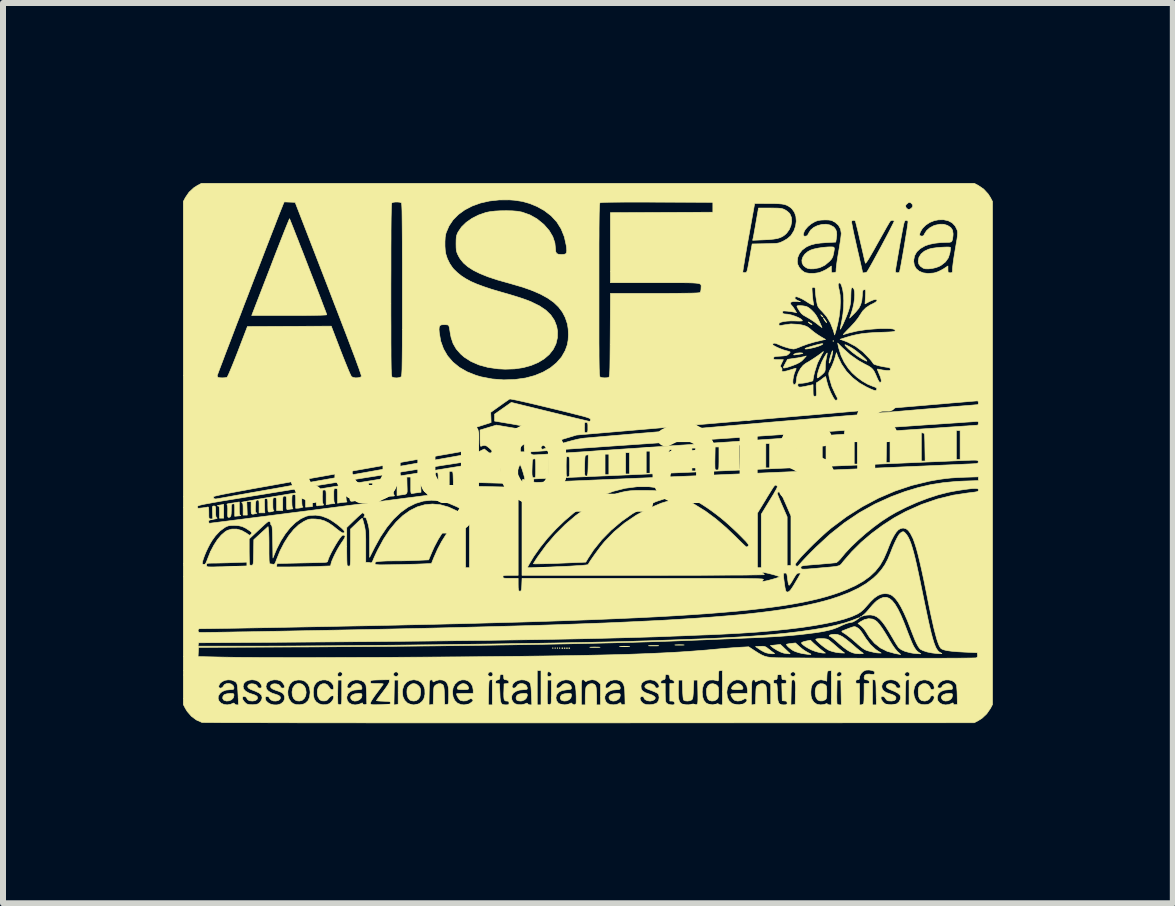
<source format=kicad_pcb>
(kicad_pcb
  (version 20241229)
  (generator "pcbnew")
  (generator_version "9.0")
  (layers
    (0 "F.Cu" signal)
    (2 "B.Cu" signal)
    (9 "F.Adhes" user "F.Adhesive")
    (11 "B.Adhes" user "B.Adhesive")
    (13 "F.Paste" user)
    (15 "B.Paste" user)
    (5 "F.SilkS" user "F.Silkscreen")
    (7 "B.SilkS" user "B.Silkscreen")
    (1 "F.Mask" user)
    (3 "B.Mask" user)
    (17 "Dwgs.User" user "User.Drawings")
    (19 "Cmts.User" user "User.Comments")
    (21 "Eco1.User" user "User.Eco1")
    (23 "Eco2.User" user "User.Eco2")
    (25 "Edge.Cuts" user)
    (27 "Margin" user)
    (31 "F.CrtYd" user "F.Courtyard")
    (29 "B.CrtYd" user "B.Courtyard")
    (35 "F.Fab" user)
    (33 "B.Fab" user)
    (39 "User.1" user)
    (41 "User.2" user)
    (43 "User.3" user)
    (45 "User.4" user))
  (footprint "logo_aisf"
    (layer "F.Cu")
    (at 6.742 4.494)
    (property "Reference" "logo_aisf" (at 0 0 0) (layer "F.SilkS") (effects (font (size 1.524 1.524) (thickness 0.3))))
    (attr through_hole)
    (fp_poly (pts (xy -0.572 3.258) (xy -0.578 3.264) (xy -0.584 3.258) (xy -0.578 3.251) (xy -0.572 3.258)) (stroke (width 0.01) (type solid)) (fill yes) (layer "F.SilkS"))
    (fp_poly (pts (xy -0.533 3.258) (xy -0.54 3.264) (xy -0.546 3.258) (xy -0.54 3.251) (xy -0.533 3.258)) (stroke (width 0.01) (type solid)) (fill yes) (layer "F.SilkS"))
    (fp_poly (pts (xy -0.495 3.258) (xy -0.502 3.264) (xy -0.508 3.258) (xy -0.502 3.251) (xy -0.495 3.258)) (stroke (width 0.01) (type solid)) (fill yes) (layer "F.SilkS"))
    (fp_poly (pts (xy -0.457 3.258) (xy -0.464 3.264) (xy -0.47 3.258) (xy -0.464 3.251) (xy -0.457 3.258)) (stroke (width 0.01) (type solid)) (fill yes) (layer "F.SilkS"))
    (fp_poly (pts (xy 4.102 -1.861) (xy 4.096 -1.854) (xy 4.089 -1.861) (xy 4.096 -1.867) (xy 4.102 -1.861)) (stroke (width 0.01) (type solid)) (fill yes) (layer "F.SilkS"))
    (fp_poly (pts (xy 4.559 2.737) (xy 4.553 2.743) (xy 4.547 2.737) (xy 4.553 2.731) (xy 4.559 2.737)) (stroke (width 0.01) (type solid)) (fill yes) (layer "F.SilkS"))
    (fp_poly (pts (xy -0.411 3.255) (xy -0.412 3.263) (xy -0.419 3.264) (xy -0.43 3.259) (xy -0.428 3.255) (xy -0.412 3.254) (xy -0.411 3.255)) (stroke (width 0.01) (type solid)) (fill yes) (layer "F.SilkS"))
    (fp_poly (pts (xy -0.373 3.255) (xy -0.374 3.263) (xy -0.381 3.264) (xy -0.391 3.259) (xy -0.389 3.255) (xy -0.374 3.254) (xy -0.373 3.255)) (stroke (width 0.01) (type solid)) (fill yes) (layer "F.SilkS"))
    (fp_poly (pts (xy -0.334 3.255) (xy -0.336 3.263) (xy -0.343 3.264) (xy -0.353 3.259) (xy -0.351 3.255) (xy -0.336 3.254) (xy -0.334 3.255)) (stroke (width 0.01) (type solid)) (fill yes) (layer "F.SilkS"))
    (fp_poly (pts (xy -0.296 3.255) (xy -0.298 3.263) (xy -0.305 3.264) (xy -0.315 3.259) (xy -0.313 3.255) (xy -0.298 3.254) (xy -0.296 3.255)) (stroke (width 0.01) (type solid)) (fill yes) (layer "F.SilkS"))
    (fp_poly (pts (xy 3.893 -2.295) (xy 3.902 -2.288) (xy 3.922 -2.269) (xy 3.922 -2.261) (xy 3.92 -2.261) (xy 3.909 -2.269) (xy 3.897 -2.283) (xy 3.886 -2.298) (xy 3.893 -2.295)) (stroke (width 0.01) (type solid)) (fill yes) (layer "F.SilkS"))
    (fp_poly (pts (xy 3.689 -2.173) (xy 3.724 -2.153) (xy 3.742 -2.14) (xy 3.739 -2.134) (xy 3.738 -2.134) (xy 3.719 -2.141) (xy 3.694 -2.16) (xy 3.677 -2.176) (xy 3.679 -2.178) (xy 3.689 -2.173)) (stroke (width 0.01) (type solid)) (fill yes) (layer "F.SilkS"))
    (fp_poly (pts (xy -1.267 0.045) (xy -1.247 0.067) (xy -1.245 0.081) (xy -1.254 0.117) (xy -1.284 0.136) (xy -1.316 0.14) (xy -1.356 0.14) (xy -1.343 0.089) (xy -1.33 0.053) (xy -1.312 0.038) (xy -1.308 0.038) (xy -1.267 0.045)) (stroke (width 0.01) (type solid)) (fill yes) (layer "F.SilkS"))
    (fp_poly (pts (xy 1.579 3.203) (xy 1.597 3.204) (xy 1.611 3.206) (xy 1.601 3.207) (xy 1.571 3.208) (xy 1.53 3.208) (xy 1.485 3.208) (xy 1.459 3.207) (xy 1.455 3.205) (xy 1.47 3.204) (xy 1.524 3.202) (xy 1.579 3.203)) (stroke (width 0.01) (type solid)) (fill yes) (layer "F.SilkS"))
    (fp_poly (pts (xy 3.94 -2.239) (xy 3.957 -2.217) (xy 3.974 -2.192) (xy 3.985 -2.172) (xy 3.986 -2.166) (xy 3.977 -2.172) (xy 3.96 -2.194) (xy 3.953 -2.204) (xy 3.936 -2.231) (xy 3.929 -2.247) (xy 3.93 -2.248) (xy 3.94 -2.239)) (stroke (width 0.01) (type solid)) (fill yes) (layer "F.SilkS"))
    (fp_poly (pts (xy 3.543 -1.663) (xy 3.578 -1.661) (xy 3.589 -1.656) (xy 3.577 -1.65) (xy 3.541 -1.642) (xy 3.486 -1.633) (xy 3.45 -1.629) (xy 3.435 -1.63) (xy 3.438 -1.636) (xy 3.447 -1.644) (xy 3.481 -1.658) (xy 3.535 -1.663) (xy 3.543 -1.663)) (stroke (width 0.01) (type solid)) (fill yes) (layer "F.SilkS"))
    (fp_poly (pts (xy -6.064 1.092) (xy -6.134 1.092) (xy -6.134 0.991) (xy -6.135 0.939) (xy -6.138 0.909) (xy -6.144 0.893) (xy -6.154 0.889) (xy -6.155 0.889) (xy -6.172 0.887) (xy -6.166 0.883) (xy -6.14 0.876) (xy -6.115 0.872) (xy -6.064 0.864) (xy -6.064 1.092)) (stroke (width 0.01) (type solid)) (fill yes) (layer "F.SilkS"))
    (fp_poly (pts (xy 0.169 3.241) (xy 0.194 3.242) (xy 0.209 3.244) (xy 0.2 3.245) (xy 0.171 3.246) (xy 0.124 3.246) (xy 0.121 3.246) (xy 0.073 3.246) (xy 0.044 3.245) (xy 0.037 3.244) (xy 0.052 3.242) (xy 0.054 3.242) (xy 0.11 3.24) (xy 0.169 3.241)) (stroke (width 0.01) (type solid)) (fill yes) (layer "F.SilkS"))
    (fp_poly (pts (xy 0.665 3.228) (xy 0.689 3.229) (xy 0.704 3.231) (xy 0.696 3.232) (xy 0.666 3.233) (xy 0.619 3.234) (xy 0.616 3.234) (xy 0.568 3.233) (xy 0.54 3.232) (xy 0.532 3.231) (xy 0.548 3.229) (xy 0.55 3.229) (xy 0.606 3.227) (xy 0.665 3.228)) (stroke (width 0.01) (type solid)) (fill yes) (layer "F.SilkS"))
    (fp_poly (pts (xy 1.147 3.215) (xy 1.172 3.216) (xy 1.187 3.218) (xy 1.178 3.22) (xy 1.149 3.221) (xy 1.101 3.221) (xy 1.099 3.221) (xy 1.051 3.221) (xy 1.022 3.22) (xy 1.015 3.218) (xy 1.03 3.217) (xy 1.032 3.216) (xy 1.088 3.215) (xy 1.147 3.215)) (stroke (width 0.01) (type solid)) (fill yes) (layer "F.SilkS"))
    (fp_poly (pts (xy 6.062 4.014) (xy 6.078 4.021) (xy 6.083 4.037) (xy 6.083 4.05) (xy 6.072 4.088) (xy 6.044 4.118) (xy 6.005 4.136) (xy 5.963 4.14) (xy 5.925 4.127) (xy 5.913 4.116) (xy 5.896 4.085) (xy 5.903 4.057) (xy 5.929 4.034) (xy 5.973 4.018) (xy 6.027 4.013) (xy 6.062 4.014)) (stroke (width 0.01) (type solid)) (fill yes) (layer "F.SilkS"))
    (fp_poly (pts (xy -3.782 4.014) (xy -3.765 4.02) (xy -3.76 4.036) (xy -3.759 4.05) (xy -3.77 4.088) (xy -3.799 4.117) (xy -3.839 4.136) (xy -3.881 4.141) (xy -3.918 4.129) (xy -3.93 4.12) (xy -3.948 4.09) (xy -3.944 4.061) (xy -3.919 4.037) (xy -3.878 4.02) (xy -3.823 4.013) (xy -3.817 4.013) (xy -3.782 4.014)) (stroke (width 0.01) (type solid)) (fill yes) (layer "F.SilkS"))
    (fp_poly (pts (xy 0.522 4.014) (xy 0.54 4.02) (xy 0.546 4.034) (xy 0.546 4.05) (xy 0.535 4.088) (xy 0.506 4.117) (xy 0.467 4.136) (xy 0.425 4.141) (xy 0.386 4.129) (xy 0.375 4.12) (xy 0.357 4.089) (xy 0.361 4.061) (xy 0.385 4.037) (xy 0.427 4.02) (xy 0.482 4.013) (xy 0.486 4.013) (xy 0.522 4.014)) (stroke (width 0.01) (type solid)) (fill yes) (layer "F.SilkS"))
    (fp_poly (pts (xy 4.087 -1.682) (xy 4.082 -1.649) (xy 4.073 -1.608) (xy 4.062 -1.565) (xy 4.049 -1.528) (xy 4.045 -1.518) (xy 4.034 -1.494) (xy 4.028 -1.493) (xy 4.027 -1.507) (xy 4.03 -1.531) (xy 4.038 -1.567) (xy 4.049 -1.608) (xy 4.062 -1.648) (xy 4.073 -1.679) (xy 4.082 -1.697) (xy 4.085 -1.698) (xy 4.087 -1.682)) (stroke (width 0.01) (type solid)) (fill yes) (layer "F.SilkS"))
    (fp_poly (pts (xy -5.917 4.014) (xy -5.899 4.02) (xy -5.893 4.034) (xy -5.893 4.05) (xy -5.904 4.088) (xy -5.933 4.118) (xy -5.973 4.136) (xy -6.017 4.14) (xy -6.058 4.127) (xy -6.063 4.124) (xy -6.08 4.098) (xy -6.078 4.067) (xy -6.059 4.038) (xy -6.045 4.03) (xy -6.013 4.02) (xy -5.97 4.014) (xy -5.953 4.013) (xy -5.917 4.014)) (stroke (width 0.01) (type solid)) (fill yes) (layer "F.SilkS"))
    (fp_poly (pts (xy -2.031 3.858) (xy -1.999 3.882) (xy -1.982 3.915) (xy -1.981 3.924) (xy -1.983 3.937) (xy -1.994 3.945) (xy -2.017 3.949) (xy -2.059 3.95) (xy -2.076 3.95) (xy -2.126 3.949) (xy -2.156 3.945) (xy -2.169 3.938) (xy -2.172 3.93) (xy -2.161 3.901) (xy -2.134 3.874) (xy -2.098 3.854) (xy -2.071 3.848) (xy -2.031 3.858)) (stroke (width 0.01) (type solid)) (fill yes) (layer "F.SilkS"))
    (fp_poly (pts (xy -0.291 4.014) (xy -0.273 4.02) (xy -0.267 4.034) (xy -0.267 4.05) (xy -0.278 4.088) (xy -0.307 4.118) (xy -0.347 4.136) (xy -0.391 4.14) (xy -0.432 4.127) (xy -0.437 4.124) (xy -0.454 4.098) (xy -0.452 4.067) (xy -0.433 4.038) (xy -0.419 4.03) (xy -0.387 4.02) (xy -0.343 4.014) (xy -0.327 4.013) (xy -0.291 4.014)) (stroke (width 0.01) (type solid)) (fill yes) (layer "F.SilkS"))
    (fp_poly (pts (xy 2.541 3.858) (xy 2.573 3.882) (xy 2.59 3.915) (xy 2.591 3.924) (xy 2.589 3.937) (xy 2.578 3.945) (xy 2.555 3.949) (xy 2.513 3.95) (xy 2.496 3.95) (xy 2.446 3.949) (xy 2.416 3.945) (xy 2.403 3.938) (xy 2.4 3.93) (xy 2.411 3.901) (xy 2.438 3.874) (xy 2.474 3.854) (xy 2.501 3.848) (xy 2.541 3.858)) (stroke (width 0.01) (type solid)) (fill yes) (layer "F.SilkS"))
    (fp_poly (pts (xy 3.293 3.271) (xy 3.329 3.305) (xy 3.358 3.332) (xy 3.375 3.347) (xy 3.377 3.349) (xy 3.372 3.352) (xy 3.35 3.352) (xy 3.319 3.349) (xy 3.287 3.344) (xy 3.27 3.341) (xy 3.221 3.324) (xy 3.164 3.296) (xy 3.11 3.264) (xy 3.083 3.244) (xy 3.048 3.215) (xy 3.131 3.206) (xy 3.214 3.197) (xy 3.293 3.271)) (stroke (width 0.01) (type solid)) (fill yes) (layer "F.SilkS"))
    (fp_poly (pts (xy -1.027 4.014) (xy -1.009 4.02) (xy -1.004 4.034) (xy -1.003 4.046) (xy -1.015 4.086) (xy -1.045 4.118) (xy -1.089 4.137) (xy -1.115 4.14) (xy -1.152 4.136) (xy -1.178 4.124) (xy -1.181 4.122) (xy -1.192 4.09) (xy -1.184 4.057) (xy -1.158 4.031) (xy -1.156 4.03) (xy -1.123 4.02) (xy -1.08 4.014) (xy -1.064 4.013) (xy -1.027 4.014)) (stroke (width 0.01) (type solid)) (fill yes) (layer "F.SilkS"))
    (fp_poly (pts (xy -4.755 3.86) (xy -4.719 3.892) (xy -4.698 3.936) (xy -4.689 3.997) (xy -4.697 4.052) (xy -4.721 4.097) (xy -4.756 4.128) (xy -4.802 4.14) (xy -4.803 4.14) (xy -4.84 4.136) (xy -4.867 4.126) (xy -4.901 4.093) (xy -4.92 4.045) (xy -4.925 3.988) (xy -4.914 3.929) (xy -4.91 3.919) (xy -4.88 3.875) (xy -4.841 3.851) (xy -4.798 3.847) (xy -4.755 3.86)) (stroke (width 0.01) (type solid)) (fill yes) (layer "F.SilkS"))
    (fp_poly (pts (xy 3.923 -1.813) (xy 3.914 -1.803) (xy 3.889 -1.79) (xy 3.852 -1.775) (xy 3.807 -1.761) (xy 3.777 -1.752) (xy 3.719 -1.739) (xy 3.672 -1.73) (xy 3.64 -1.727) (xy 3.625 -1.73) (xy 3.631 -1.738) (xy 3.634 -1.74) (xy 3.656 -1.749) (xy 3.695 -1.761) (xy 3.745 -1.776) (xy 3.798 -1.791) (xy 3.849 -1.804) (xy 3.889 -1.813) (xy 3.911 -1.816) (xy 3.923 -1.813)) (stroke (width 0.01) (type solid)) (fill yes) (layer "F.SilkS"))
    (fp_poly (pts (xy 2.956 3.232) (xy 2.983 3.245) (xy 3.016 3.271) (xy 3.02 3.274) (xy 3.057 3.303) (xy 3.089 3.327) (xy 3.105 3.338) (xy 3.117 3.346) (xy 3.111 3.351) (xy 3.083 3.352) (xy 3.073 3.352) (xy 3.025 3.347) (xy 2.977 3.336) (xy 2.969 3.334) (xy 2.931 3.316) (xy 2.885 3.29) (xy 2.861 3.274) (xy 2.8 3.232) (xy 2.88 3.228) (xy 2.926 3.227) (xy 2.956 3.232)) (stroke (width 0.01) (type solid)) (fill yes) (layer "F.SilkS"))
    (fp_poly (pts (xy 3.604 -1.563) (xy 3.572 -1.53) (xy 3.534 -1.503) (xy 3.485 -1.478) (xy 3.42 -1.452) (xy 3.385 -1.44) (xy 3.328 -1.421) (xy 3.29 -1.412) (xy 3.27 -1.411) (xy 3.264 -1.419) (xy 3.27 -1.435) (xy 3.285 -1.465) (xy 3.299 -1.492) (xy 3.334 -1.555) (xy 3.445 -1.571) (xy 3.502 -1.579) (xy 3.555 -1.589) (xy 3.594 -1.597) (xy 3.602 -1.599) (xy 3.646 -1.611) (xy 3.604 -1.563)) (stroke (width 0.01) (type solid)) (fill yes) (layer "F.SilkS"))
    (fp_poly (pts (xy 3.772 3.181) (xy 3.815 3.219) (xy 3.865 3.262) (xy 3.897 3.288) (xy 3.965 3.34) (xy 3.922 3.34) (xy 3.889 3.335) (xy 3.842 3.325) (xy 3.79 3.31) (xy 3.785 3.308) (xy 3.735 3.289) (xy 3.684 3.263) (xy 3.636 3.235) (xy 3.597 3.207) (xy 3.572 3.184) (xy 3.566 3.169) (xy 3.578 3.16) (xy 3.608 3.149) (xy 3.641 3.141) (xy 3.715 3.126) (xy 3.772 3.181)) (stroke (width 0.01) (type solid)) (fill yes) (layer "F.SilkS"))
    (fp_poly (pts (xy -2.852 3.859) (xy -2.818 3.885) (xy -2.796 3.911) (xy -2.785 3.938) (xy -2.781 3.977) (xy -2.781 3.992) (xy -2.79 4.057) (xy -2.814 4.104) (xy -2.852 4.132) (xy -2.894 4.14) (xy -2.93 4.135) (xy -2.958 4.125) (xy -2.96 4.124) (xy -2.991 4.087) (xy -3.007 4.034) (xy -3.01 3.988) (xy -3.007 3.944) (xy -2.997 3.915) (xy -2.975 3.887) (xy -2.973 3.885) (xy -2.93 3.855) (xy -2.896 3.848) (xy -2.852 3.859)) (stroke (width 0.01) (type solid)) (fill yes) (layer "F.SilkS"))
    (fp_poly (pts (xy 4.33 -1.784) (xy 4.379 -1.759) (xy 4.405 -1.744) (xy 4.438 -1.723) (xy 4.478 -1.694) (xy 4.521 -1.659) (xy 4.564 -1.623) (xy 4.603 -1.588) (xy 4.634 -1.558) (xy 4.653 -1.536) (xy 4.656 -1.525) (xy 4.655 -1.525) (xy 4.638 -1.53) (xy 4.606 -1.546) (xy 4.572 -1.564) (xy 4.496 -1.612) (xy 4.419 -1.669) (xy 4.351 -1.727) (xy 4.318 -1.76) (xy 4.296 -1.784) (xy 4.29 -1.797) (xy 4.301 -1.797) (xy 4.33 -1.784)) (stroke (width 0.01) (type solid)) (fill yes) (layer "F.SilkS"))
    (fp_poly (pts (xy 2.135 3.864) (xy 2.151 3.874) (xy 2.168 3.89) (xy 2.179 3.909) (xy 2.183 3.937) (xy 2.184 3.982) (xy 2.184 3.993) (xy 2.183 4.043) (xy 2.179 4.075) (xy 2.169 4.097) (xy 2.155 4.113) (xy 2.117 4.135) (xy 2.072 4.14) (xy 2.031 4.129) (xy 2.013 4.115) (xy 1.997 4.085) (xy 1.986 4.039) (xy 1.982 3.988) (xy 1.984 3.941) (xy 1.986 3.931) (xy 2.009 3.885) (xy 2.045 3.857) (xy 2.089 3.85) (xy 2.135 3.864)) (stroke (width 0.01) (type solid)) (fill yes) (layer "F.SilkS"))
    (fp_poly (pts (xy 3.926 3.853) (xy 3.96 3.868) (xy 3.974 3.88) (xy 3.982 3.897) (xy 3.986 3.925) (xy 3.988 3.969) (xy 3.988 3.994) (xy 3.987 4.047) (xy 3.984 4.081) (xy 3.978 4.102) (xy 3.966 4.115) (xy 3.96 4.12) (xy 3.919 4.137) (xy 3.875 4.138) (xy 3.838 4.123) (xy 3.83 4.116) (xy 3.806 4.075) (xy 3.795 4.022) (xy 3.795 3.966) (xy 3.807 3.914) (xy 3.83 3.876) (xy 3.836 3.871) (xy 3.879 3.851) (xy 3.926 3.853)) (stroke (width 0.01) (type solid)) (fill yes) (layer "F.SilkS"))
    (fp_poly (pts (xy 3.536 3.236) (xy 3.582 3.274) (xy 3.633 3.309) (xy 3.673 3.332) (xy 3.709 3.35) (xy 3.724 3.36) (xy 3.719 3.364) (xy 3.702 3.364) (xy 3.67 3.361) (xy 3.624 3.355) (xy 3.572 3.347) (xy 3.572 3.347) (xy 3.517 3.333) (xy 3.463 3.315) (xy 3.426 3.298) (xy 3.389 3.273) (xy 3.355 3.246) (xy 3.329 3.22) (xy 3.316 3.201) (xy 3.316 3.195) (xy 3.331 3.19) (xy 3.364 3.184) (xy 3.394 3.18) (xy 3.466 3.172) (xy 3.536 3.236)) (stroke (width 0.01) (type solid)) (fill yes) (layer "F.SilkS"))
    (fp_poly (pts (xy 3.995 -1.661) (xy 3.994 -1.648) (xy 3.989 -1.617) (xy 3.981 -1.581) (xy 3.97 -1.522) (xy 3.964 -1.458) (xy 3.963 -1.427) (xy 3.962 -1.383) (xy 3.956 -1.354) (xy 3.941 -1.332) (xy 3.912 -1.304) (xy 3.903 -1.296) (xy 3.871 -1.269) (xy 3.845 -1.25) (xy 3.833 -1.245) (xy 3.828 -1.256) (xy 3.829 -1.283) (xy 3.83 -1.292) (xy 3.847 -1.36) (xy 3.874 -1.438) (xy 3.907 -1.516) (xy 3.942 -1.584) (xy 3.946 -1.591) (xy 3.969 -1.628) (xy 3.986 -1.653) (xy 3.994 -1.661) (xy 3.995 -1.661)) (stroke (width 0.01) (type solid)) (fill yes) (layer "F.SilkS"))
    (fp_poly (pts (xy 4.086 -3.428) (xy 4.105 -3.424) (xy 4.113 -3.409) (xy 4.112 -3.381) (xy 4.104 -3.334) (xy 4.101 -3.32) (xy 4.089 -3.269) (xy 4.069 -3.23) (xy 4.034 -3.19) (xy 3.956 -3.124) (xy 3.868 -3.082) (xy 3.772 -3.064) (xy 3.715 -3.063) (xy 3.674 -3.07) (xy 3.645 -3.082) (xy 3.6 -3.117) (xy 3.577 -3.16) (xy 3.573 -3.209) (xy 3.589 -3.26) (xy 3.622 -3.308) (xy 3.673 -3.351) (xy 3.722 -3.377) (xy 3.775 -3.394) (xy 3.845 -3.409) (xy 3.925 -3.421) (xy 4.007 -3.428) (xy 4.054 -3.429) (xy 4.086 -3.428)) (stroke (width 0.01) (type solid)) (fill yes) (layer "F.SilkS"))
    (fp_poly (pts (xy 3.943 3.101) (xy 3.982 3.106) (xy 4.005 3.113) (xy 4.027 3.128) (xy 4.061 3.155) (xy 4.102 3.189) (xy 4.113 3.199) (xy 4.157 3.237) (xy 4.2 3.274) (xy 4.235 3.302) (xy 4.239 3.305) (xy 4.284 3.34) (xy 4.241 3.339) (xy 4.202 3.336) (xy 4.153 3.33) (xy 4.13 3.326) (xy 4.081 3.314) (xy 4.033 3.298) (xy 4.016 3.29) (xy 3.982 3.27) (xy 3.942 3.241) (xy 3.899 3.208) (xy 3.86 3.174) (xy 3.828 3.144) (xy 3.808 3.122) (xy 3.804 3.111) (xy 3.821 3.104) (xy 3.855 3.1) (xy 3.898 3.099) (xy 3.943 3.101)) (stroke (width 0.01) (type solid)) (fill yes) (layer "F.SilkS"))
    (fp_poly (pts (xy 3.117 -4.076) (xy 3.172 -4.075) (xy 3.212 -4.072) (xy 3.242 -4.067) (xy 3.266 -4.059) (xy 3.29 -4.048) (xy 3.33 -4.022) (xy 3.366 -3.989) (xy 3.375 -3.976) (xy 3.398 -3.92) (xy 3.403 -3.854) (xy 3.39 -3.784) (xy 3.362 -3.717) (xy 3.319 -3.658) (xy 3.295 -3.635) (xy 3.256 -3.606) (xy 3.214 -3.585) (xy 3.164 -3.569) (xy 3.103 -3.559) (xy 3.024 -3.551) (xy 2.941 -3.547) (xy 2.752 -3.539) (xy 2.759 -3.57) (xy 2.764 -3.592) (xy 2.772 -3.634) (xy 2.782 -3.692) (xy 2.795 -3.762) (xy 2.808 -3.839) (xy 2.85 -4.077) (xy 3.042 -4.077) (xy 3.117 -4.076)) (stroke (width 0.01) (type solid)) (fill yes) (layer "F.SilkS"))
    (fp_poly (pts (xy 6.028 -3.426) (xy 6.047 -3.422) (xy 6.048 -3.421) (xy 6.05 -3.404) (xy 6.046 -3.369) (xy 6.04 -3.329) (xy 6.014 -3.247) (xy 5.966 -3.179) (xy 5.896 -3.124) (xy 5.86 -3.104) (xy 5.807 -3.084) (xy 5.746 -3.07) (xy 5.686 -3.063) (xy 5.633 -3.064) (xy 5.596 -3.074) (xy 5.594 -3.075) (xy 5.547 -3.108) (xy 5.521 -3.144) (xy 5.512 -3.187) (xy 5.512 -3.193) (xy 5.524 -3.256) (xy 5.559 -3.311) (xy 5.613 -3.357) (xy 5.686 -3.391) (xy 5.73 -3.403) (xy 5.773 -3.41) (xy 5.826 -3.417) (xy 5.884 -3.422) (xy 5.94 -3.425) (xy 5.991 -3.427) (xy 6.028 -3.426)) (stroke (width 0.01) (type solid)) (fill yes) (layer "F.SilkS"))
    (fp_poly (pts (xy 4.164 3.031) (xy 4.206 3.045) (xy 4.253 3.07) (xy 4.307 3.109) (xy 4.373 3.162) (xy 4.434 3.214) (xy 4.484 3.258) (xy 4.53 3.295) (xy 4.566 3.323) (xy 4.588 3.339) (xy 4.591 3.341) (xy 4.597 3.347) (xy 4.578 3.35) (xy 4.536 3.352) (xy 4.534 3.352) (xy 4.475 3.349) (xy 4.424 3.337) (xy 4.375 3.317) (xy 4.326 3.288) (xy 4.267 3.245) (xy 4.204 3.193) (xy 4.186 3.177) (xy 4.14 3.136) (xy 4.099 3.102) (xy 4.067 3.077) (xy 4.05 3.067) (xy 4.028 3.055) (xy 4.031 3.044) (xy 4.058 3.034) (xy 4.08 3.03) (xy 4.123 3.027) (xy 4.164 3.031)) (stroke (width 0.01) (type solid)) (fill yes) (layer "F.SilkS"))
    (fp_poly (pts (xy 3.578 -2.448) (xy 3.601 -2.445) (xy 3.64 -2.438) (xy 3.671 -2.425) (xy 3.704 -2.402) (xy 3.739 -2.371) (xy 3.781 -2.327) (xy 3.815 -2.28) (xy 3.847 -2.222) (xy 3.86 -2.194) (xy 3.881 -2.147) (xy 3.897 -2.11) (xy 3.906 -2.088) (xy 3.908 -2.084) (xy 3.897 -2.092) (xy 3.871 -2.111) (xy 3.835 -2.139) (xy 3.818 -2.153) (xy 3.764 -2.191) (xy 3.706 -2.229) (xy 3.654 -2.259) (xy 3.649 -2.262) (xy 3.6 -2.29) (xy 3.565 -2.318) (xy 3.536 -2.357) (xy 3.525 -2.374) (xy 3.502 -2.412) (xy 3.491 -2.433) (xy 3.492 -2.444) (xy 3.503 -2.448) (xy 3.508 -2.449) (xy 3.536 -2.45) (xy 3.578 -2.448)) (stroke (width 0.01) (type solid)) (fill yes) (layer "F.SilkS"))
    (fp_poly (pts (xy 4.751 2.774) (xy 4.794 2.794) (xy 4.827 2.82) (xy 4.864 2.862) (xy 4.908 2.922) (xy 4.959 3.001) (xy 5.019 3.1) (xy 5.034 3.127) (xy 5.08 3.203) (xy 5.123 3.265) (xy 5.16 3.309) (xy 5.172 3.321) (xy 5.2 3.345) (xy 5.216 3.361) (xy 5.219 3.364) (xy 5.205 3.362) (xy 5.172 3.356) (xy 5.127 3.348) (xy 5.119 3.346) (xy 4.994 3.311) (xy 4.882 3.255) (xy 4.784 3.177) (xy 4.7 3.079) (xy 4.673 3.037) (xy 4.637 2.979) (xy 4.608 2.938) (xy 4.581 2.908) (xy 4.552 2.881) (xy 4.543 2.874) (xy 4.508 2.847) (xy 4.545 2.821) (xy 4.615 2.783) (xy 4.685 2.767) (xy 4.751 2.774)) (stroke (width 0.01) (type solid)) (fill yes) (layer "F.SilkS"))
    (fp_poly (pts (xy 4.472 2.905) (xy 4.488 2.913) (xy 4.491 2.915) (xy 4.511 2.927) (xy 4.531 2.944) (xy 4.552 2.969) (xy 4.578 3.005) (xy 4.612 3.057) (xy 4.639 3.099) (xy 4.714 3.198) (xy 4.801 3.279) (xy 4.837 3.304) (xy 4.894 3.34) (xy 4.851 3.339) (xy 4.816 3.336) (xy 4.768 3.327) (xy 4.716 3.315) (xy 4.714 3.314) (xy 4.676 3.304) (xy 4.645 3.294) (xy 4.618 3.281) (xy 4.59 3.263) (xy 4.556 3.237) (xy 4.512 3.2) (xy 4.455 3.149) (xy 4.45 3.145) (xy 4.4 3.102) (xy 4.349 3.062) (xy 4.306 3.029) (xy 4.281 3.013) (xy 4.25 2.993) (xy 4.238 2.981) (xy 4.243 2.973) (xy 4.249 2.97) (xy 4.322 2.941) (xy 4.375 2.921) (xy 4.412 2.908) (xy 4.438 2.901) (xy 4.457 2.901) (xy 4.472 2.905)) (stroke (width 0.01) (type solid)) (fill yes) (layer "F.SilkS"))
    (fp_poly (pts (xy -5.804 0.931) (xy -5.803 0.985) (xy -5.8 1.018) (xy -5.795 1.036) (xy -5.785 1.044) (xy -5.782 1.045) (xy -5.78 1.048) (xy -5.799 1.053) (xy -5.82 1.055) (xy -5.88 1.061) (xy -5.88 0.955) (xy -5.88 0.903) (xy -5.882 0.872) (xy -5.887 0.857) (xy -5.897 0.852) (xy -5.909 0.853) (xy -5.923 0.857) (xy -5.931 0.867) (xy -5.936 0.888) (xy -5.937 0.926) (xy -5.937 0.959) (xy -5.939 1.016) (xy -5.944 1.052) (xy -5.955 1.071) (xy -5.973 1.079) (xy -5.982 1.079) (xy -5.991 1.075) (xy -5.997 1.059) (xy -5.998 1.026) (xy -5.997 0.984) (xy -5.996 0.93) (xy -6 0.89) (xy -6.006 0.871) (xy -6.01 0.86) (xy -5.995 0.852) (xy -5.966 0.847) (xy -5.915 0.84) (xy -5.863 0.832) (xy -5.858 0.831) (xy -5.804 0.822) (xy -5.804 0.931)) (stroke (width 0.01) (type solid)) (fill yes) (layer "F.SilkS"))
    (fp_poly (pts (xy -4.961 -3.887) (xy -4.948 -3.854) (xy -4.927 -3.802) (xy -4.9 -3.734) (xy -4.868 -3.651) (xy -4.83 -3.556) (xy -4.79 -3.452) (xy -4.746 -3.341) (xy -4.701 -3.224) (xy -4.655 -3.105) (xy -4.609 -2.986) (xy -4.563 -2.869) (xy -4.52 -2.757) (xy -4.479 -2.651) (xy -4.442 -2.555) (xy -4.41 -2.47) (xy -4.383 -2.399) (xy -4.362 -2.345) (xy -4.349 -2.309) (xy -4.346 -2.299) (xy -4.357 -2.295) (xy -4.394 -2.293) (xy -4.455 -2.29) (xy -4.541 -2.289) (xy -4.65 -2.287) (xy -4.784 -2.286) (xy -4.941 -2.286) (xy -4.969 -2.286) (xy -5.597 -2.286) (xy -5.285 -3.092) (xy -5.233 -3.228) (xy -5.183 -3.357) (xy -5.136 -3.477) (xy -5.094 -3.585) (xy -5.056 -3.681) (xy -5.024 -3.761) (xy -4.998 -3.825) (xy -4.979 -3.87) (xy -4.969 -3.895) (xy -4.967 -3.899) (xy -4.961 -3.887)) (stroke (width 0.01) (type solid)) (fill yes) (layer "F.SilkS"))
    (fp_poly (pts (xy 0.933 0.63) (xy 1.02 0.631) (xy 1.086 0.632) (xy 1.139 0.636) (xy 1.184 0.641) (xy 1.226 0.649) (xy 1.273 0.661) (xy 1.286 0.664) (xy 1.355 0.683) (xy 1.401 0.697) (xy 1.425 0.709) (xy 1.428 0.718) (xy 1.41 0.728) (xy 1.374 0.74) (xy 1.344 0.748) (xy 1.141 0.816) (xy 0.94 0.907) (xy 0.747 1.019) (xy 0.563 1.149) (xy 0.392 1.294) (xy 0.236 1.453) (xy 0.1 1.622) (xy 0.011 1.758) (xy -0.029 1.825) (xy -0.465 1.843) (xy -0.568 1.847) (xy -0.662 1.85) (xy -0.744 1.852) (xy -0.812 1.853) (xy -0.863 1.854) (xy -0.894 1.853) (xy -0.902 1.852) (xy -0.895 1.838) (xy -0.877 1.809) (xy -0.85 1.767) (xy -0.826 1.731) (xy -0.687 1.54) (xy -0.535 1.362) (xy -0.372 1.199) (xy -0.202 1.053) (xy -0.025 0.926) (xy 0.154 0.82) (xy 0.335 0.736) (xy 0.394 0.714) (xy 0.484 0.684) (xy 0.562 0.662) (xy 0.636 0.646) (xy 0.712 0.636) (xy 0.797 0.631) (xy 0.898 0.63) (xy 0.933 0.63)) (stroke (width 0.01) (type solid)) (fill yes) (layer "F.SilkS"))
    (fp_poly (pts (xy 5.03 2.429) (xy 5.077 2.467) (xy 5.124 2.525) (xy 5.172 2.605) (xy 5.223 2.709) (xy 5.276 2.835) (xy 5.302 2.902) (xy 5.343 3.009) (xy 5.377 3.095) (xy 5.405 3.163) (xy 5.429 3.215) (xy 5.451 3.254) (xy 5.471 3.283) (xy 5.49 3.305) (xy 5.512 3.323) (xy 5.522 3.33) (xy 5.556 3.353) (xy 5.505 3.351) (xy 5.464 3.348) (xy 5.412 3.341) (xy 5.378 3.335) (xy 5.292 3.312) (xy 5.228 3.283) (xy 5.186 3.25) (xy 5.17 3.227) (xy 5.144 3.188) (xy 5.113 3.137) (xy 5.081 3.081) (xy 5.08 3.08) (xy 5.016 2.972) (xy 4.961 2.886) (xy 4.911 2.819) (xy 4.864 2.769) (xy 4.819 2.735) (xy 4.774 2.715) (xy 4.726 2.706) (xy 4.704 2.705) (xy 4.657 2.708) (xy 4.616 2.714) (xy 4.601 2.718) (xy 4.566 2.731) (xy 4.606 2.699) (xy 4.634 2.673) (xy 4.669 2.635) (xy 4.706 2.591) (xy 4.71 2.586) (xy 4.748 2.542) (xy 4.787 2.501) (xy 4.819 2.472) (xy 4.821 2.47) (xy 4.879 2.433) (xy 4.932 2.413) (xy 4.982 2.411) (xy 5.03 2.429)) (stroke (width 0.01) (type solid)) (fill yes) (layer "F.SilkS"))
    (fp_poly (pts (xy 6.512 -4.454) (xy 6.602 -4.393) (xy 6.676 -4.313) (xy 6.715 -4.252) (xy 6.75 -4.185) (xy 6.75 4.197) (xy 6.715 4.264) (xy 6.653 4.354) (xy 6.574 4.428) (xy 6.512 4.467) (xy 6.445 4.502) (xy 0.025 4.504) (xy -0.377 4.504) (xy -0.774 4.504) (xy -1.163 4.504) (xy -1.545 4.504) (xy -1.918 4.504) (xy -2.282 4.504) (xy -2.636 4.504) (xy -2.979 4.504) (xy -3.31 4.504) (xy -3.629 4.504) (xy -3.934 4.503) (xy -4.226 4.503) (xy -4.503 4.503) (xy -4.765 4.503) (xy -5.011 4.502) (xy -5.239 4.502) (xy -5.45 4.501) (xy -5.642 4.501) (xy -5.816 4.501) (xy -5.969 4.5) (xy -6.101 4.5) (xy -6.212 4.499) (xy -6.301 4.498) (xy -6.367 4.498) (xy -6.409 4.497) (xy -6.426 4.497) (xy -6.426 4.497) (xy -6.52 4.455) (xy -6.603 4.393) (xy -6.672 4.313) (xy -6.702 4.264) (xy -6.733 4.205) (xy -3.226 4.205) (xy -3.156 4.197) (xy -3.156 3.994) (xy -3.086 3.994) (xy -3.076 4.068) (xy -3.047 4.128) (xy -3.002 4.173) (xy -2.943 4.198) (xy -2.897 4.204) (xy -2.84 4.196) (xy -2.798 4.179) (xy -2.753 4.142) (xy -2.725 4.095) (xy -2.71 4.031) (xy -2.709 4.023) (xy -2.711 3.946) (xy -2.733 3.882) (xy -2.771 3.831) (xy -2.825 3.798) (xy -2.891 3.785) (xy -2.897 3.785) (xy -2.963 3.796) (xy -3.017 3.828) (xy -3.058 3.878) (xy -3.081 3.943) (xy -3.086 3.994) (xy -3.156 3.994) (xy -3.156 3.791) (xy -3.219 3.791) (xy -3.226 4.205) (xy -2.642 4.205) (xy -2.572 4.197) (xy -2.568 4.049) (xy -2.566 3.985) (xy -2.564 3.942) (xy -2.56 3.913) (xy -2.553 3.895) (xy -2.542 3.883) (xy -2.532 3.874) (xy -2.49 3.853) (xy -2.447 3.85) (xy -2.413 3.867) (xy -2.409 3.871) (xy -2.4 3.887) (xy -2.393 3.914) (xy -2.388 3.956) (xy -2.386 4.018) (xy -2.385 4.045) (xy -2.381 4.197) (xy -2.349 4.197) (xy -2.335 4.197) (xy -2.326 4.191) (xy -2.32 4.176) (xy -2.317 4.148) (xy -2.315 4.102) (xy -2.314 4.064) (xy -2.314 3.993) (xy -2.251 3.993) (xy -2.241 4.069) (xy -2.213 4.13) (xy -2.169 4.174) (xy -2.109 4.199) (xy -2.06 4.204) (xy -1.652 4.204) (xy -1.587 4.204) (xy -1.587 3.819) (xy -1.534 3.819) (xy -1.532 3.84) (xy -1.512 3.849) (xy -1.503 3.85) (xy -1.467 3.854) (xy -1.46 4.011) (xy -1.457 4.085) (xy -1.45 4.137) (xy -1.44 4.171) (xy -1.424 4.192) (xy -1.399 4.201) (xy -1.364 4.204) (xy -1.356 4.204) (xy -1.325 4.202) (xy -1.311 4.193) (xy -1.308 4.172) (xy -1.312 4.149) (xy -1.33 4.141) (xy -1.346 4.14) (xy -1.368 4.138) (xy -1.383 4.127) (xy -1.391 4.106) (xy -1.392 4.099) (xy -1.266 4.099) (xy -1.257 4.128) (xy -1.235 4.162) (xy -1.208 4.185) (xy -1.16 4.2) (xy -1.104 4.202) (xy -1.052 4.191) (xy -1.039 4.186) (xy -1.014 4.175) (xy -1.002 4.178) (xy -0.998 4.186) (xy -0.982 4.2) (xy -0.96 4.204) (xy -0.928 4.204) (xy -0.935 4.048) (xy -0.938 3.971) (xy -0.942 3.915) (xy -0.947 3.876) (xy -0.954 3.85) (xy -0.965 3.832) (xy -0.98 3.819) (xy -0.994 3.81) (xy -1.045 3.79) (xy -1.1 3.786) (xy -1.154 3.795) (xy -1.202 3.817) (xy -1.238 3.848) (xy -1.256 3.888) (xy -1.257 3.902) (xy -1.248 3.92) (xy -1.227 3.926) (xy -1.203 3.918) (xy -1.184 3.899) (xy -1.182 3.894) (xy -1.159 3.865) (xy -1.124 3.85) (xy -1.084 3.849) (xy -1.046 3.861) (xy -1.017 3.885) (xy -1.004 3.919) (xy -1.003 3.924) (xy -1.007 3.941) (xy -1.024 3.948) (xy -1.057 3.95) (xy -1.133 3.957) (xy -1.194 3.978) (xy -1.238 4.01) (xy -1.262 4.051) (xy -1.266 4.099) (xy -1.392 4.099) (xy -1.395 4.069) (xy -1.396 4.012) (xy -1.394 3.969) (xy -1.391 3.854) (xy -1.349 3.85) (xy -1.32 3.845) (xy -1.31 3.832) (xy -1.311 3.819) (xy -1.321 3.798) (xy -1.347 3.788) (xy -1.356 3.787) (xy -1.384 3.782) (xy -1.395 3.768) (xy -1.397 3.739) (xy -1.399 3.71) (xy -1.411 3.698) (xy -1.429 3.696) (xy -1.45 3.699) (xy -1.459 3.714) (xy -1.46 3.739) (xy -1.463 3.769) (xy -1.476 3.783) (xy -1.495 3.787) (xy -1.524 3.798) (xy -1.534 3.819) (xy -1.587 3.819) (xy -1.587 3.783) (xy -1.616 3.787) (xy -1.627 3.789) (xy -1.634 3.795) (xy -1.64 3.808) (xy -1.643 3.833) (xy -1.645 3.872) (xy -1.647 3.929) (xy -1.648 3.997) (xy -1.652 4.204) (xy -2.06 4.204) (xy -2.016 4.199) (xy -1.977 4.189) (xy -1.97 4.185) (xy -1.939 4.165) (xy -1.917 4.146) (xy -1.907 4.127) (xy -1.917 4.113) (xy -1.923 4.108) (xy -1.943 4.098) (xy -1.962 4.104) (xy -1.978 4.115) (xy -2.02 4.135) (xy -2.071 4.139) (xy -2.118 4.129) (xy -2.123 4.126) (xy -2.142 4.107) (xy -2.163 4.075) (xy -2.179 4.041) (xy -2.184 4.02) (xy -2.173 4.017) (xy -2.14 4.015) (xy -2.093 4.014) (xy -2.045 4.013) (xy -1.905 4.013) (xy -1.905 3.958) (xy -1.916 3.895) (xy -1.945 3.844) (xy -1.987 3.807) (xy -2.039 3.788) (xy -2.095 3.787) (xy -2.152 3.808) (xy -2.16 3.813) (xy -2.211 3.861) (xy -2.241 3.921) (xy -2.251 3.993) (xy -2.314 3.993) (xy -2.314 3.977) (xy -2.32 3.911) (xy -2.332 3.863) (xy -2.353 3.828) (xy -2.371 3.811) (xy -2.416 3.79) (xy -2.471 3.786) (xy -2.525 3.8) (xy -2.532 3.804) (xy -2.561 3.818) (xy -2.574 3.821) (xy -2.578 3.811) (xy -2.578 3.803) (xy -2.588 3.788) (xy -2.607 3.787) (xy -2.617 3.789) (xy -2.625 3.795) (xy -2.63 3.808) (xy -2.634 3.833) (xy -2.636 3.872) (xy -2.637 3.929) (xy -2.639 3.998) (xy -2.642 4.205) (xy 2.73 4.205) (xy 2.8 4.197) (xy 2.804 4.049) (xy 2.806 3.985) (xy 2.808 3.942) (xy 2.812 3.913) (xy 2.819 3.895) (xy 2.83 3.883) (xy 2.841 3.874) (xy 2.882 3.853) (xy 2.925 3.85) (xy 2.959 3.867) (xy 2.963 3.871) (xy 2.973 3.887) (xy 2.979 3.914) (xy 2.984 3.956) (xy 2.987 4.018) (xy 2.987 4.045) (xy 2.991 4.197) (xy 3.054 4.197) (xy 3.054 3.859) (xy 3.013 3.822) (xy 3.004 3.816) (xy 3.099 3.816) (xy 3.104 3.841) (xy 3.125 3.848) (xy 3.129 3.848) (xy 3.142 3.849) (xy 3.151 3.854) (xy 3.157 3.868) (xy 3.16 3.895) (xy 3.163 3.939) (xy 3.164 3.999) (xy 3.168 4.076) (xy 3.174 4.131) (xy 3.186 4.168) (xy 3.204 4.19) (xy 3.231 4.201) (xy 3.269 4.204) (xy 3.272 4.204) (xy 3.307 4.202) (xy 3.323 4.195) (xy 3.327 4.179) (xy 3.327 4.173) (xy 3.323 4.151) (xy 3.304 4.14) (xy 3.286 4.138) (xy 3.245 4.134) (xy 3.238 3.848) (xy 3.276 3.848) (xy 3.304 3.845) (xy 3.314 3.831) (xy 3.315 3.816) (xy 3.311 3.794) (xy 3.293 3.785) (xy 3.277 3.785) (xy 3.251 3.782) (xy 3.241 3.77) (xy 3.239 3.74) (xy 3.236 3.71) (xy 3.226 3.698) (xy 3.2 3.696) (xy 3.175 3.698) (xy 3.164 3.711) (xy 3.162 3.74) (xy 3.16 3.77) (xy 3.149 3.783) (xy 3.131 3.785) (xy 3.106 3.79) (xy 3.099 3.81) (xy 3.099 3.816) (xy 3.004 3.816) (xy 2.962 3.792) (xy 2.904 3.785) (xy 2.844 3.802) (xy 2.84 3.804) (xy 2.811 3.818) (xy 2.798 3.821) (xy 2.794 3.811) (xy 2.794 3.803) (xy 2.785 3.788) (xy 2.765 3.787) (xy 2.755 3.789) (xy 2.747 3.795) (xy 2.742 3.808) (xy 2.738 3.833) (xy 2.736 3.872) (xy 2.735 3.929) (xy 2.733 3.998) (xy 2.73 4.205) (xy 3.39 4.205) (xy 3.461 4.197) (xy 3.464 4.02) (xy 3.465 3.991) (xy 3.722 3.991) (xy 3.725 4.054) (xy 3.739 4.107) (xy 3.773 4.16) (xy 3.822 4.193) (xy 3.882 4.204) (xy 3.924 4.2) (xy 3.959 4.192) (xy 3.966 4.189) (xy 3.988 4.181) (xy 3.998 4.189) (xy 4.013 4.2) (xy 4.033 4.204) (xy 4.064 4.204) (xy 4.064 4.049) (xy 4.155 4.049) (xy 4.155 4.108) (xy 4.156 4.154) (xy 4.158 4.182) (xy 4.158 4.187) (xy 4.175 4.2) (xy 4.197 4.204) (xy 4.23 4.204) (xy 4.226 3.997) (xy 4.223 3.816) (xy 4.47 3.816) (xy 4.476 3.841) (xy 4.496 3.848) (xy 4.502 3.848) (xy 4.534 3.848) (xy 4.534 4.204) (xy 4.564 4.204) (xy 4.75 4.204) (xy 4.814 4.204) (xy 5.295 4.204) (xy 5.359 4.204) (xy 5.359 3.996) (xy 5.436 3.996) (xy 5.444 4.059) (xy 5.466 4.117) (xy 5.499 4.164) (xy 5.521 4.181) (xy 5.568 4.198) (xy 5.624 4.202) (xy 5.679 4.194) (xy 5.702 4.185) (xy 5.745 4.152) (xy 5.772 4.111) (xy 5.777 4.09) (xy 5.829 4.09) (xy 5.84 4.136) (xy 5.871 4.172) (xy 5.915 4.196) (xy 5.967 4.205) (xy 6.024 4.198) (xy 6.059 4.184) (xy 6.084 4.172) (xy 6.094 4.173) (xy 6.096 4.185) (xy 6.104 4.2) (xy 6.13 4.201) (xy 6.164 4.197) (xy 6.161 4.046) (xy 6.159 3.985) (xy 6.155 3.93) (xy 6.151 3.889) (xy 6.147 3.869) (xy 6.119 3.828) (xy 6.076 3.801) (xy 6.023 3.788) (xy 5.968 3.788) (xy 5.915 3.803) (xy 5.871 3.832) (xy 5.847 3.863) (xy 5.836 3.892) (xy 5.836 3.911) (xy 5.836 3.912) (xy 5.853 3.923) (xy 5.878 3.924) (xy 5.899 3.916) (xy 5.905 3.906) (xy 5.917 3.882) (xy 5.946 3.862) (xy 5.984 3.85) (xy 6.003 3.848) (xy 6.047 3.858) (xy 6.075 3.884) (xy 6.083 3.919) (xy 6.081 3.938) (xy 6.068 3.947) (xy 6.038 3.95) (xy 6.029 3.95) (xy 5.951 3.958) (xy 5.891 3.98) (xy 5.85 4.017) (xy 5.831 4.067) (xy 5.829 4.09) (xy 5.777 4.09) (xy 5.779 4.08) (xy 5.772 4.058) (xy 5.75 4.051) (xy 5.747 4.051) (xy 5.721 4.058) (xy 5.715 4.07) (xy 5.703 4.101) (xy 5.673 4.125) (xy 5.632 4.139) (xy 5.614 4.14) (xy 5.568 4.132) (xy 5.537 4.107) (xy 5.518 4.063) (xy 5.512 3.998) (xy 5.512 3.992) (xy 5.513 3.944) (xy 5.519 3.914) (xy 5.532 3.891) (xy 5.543 3.879) (xy 5.584 3.853) (xy 5.629 3.848) (xy 5.67 3.863) (xy 5.689 3.882) (xy 5.707 3.91) (xy 5.715 3.932) (xy 5.715 3.932) (xy 5.726 3.946) (xy 5.747 3.95) (xy 5.77 3.945) (xy 5.778 3.927) (xy 5.779 3.913) (xy 5.767 3.865) (xy 5.735 3.826) (xy 5.688 3.799) (xy 5.629 3.787) (xy 5.593 3.788) (xy 5.531 3.806) (xy 5.484 3.845) (xy 5.451 3.901) (xy 5.436 3.973) (xy 5.436 3.996) (xy 5.359 3.996) (xy 5.359 3.783) (xy 5.331 3.787) (xy 5.32 3.789) (xy 5.313 3.795) (xy 5.307 3.808) (xy 5.304 3.833) (xy 5.302 3.872) (xy 5.3 3.929) (xy 5.299 3.997) (xy 5.295 4.204) (xy 4.814 4.204) (xy 4.812 4.088) (xy 4.889 4.088) (xy 4.899 4.118) (xy 4.923 4.152) (xy 4.953 4.181) (xy 4.971 4.191) (xy 5.012 4.2) (xy 5.065 4.202) (xy 5.117 4.197) (xy 5.154 4.186) (xy 5.191 4.154) (xy 5.214 4.11) (xy 5.22 4.078) (xy 5.209 4.043) (xy 5.177 4.012) (xy 5.121 3.981) (xy 5.08 3.965) (xy 5.023 3.941) (xy 4.99 3.919) (xy 4.978 3.897) (xy 4.987 3.873) (xy 4.992 3.867) (xy 5.018 3.851) (xy 5.055 3.848) (xy 5.093 3.857) (xy 5.125 3.874) (xy 5.142 3.899) (xy 5.144 3.907) (xy 5.154 3.919) (xy 5.177 3.924) (xy 5.201 3.921) (xy 5.213 3.913) (xy 5.214 3.888) (xy 5.2 3.857) (xy 5.174 3.826) (xy 5.153 3.81) (xy 5.106 3.791) (xy 5.057 3.785) (xy 4.994 3.793) (xy 4.947 3.816) (xy 4.917 3.85) (xy 4.904 3.889) (xy 4.909 3.929) (xy 4.933 3.967) (xy 4.977 3.998) (xy 5.018 4.012) (xy 5.084 4.033) (xy 5.125 4.056) (xy 5.141 4.081) (xy 5.137 4.112) (xy 5.111 4.133) (xy 5.067 4.14) (xy 5.067 4.14) (xy 5.017 4.137) (xy 4.986 4.124) (xy 4.968 4.1) (xy 4.965 4.094) (xy 4.948 4.072) (xy 4.924 4.063) (xy 4.902 4.066) (xy 4.89 4.083) (xy 4.889 4.088) (xy 4.812 4.088) (xy 4.81 3.997) (xy 4.809 3.921) (xy 4.807 3.866) (xy 4.805 3.829) (xy 4.801 3.806) (xy 4.796 3.794) (xy 4.788 3.789) (xy 4.778 3.787) (xy 4.75 3.783) (xy 4.75 4.204) (xy 4.564 4.204) (xy 4.591 4.196) (xy 4.602 4.184) (xy 4.605 4.164) (xy 4.608 4.124) (xy 4.609 4.07) (xy 4.61 4.008) (xy 4.61 4.006) (xy 4.61 3.848) (xy 4.655 3.848) (xy 4.685 3.846) (xy 4.697 3.837) (xy 4.697 3.82) (xy 4.687 3.798) (xy 4.661 3.788) (xy 4.651 3.787) (xy 4.623 3.781) (xy 4.612 3.766) (xy 4.61 3.745) (xy 4.62 3.711) (xy 4.65 3.693) (xy 4.696 3.69) (xy 4.726 3.695) (xy 4.766 3.698) (xy 4.784 3.688) (xy 5.285 3.688) (xy 5.289 3.707) (xy 5.299 3.719) (xy 5.325 3.732) (xy 5.352 3.726) (xy 5.369 3.705) (xy 5.37 3.7) (xy 5.364 3.671) (xy 5.343 3.655) (xy 5.317 3.656) (xy 5.303 3.665) (xy 5.285 3.688) (xy 4.784 3.688) (xy 4.786 3.686) (xy 4.786 3.66) (xy 4.784 3.653) (xy 4.767 3.639) (xy 4.733 3.628) (xy 4.691 3.622) (xy 4.649 3.624) (xy 4.636 3.626) (xy 4.596 3.645) (xy 4.561 3.68) (xy 4.538 3.722) (xy 4.534 3.747) (xy 4.53 3.774) (xy 4.515 3.784) (xy 4.502 3.785) (xy 4.478 3.79) (xy 4.471 3.81) (xy 4.47 3.816) (xy 4.223 3.816) (xy 4.223 3.791) (xy 4.159 3.791) (xy 4.156 3.981) (xy 4.155 4.049) (xy 4.064 4.049) (xy 4.064 3.708) (xy 4.153 3.708) (xy 4.162 3.726) (xy 4.184 3.732) (xy 4.212 3.724) (xy 4.234 3.705) (xy 4.234 3.704) (xy 4.238 3.68) (xy 4.224 3.661) (xy 4.199 3.653) (xy 4.177 3.659) (xy 4.158 3.68) (xy 4.153 3.708) (xy 4.064 3.708) (xy 4.064 3.631) (xy 4.029 3.635) (xy 4.01 3.638) (xy 4 3.647) (xy 3.994 3.668) (xy 3.991 3.706) (xy 3.99 3.724) (xy 3.987 3.809) (xy 3.955 3.797) (xy 3.892 3.785) (xy 3.832 3.795) (xy 3.781 3.826) (xy 3.744 3.874) (xy 3.742 3.877) (xy 3.727 3.928) (xy 3.722 3.991) (xy 3.465 3.991) (xy 3.466 3.936) (xy 3.465 3.874) (xy 3.462 3.832) (xy 3.457 3.805) (xy 3.448 3.791) (xy 3.435 3.786) (xy 3.425 3.787) (xy 3.415 3.789) (xy 3.407 3.795) (xy 3.402 3.809) (xy 3.399 3.834) (xy 3.397 3.873) (xy 3.395 3.931) (xy 3.394 3.998) (xy 3.39 4.205) (xy 2.73 4.205) (xy -2.642 4.205) (xy -3.226 4.205) (xy -6.733 4.205) (xy -6.737 4.197) (xy -6.737 4.102) (xy -6.156 4.102) (xy -6.142 4.139) (xy -6.108 4.175) (xy -6.06 4.197) (xy -6.004 4.204) (xy -5.948 4.194) (xy -5.927 4.185) (xy -5.902 4.174) (xy -5.89 4.176) (xy -5.885 4.185) (xy -5.868 4.2) (xy -5.847 4.204) (xy -5.817 4.204) (xy -5.822 4.088) (xy -5.753 4.088) (xy -5.744 4.118) (xy -5.72 4.152) (xy -5.69 4.181) (xy -5.672 4.191) (xy -5.63 4.2) (xy -5.578 4.202) (xy -5.526 4.197) (xy -5.488 4.186) (xy -5.452 4.154) (xy -5.428 4.11) (xy -5.425 4.093) (xy -5.372 4.093) (xy -5.36 4.133) (xy -5.328 4.166) (xy -5.283 4.191) (xy -5.23 4.204) (xy -5.174 4.205) (xy -5.121 4.19) (xy -5.105 4.182) (xy -5.068 4.149) (xy -5.049 4.107) (xy -5.049 4.063) (xy -5.067 4.024) (xy -5.088 4.005) (xy -5.116 3.99) (xy -5.136 3.982) (xy -4.996 3.982) (xy -4.992 4.048) (xy -4.973 4.108) (xy -4.939 4.157) (xy -4.904 4.184) (xy -4.855 4.2) (xy -4.795 4.202) (xy -4.738 4.192) (xy -4.705 4.178) (xy -4.66 4.136) (xy -4.633 4.077) (xy -4.623 3.999) (xy -4.623 3.992) (xy -4.623 3.991) (xy -4.571 3.991) (xy -4.567 4.054) (xy -4.554 4.107) (xy -4.554 4.109) (xy -4.522 4.154) (xy -4.474 4.186) (xy -4.416 4.202) (xy -4.356 4.201) (xy -4.305 4.184) (xy -4.271 4.157) (xy -4.243 4.118) (xy -4.23 4.078) (xy -4.229 4.071) (xy -4.237 4.053) (xy -4.258 4.051) (xy -4.283 4.063) (xy -4.307 4.087) (xy -4.312 4.093) (xy -4.335 4.122) (xy -4.364 4.135) (xy -4.388 4.138) (xy -4.428 4.136) (xy -4.456 4.122) (xy -4.468 4.111) (xy -4.493 4.068) (xy -4.497 4.049) (xy -4.164 4.049) (xy -4.163 4.108) (xy -4.162 4.155) (xy -4.161 4.183) (xy -4.16 4.188) (xy -4.144 4.2) (xy -4.124 4.201) (xy -4.114 4.199) (xy -4.106 4.193) (xy -4.101 4.18) (xy -4.098 4.156) (xy -4.096 4.118) (xy -4.096 4.09) (xy -4.013 4.09) (xy -4.002 4.136) (xy -3.972 4.172) (xy -3.928 4.196) (xy -3.875 4.205) (xy -3.819 4.198) (xy -3.784 4.184) (xy -3.758 4.172) (xy -3.748 4.173) (xy -3.747 4.185) (xy -3.738 4.2) (xy -3.712 4.201) (xy -3.678 4.197) (xy -3.679 4.176) (xy -3.619 4.176) (xy -3.619 4.188) (xy -3.614 4.195) (xy -3.6 4.2) (xy -3.574 4.202) (xy -3.532 4.202) (xy -3.469 4.201) (xy -3.451 4.201) (xy -3.383 4.199) (xy -3.336 4.197) (xy -3.307 4.194) (xy -3.291 4.189) (xy -3.284 4.182) (xy -3.283 4.172) (xy -3.285 4.16) (xy -3.294 4.152) (xy -3.316 4.147) (xy -3.354 4.145) (xy -3.4 4.143) (xy -3.452 4.141) (xy -3.491 4.138) (xy -3.514 4.134) (xy -3.518 4.133) (xy -3.511 4.121) (xy -3.49 4.092) (xy -3.46 4.052) (xy -3.423 4.003) (xy -3.41 3.986) (xy -3.363 3.922) (xy -3.328 3.87) (xy -3.307 3.833) (xy -3.302 3.815) (xy -3.302 3.784) (xy -3.458 3.787) (xy -3.523 3.789) (xy -3.567 3.791) (xy -3.594 3.795) (xy -3.608 3.8) (xy -3.615 3.809) (xy -3.617 3.82) (xy -3.618 3.833) (xy -3.612 3.842) (xy -3.595 3.846) (xy -3.562 3.848) (xy -3.512 3.848) (xy -3.463 3.849) (xy -3.426 3.851) (xy -3.406 3.854) (xy -3.404 3.856) (xy -3.411 3.868) (xy -3.431 3.897) (xy -3.461 3.938) (xy -3.498 3.988) (xy -3.512 4.006) (xy -3.552 4.061) (xy -3.585 4.11) (xy -3.608 4.148) (xy -3.619 4.173) (xy -3.619 4.176) (xy -3.679 4.176) (xy -3.682 4.046) (xy -3.684 3.985) (xy -3.687 3.93) (xy -3.691 3.889) (xy -3.695 3.869) (xy -3.723 3.828) (xy -3.766 3.801) (xy -3.819 3.788) (xy -3.875 3.788) (xy -3.928 3.803) (xy -3.972 3.832) (xy -3.995 3.863) (xy -4.006 3.892) (xy -4.007 3.911) (xy -4.007 3.912) (xy -3.989 3.923) (xy -3.964 3.924) (xy -3.943 3.916) (xy -3.937 3.906) (xy -3.926 3.883) (xy -3.898 3.862) (xy -3.861 3.85) (xy -3.843 3.848) (xy -3.801 3.858) (xy -3.771 3.883) (xy -3.759 3.92) (xy -3.759 3.92) (xy -3.762 3.939) (xy -3.775 3.947) (xy -3.806 3.95) (xy -3.813 3.95) (xy -3.892 3.958) (xy -3.952 3.98) (xy -3.992 4.017) (xy -4.011 4.067) (xy -4.013 4.09) (xy -4.096 4.09) (xy -4.096 4.061) (xy -4.096 3.994) (xy -4.096 3.791) (xy -4.159 3.791) (xy -4.163 3.981) (xy -4.164 4.049) (xy -4.497 4.049) (xy -4.504 4.013) (xy -4.502 3.956) (xy -4.487 3.912) (xy -4.455 3.872) (xy -4.415 3.852) (xy -4.373 3.851) (xy -4.335 3.87) (xy -4.306 3.908) (xy -4.306 3.909) (xy -4.287 3.937) (xy -4.263 3.951) (xy -4.242 3.949) (xy -4.23 3.931) (xy -4.23 3.921) (xy -4.241 3.87) (xy -4.271 3.83) (xy -4.313 3.803) (xy -4.364 3.788) (xy -4.417 3.788) (xy -4.47 3.802) (xy -4.515 3.83) (xy -4.549 3.875) (xy -4.552 3.879) (xy -4.566 3.928) (xy -4.571 3.991) (xy -4.623 3.991) (xy -4.632 3.918) (xy -4.66 3.859) (xy -4.707 3.814) (xy -4.715 3.809) (xy -4.764 3.791) (xy -4.822 3.788) (xy -4.88 3.798) (xy -4.919 3.817) (xy -4.96 3.861) (xy -4.985 3.918) (xy -4.996 3.982) (xy -5.136 3.982) (xy -5.159 3.973) (xy -5.191 3.963) (xy -5.245 3.941) (xy -5.276 3.919) (xy -5.283 3.894) (xy -5.276 3.877) (xy -5.252 3.858) (xy -5.216 3.852) (xy -5.178 3.856) (xy -5.144 3.869) (xy -5.122 3.891) (xy -5.118 3.906) (xy -5.108 3.918) (xy -5.085 3.925) (xy -5.061 3.922) (xy -5.05 3.915) (xy -5.05 3.893) (xy -5.063 3.862) (xy -5.085 3.831) (xy -5.111 3.807) (xy -5.117 3.804) (xy -5.168 3.788) (xy -5.225 3.786) (xy -5.279 3.797) (xy -5.323 3.821) (xy -5.346 3.847) (xy -5.36 3.895) (xy -5.35 3.939) (xy -5.317 3.976) (xy -5.261 4.007) (xy -5.225 4.019) (xy -5.172 4.036) (xy -5.139 4.052) (xy -5.122 4.069) (xy -5.118 4.091) (xy -5.129 4.115) (xy -5.157 4.132) (xy -5.195 4.14) (xy -5.236 4.138) (xy -5.271 4.124) (xy -5.283 4.115) (xy -5.302 4.092) (xy -5.309 4.077) (xy -5.319 4.067) (xy -5.34 4.064) (xy -5.365 4.069) (xy -5.372 4.09) (xy -5.372 4.093) (xy -5.425 4.093) (xy -5.423 4.078) (xy -5.435 4.04) (xy -5.473 4.006) (xy -5.536 3.976) (xy -5.557 3.968) (xy -5.615 3.946) (xy -5.65 3.925) (xy -5.664 3.903) (xy -5.658 3.879) (xy -5.657 3.877) (xy -5.633 3.858) (xy -5.597 3.852) (xy -5.559 3.856) (xy -5.525 3.869) (xy -5.503 3.891) (xy -5.499 3.906) (xy -5.489 3.918) (xy -5.465 3.925) (xy -5.441 3.922) (xy -5.433 3.917) (xy -5.428 3.897) (xy -5.439 3.867) (xy -5.46 3.836) (xy -5.486 3.813) (xy -5.535 3.792) (xy -5.591 3.785) (xy -5.646 3.793) (xy -5.694 3.813) (xy -5.726 3.845) (xy -5.727 3.847) (xy -5.741 3.895) (xy -5.731 3.939) (xy -5.698 3.976) (xy -5.642 4.007) (xy -5.606 4.019) (xy -5.553 4.036) (xy -5.52 4.052) (xy -5.503 4.069) (xy -5.499 4.091) (xy -5.511 4.116) (xy -5.542 4.134) (xy -5.586 4.14) (xy -5.634 4.135) (xy -5.663 4.118) (xy -5.678 4.094) (xy -5.694 4.072) (xy -5.718 4.063) (xy -5.741 4.066) (xy -5.753 4.083) (xy -5.753 4.088) (xy -5.822 4.088) (xy -5.824 4.048) (xy -5.828 3.971) (xy -5.832 3.915) (xy -5.837 3.876) (xy -5.844 3.85) (xy -5.854 3.832) (xy -5.869 3.819) (xy -5.884 3.81) (xy -5.934 3.79) (xy -5.989 3.786) (xy -6.044 3.795) (xy -6.091 3.817) (xy -6.127 3.848) (xy -6.146 3.888) (xy -6.147 3.902) (xy -6.138 3.92) (xy -6.117 3.926) (xy -6.092 3.918) (xy -6.073 3.899) (xy -6.071 3.894) (xy -6.049 3.864) (xy -6.014 3.849) (xy -5.974 3.847) (xy -5.936 3.858) (xy -5.907 3.881) (xy -5.893 3.914) (xy -5.893 3.92) (xy -5.896 3.939) (xy -5.909 3.947) (xy -5.94 3.95) (xy -5.947 3.95) (xy -6.028 3.958) (xy -6.091 3.983) (xy -6.127 4.015) (xy -6.154 4.059) (xy -6.156 4.102) (xy -6.737 4.102) (xy -6.737 3.707) (xy -4.166 3.707) (xy -4.157 3.725) (xy -4.133 3.734) (xy -4.106 3.726) (xy -4.09 3.709) (xy -4.087 3.688) (xy -3.236 3.688) (xy -3.233 3.707) (xy -3.223 3.719) (xy -3.196 3.732) (xy -3.17 3.726) (xy -3.153 3.705) (xy -3.152 3.7) (xy -3.154 3.688) (xy -1.661 3.688) (xy -1.658 3.707) (xy -1.648 3.719) (xy -1.622 3.732) (xy -1.595 3.726) (xy -1.578 3.705) (xy -1.577 3.7) (xy -1.583 3.671) (xy -1.603 3.655) (xy -1.63 3.656) (xy -1.644 3.665) (xy -1.661 3.688) (xy -3.154 3.688) (xy -3.158 3.671) (xy -3.178 3.655) (xy -3.205 3.656) (xy -3.219 3.665) (xy -3.236 3.688) (xy -4.087 3.688) (xy -4.086 3.681) (xy -4.1 3.66) (xy -4.125 3.653) (xy -4.141 3.658) (xy -4.161 3.679) (xy -4.166 3.707) (xy -6.737 3.707) (xy -6.737 3.632) (xy -0.838 3.632) (xy -0.838 4.204) (xy -0.775 4.204) (xy -0.775 4.049) (xy -0.671 4.049) (xy -0.671 4.108) (xy -0.67 4.155) (xy -0.668 4.183) (xy -0.667 4.188) (xy -0.651 4.2) (xy -0.632 4.201) (xy -0.621 4.199) (xy -0.614 4.193) (xy -0.608 4.18) (xy -0.605 4.156) (xy -0.604 4.118) (xy -0.604 4.087) (xy -0.527 4.087) (xy -0.517 4.133) (xy -0.49 4.171) (xy -0.472 4.184) (xy -0.43 4.198) (xy -0.38 4.203) (xy -0.331 4.198) (xy -0.296 4.184) (xy -0.274 4.172) (xy -0.263 4.176) (xy -0.257 4.186) (xy -0.235 4.201) (xy -0.216 4.202) (xy -0.203 4.199) (xy -0.195 4.191) (xy -0.19 4.175) (xy -0.189 4.144) (xy -0.189 4.095) (xy -0.189 4.064) (xy -0.192 3.994) (xy -0.102 3.994) (xy -0.102 4.204) (xy -0.038 4.204) (xy -0.038 4.071) (xy -0.037 4.012) (xy -0.033 3.96) (xy -0.028 3.922) (xy -0.024 3.907) (xy 0.002 3.873) (xy 0.039 3.854) (xy 0.078 3.849) (xy 0.114 3.861) (xy 0.136 3.886) (xy 0.144 3.916) (xy 0.149 3.968) (xy 0.152 4.037) (xy 0.152 4.061) (xy 0.152 4.204) (xy 0.216 4.204) (xy 0.216 4.062) (xy 0.288 4.062) (xy 0.289 4.107) (xy 0.307 4.151) (xy 0.338 4.183) (xy 0.341 4.184) (xy 0.381 4.198) (xy 0.43 4.203) (xy 0.477 4.199) (xy 0.512 4.187) (xy 0.515 4.185) (xy 0.542 4.168) (xy 0.556 4.171) (xy 0.559 4.185) (xy 0.567 4.2) (xy 0.592 4.201) (xy 0.626 4.197) (xy 0.624 4.094) (xy 0.875 4.094) (xy 0.881 4.123) (xy 0.9 4.154) (xy 0.93 4.181) (xy 0.937 4.185) (xy 0.98 4.199) (xy 1.035 4.202) (xy 1.091 4.196) (xy 1.139 4.181) (xy 1.162 4.166) (xy 1.186 4.128) (xy 1.194 4.081) (xy 1.186 4.036) (xy 1.177 4.021) (xy 1.158 4.006) (xy 1.121 3.988) (xy 1.074 3.969) (xy 1.06 3.964) (xy 1.002 3.942) (xy 0.967 3.923) (xy 0.954 3.903) (xy 0.961 3.881) (xy 0.972 3.869) (xy 1.002 3.853) (xy 1.041 3.85) (xy 1.08 3.859) (xy 1.112 3.877) (xy 1.129 3.903) (xy 1.13 3.912) (xy 1.141 3.921) (xy 1.162 3.924) (xy 1.186 3.916) (xy 1.194 3.896) (xy 1.188 3.869) (xy 1.169 3.84) (xy 1.147 3.82) (xy 1.221 3.82) (xy 1.222 3.84) (xy 1.238 3.847) (xy 1.256 3.848) (xy 1.295 3.848) (xy 1.295 4) (xy 1.296 4.066) (xy 1.298 4.112) (xy 1.301 4.142) (xy 1.308 4.161) (xy 1.318 4.175) (xy 1.321 4.178) (xy 1.347 4.193) (xy 1.383 4.202) (xy 1.42 4.205) (xy 1.447 4.199) (xy 1.451 4.197) (xy 1.454 4.18) (xy 1.451 4.165) (xy 1.436 4.145) (xy 1.408 4.14) (xy 1.372 4.14) (xy 1.372 4.024) (xy 1.514 4.024) (xy 1.517 4.085) (xy 1.526 4.128) (xy 1.54 4.159) (xy 1.562 4.182) (xy 1.567 4.185) (xy 1.596 4.196) (xy 1.639 4.202) (xy 1.686 4.203) (xy 1.724 4.198) (xy 1.739 4.192) (xy 1.765 4.189) (xy 1.778 4.194) (xy 1.806 4.202) (xy 1.821 4.2) (xy 1.829 4.194) (xy 1.835 4.182) (xy 1.838 4.159) (xy 1.84 4.122) (xy 1.84 4.068) (xy 1.839 3.991) (xy 1.839 3.991) (xy 1.839 3.988) (xy 1.911 3.988) (xy 1.918 4.068) (xy 1.938 4.127) (xy 1.972 4.169) (xy 1.987 4.18) (xy 2.034 4.198) (xy 2.089 4.203) (xy 2.138 4.194) (xy 2.15 4.189) (xy 2.172 4.181) (xy 2.182 4.189) (xy 2.197 4.2) (xy 2.217 4.204) (xy 2.248 4.204) (xy 2.248 4) (xy 2.322 4) (xy 2.331 4.076) (xy 2.359 4.135) (xy 2.405 4.177) (xy 2.416 4.183) (xy 2.471 4.199) (xy 2.532 4.202) (xy 2.589 4.191) (xy 2.604 4.185) (xy 2.639 4.16) (xy 2.657 4.135) (xy 2.655 4.113) (xy 2.645 4.104) (xy 2.62 4.1) (xy 2.592 4.116) (xy 2.553 4.134) (xy 2.504 4.14) (xy 2.458 4.131) (xy 2.45 4.127) (xy 2.428 4.106) (xy 2.405 4.074) (xy 2.39 4.04) (xy 2.388 4.027) (xy 2.4 4.02) (xy 2.436 4.016) (xy 2.494 4.013) (xy 2.527 4.013) (xy 2.667 4.013) (xy 2.667 3.958) (xy 2.656 3.895) (xy 2.627 3.844) (xy 2.585 3.807) (xy 2.533 3.788) (xy 2.477 3.787) (xy 2.42 3.808) (xy 2.412 3.813) (xy 2.363 3.858) (xy 2.333 3.915) (xy 2.322 3.986) (xy 2.322 4) (xy 2.248 4) (xy 2.248 3.688) (xy 3.38 3.688) (xy 3.384 3.707) (xy 3.394 3.719) (xy 3.42 3.732) (xy 3.447 3.726) (xy 3.464 3.705) (xy 3.465 3.7) (xy 3.459 3.671) (xy 3.438 3.655) (xy 3.412 3.656) (xy 3.398 3.665) (xy 3.38 3.688) (xy 2.248 3.688) (xy 2.248 3.632) (xy 2.216 3.632) (xy 2.2 3.633) (xy 2.19 3.641) (xy 2.186 3.66) (xy 2.184 3.697) (xy 2.184 3.722) (xy 2.184 3.769) (xy 2.181 3.795) (xy 2.175 3.805) (xy 2.164 3.804) (xy 2.162 3.803) (xy 2.135 3.795) (xy 2.097 3.788) (xy 2.092 3.788) (xy 2.028 3.791) (xy 1.977 3.815) (xy 1.94 3.859) (xy 1.918 3.922) (xy 1.911 3.988) (xy 1.839 3.988) (xy 1.835 3.791) (xy 1.772 3.791) (xy 1.765 3.948) (xy 1.762 4.015) (xy 1.758 4.061) (xy 1.753 4.091) (xy 1.746 4.109) (xy 1.736 4.121) (xy 1.734 4.122) (xy 1.703 4.135) (xy 1.664 4.14) (xy 1.627 4.136) (xy 1.602 4.124) (xy 1.602 4.124) (xy 1.596 4.104) (xy 1.591 4.065) (xy 1.587 4.01) (xy 1.585 3.949) (xy 1.581 3.791) (xy 1.518 3.791) (xy 1.514 3.943) (xy 1.514 4.024) (xy 1.372 4.024) (xy 1.372 3.848) (xy 1.411 3.848) (xy 1.438 3.845) (xy 1.446 3.833) (xy 1.446 3.82) (xy 1.433 3.796) (xy 1.407 3.787) (xy 1.382 3.779) (xy 1.371 3.759) (xy 1.369 3.743) (xy 1.362 3.713) (xy 1.345 3.701) (xy 1.33 3.698) (xy 1.307 3.698) (xy 1.297 3.709) (xy 1.295 3.738) (xy 1.293 3.769) (xy 1.281 3.783) (xy 1.26 3.787) (xy 1.232 3.797) (xy 1.221 3.82) (xy 1.147 3.82) (xy 1.14 3.813) (xy 1.109 3.797) (xy 1.048 3.785) (xy 0.985 3.793) (xy 0.939 3.814) (xy 0.908 3.84) (xy 0.894 3.871) (xy 0.891 3.891) (xy 0.896 3.937) (xy 0.919 3.972) (xy 0.963 4) (xy 1.017 4.019) (xy 1.075 4.039) (xy 1.113 4.062) (xy 1.13 4.085) (xy 1.13 4.089) (xy 1.119 4.113) (xy 1.089 4.131) (xy 1.048 4.14) (xy 1.038 4.14) (xy 0.993 4.133) (xy 0.958 4.115) (xy 0.941 4.089) (xy 0.94 4.081) (xy 0.929 4.068) (xy 0.908 4.064) (xy 0.884 4.072) (xy 0.875 4.094) (xy 0.624 4.094) (xy 0.623 4.052) (xy 0.62 3.968) (xy 0.613 3.906) (xy 0.6 3.861) (xy 0.58 3.829) (xy 0.553 3.808) (xy 0.548 3.804) (xy 0.494 3.788) (xy 0.435 3.788) (xy 0.379 3.802) (xy 0.334 3.83) (xy 0.307 3.864) (xy 0.298 3.899) (xy 0.306 3.92) (xy 0.326 3.925) (xy 0.353 3.913) (xy 0.379 3.886) (xy 0.406 3.859) (xy 0.438 3.849) (xy 0.453 3.848) (xy 0.5 3.857) (xy 0.533 3.881) (xy 0.546 3.916) (xy 0.546 3.92) (xy 0.543 3.939) (xy 0.53 3.947) (xy 0.499 3.95) (xy 0.492 3.95) (xy 0.414 3.958) (xy 0.353 3.981) (xy 0.31 4.017) (xy 0.288 4.062) (xy 0.216 4.062) (xy 0.216 3.859) (xy 0.179 3.822) (xy 0.133 3.793) (xy 0.077 3.784) (xy 0.019 3.795) (xy 0.001 3.803) (xy -0.025 3.815) (xy -0.037 3.813) (xy -0.043 3.803) (xy -0.06 3.788) (xy -0.076 3.785) (xy -0.085 3.786) (xy -0.092 3.791) (xy -0.097 3.805) (xy -0.1 3.831) (xy -0.101 3.872) (xy -0.102 3.932) (xy -0.102 3.994) (xy -0.192 3.994) (xy -0.192 3.98) (xy -0.198 3.917) (xy -0.209 3.872) (xy -0.225 3.84) (xy -0.247 3.817) (xy -0.258 3.809) (xy -0.308 3.79) (xy -0.362 3.786) (xy -0.417 3.796) (xy -0.464 3.818) (xy -0.501 3.849) (xy -0.519 3.887) (xy -0.521 3.902) (xy -0.512 3.921) (xy -0.491 3.925) (xy -0.464 3.914) (xy -0.437 3.89) (xy -0.434 3.886) (xy -0.407 3.859) (xy -0.374 3.849) (xy -0.359 3.848) (xy -0.313 3.857) (xy -0.28 3.88) (xy -0.267 3.914) (xy -0.267 3.918) (xy -0.269 3.933) (xy -0.28 3.943) (xy -0.305 3.948) (xy -0.35 3.953) (xy -0.351 3.953) (xy -0.422 3.965) (xy -0.473 3.988) (xy -0.508 4.026) (xy -0.518 4.043) (xy -0.527 4.087) (xy -0.604 4.087) (xy -0.603 4.061) (xy -0.603 3.994) (xy -0.603 3.791) (xy -0.667 3.791) (xy -0.67 3.981) (xy -0.671 4.049) (xy -0.775 4.049) (xy -0.775 3.697) (xy -0.673 3.697) (xy -0.667 3.722) (xy -0.664 3.726) (xy -0.642 3.733) (xy -0.616 3.725) (xy -0.6 3.706) (xy -0.599 3.703) (xy -0.604 3.677) (xy -0.625 3.657) (xy -0.651 3.652) (xy -0.655 3.653) (xy -0.669 3.67) (xy -0.673 3.697) (xy -0.775 3.697) (xy -0.775 3.632) (xy -0.838 3.632) (xy -6.737 3.632) (xy -6.737 3.226) (xy -6.491 3.226) (xy -5.846 3.226) (xy -5.594 3.225) (xy -5.327 3.225) (xy -5.046 3.224) (xy -4.753 3.222) (xy -4.451 3.22) (xy -4.14 3.218) (xy -3.822 3.215) (xy -3.5 3.212) (xy -3.175 3.209) (xy -2.848 3.205) (xy -2.521 3.202) (xy -2.197 3.197) (xy -1.876 3.193) (xy -1.561 3.189) (xy -1.253 3.184) (xy -0.954 3.18) (xy -0.665 3.175) (xy -0.389 3.17) (xy -0.127 3.165) (xy 0.119 3.16) (xy 0.348 3.155) (xy 0.557 3.15) (xy 0.746 3.145) (xy 0.911 3.139) (xy 0.994 3.137) (xy 1.111 3.133) (xy 1.245 3.128) (xy 1.386 3.123) (xy 1.525 3.118) (xy 1.652 3.113) (xy 1.705 3.112) (xy 2.074 3.097) (xy 2.419 3.079) (xy 2.738 3.059) (xy 3.033 3.036) (xy 3.303 3.01) (xy 3.549 2.981) (xy 3.77 2.949) (xy 3.968 2.915) (xy 4.141 2.877) (xy 4.291 2.837) (xy 4.417 2.794) (xy 4.428 2.789) (xy 4.475 2.771) (xy 4.511 2.757) (xy 4.531 2.75) (xy 4.534 2.749) (xy 4.525 2.757) (xy 4.5 2.775) (xy 4.478 2.792) (xy 4.422 2.823) (xy 4.379 2.832) (xy 4.346 2.838) (xy 4.297 2.854) (xy 4.24 2.878) (xy 4.222 2.887) (xy 4.164 2.914) (xy 4.105 2.936) (xy 4.042 2.955) (xy 3.97 2.972) (xy 3.886 2.988) (xy 3.786 3.003) (xy 3.667 3.018) (xy 3.581 3.028) (xy 3.523 3.035) (xy 3.466 3.04) (xy 3.408 3.046) (xy 3.348 3.051) (xy 3.285 3.056) (xy 3.215 3.061) (xy 3.138 3.066) (xy 3.052 3.071) (xy 2.956 3.076) (xy 2.846 3.082) (xy 2.723 3.087) (xy 2.584 3.093) (xy 2.428 3.1) (xy 2.252 3.107) (xy 2.056 3.115) (xy 1.837 3.124) (xy 1.676 3.13) (xy 1.394 3.141) (xy 1.086 3.151) (xy 0.756 3.161) (xy 0.404 3.17) (xy 0.031 3.179) (xy -0.361 3.187) (xy -0.772 3.195) (xy -1.2 3.202) (xy -1.645 3.209) (xy -2.104 3.215) (xy -2.577 3.221) (xy -3.062 3.226) (xy -3.56 3.231) (xy -4.067 3.234) (xy -4.584 3.238) (xy -5.108 3.24) (xy -5.639 3.242) (xy -5.652 3.242) (xy -6.483 3.245) (xy -6.487 3.322) (xy -6.491 3.399) (xy -6.081 3.408) (xy -5.95 3.41) (xy -5.794 3.412) (xy -5.615 3.413) (xy -5.413 3.415) (xy -5.189 3.415) (xy -4.943 3.416) (xy -4.677 3.416) (xy -4.391 3.415) (xy -4.086 3.414) (xy -3.763 3.413) (xy -3.423 3.412) (xy -3.066 3.41) (xy -2.694 3.408) (xy -2.307 3.405) (xy -2.134 3.404) (xy -1.758 3.401) (xy -1.407 3.397) (xy -1.079 3.394) (xy -0.772 3.39) (xy -0.485 3.386) (xy -0.218 3.382) (xy 0.032 3.377) (xy 0.266 3.372) (xy 0.484 3.367) (xy 0.689 3.361) (xy 0.881 3.354) (xy 1.062 3.347) (xy 1.233 3.339) (xy 1.395 3.331) (xy 1.55 3.322) (xy 1.699 3.312) (xy 1.843 3.301) (xy 1.984 3.29) (xy 2.122 3.277) (xy 2.134 3.276) (xy 2.224 3.268) (xy 2.318 3.26) (xy 2.407 3.253) (xy 2.484 3.248) (xy 2.54 3.244) (xy 2.686 3.236) (xy 2.788 3.303) (xy 2.854 3.345) (xy 2.907 3.374) (xy 2.954 3.394) (xy 3.001 3.406) (xy 3.056 3.414) (xy 3.073 3.416) (xy 3.098 3.417) (xy 3.146 3.419) (xy 3.215 3.42) (xy 3.303 3.421) (xy 3.409 3.422) (xy 3.53 3.422) (xy 3.665 3.423) (xy 3.813 3.424) (xy 3.97 3.425) (xy 4.136 3.425) (xy 4.308 3.426) (xy 4.485 3.426) (xy 4.666 3.427) (xy 4.847 3.427) (xy 5.027 3.427) (xy 5.205 3.427) (xy 5.378 3.427) (xy 5.545 3.427) (xy 5.705 3.427) (xy 5.854 3.427) (xy 5.991 3.426) (xy 6.116 3.426) (xy 6.224 3.425) (xy 6.316 3.424) (xy 6.388 3.423) (xy 6.44 3.422) (xy 6.469 3.421) (xy 6.475 3.421) (xy 6.495 3.41) (xy 6.501 3.388) (xy 6.5 3.373) (xy 6.496 3.334) (xy 6.287 3.325) (xy 6.162 3.318) (xy 6.062 3.309) (xy 5.985 3.298) (xy 5.93 3.284) (xy 5.896 3.268) (xy 5.893 3.266) (xy 5.877 3.246) (xy 5.859 3.213) (xy 5.841 3.167) (xy 5.82 3.105) (xy 5.799 3.027) (xy 5.774 2.931) (xy 5.748 2.816) (xy 5.718 2.68) (xy 5.685 2.521) (xy 5.649 2.339) (xy 5.646 2.324) (xy 5.607 2.132) (xy 5.571 1.965) (xy 5.538 1.82) (xy 5.508 1.696) (xy 5.48 1.593) (xy 5.453 1.508) (xy 5.429 1.441) (xy 5.417 1.415) (xy 5.381 1.345) (xy 5.346 1.297) (xy 5.31 1.269) (xy 5.269 1.258) (xy 5.257 1.257) (xy 5.218 1.265) (xy 5.18 1.287) (xy 5.143 1.328) (xy 5.105 1.387) (xy 5.064 1.466) (xy 5.021 1.568) (xy 4.993 1.641) (xy 4.938 1.767) (xy 4.874 1.879) (xy 4.796 1.977) (xy 4.704 2.064) (xy 4.594 2.143) (xy 4.465 2.216) (xy 4.312 2.285) (xy 4.299 2.29) (xy 4.2 2.329) (xy 4.094 2.365) (xy 3.98 2.4) (xy 3.858 2.433) (xy 3.726 2.464) (xy 3.585 2.494) (xy 3.432 2.522) (xy 3.269 2.549) (xy 3.093 2.574) (xy 2.903 2.598) (xy 2.701 2.621) (xy 2.483 2.643) (xy 2.25 2.663) (xy 2.002 2.683) (xy 1.736 2.701) (xy 1.453 2.719) (xy 1.151 2.736) (xy 0.83 2.752) (xy 0.49 2.767) (xy 0.129 2.782) (xy -0.254 2.796) (xy -0.659 2.81) (xy -1.087 2.823) (xy -1.538 2.835) (xy -2.014 2.848) (xy -2.134 2.851) (xy -2.276 2.854) (xy -2.435 2.858) (xy -2.608 2.862) (xy -2.793 2.866) (xy -2.989 2.87) (xy -3.193 2.875) (xy -3.405 2.879) (xy -3.622 2.884) (xy -3.843 2.888) (xy -4.066 2.892) (xy -4.288 2.897) (xy -4.51 2.901) (xy -4.728 2.905) (xy -4.941 2.909) (xy -5.147 2.913) (xy -5.344 2.917) (xy -5.531 2.92) (xy -5.706 2.923) (xy -5.868 2.926) (xy -6.013 2.928) (xy -6.142 2.93) (xy -6.251 2.932) (xy -6.34 2.933) (xy -6.406 2.934) (xy -6.436 2.934) (xy -6.47 2.935) (xy -6.485 2.942) (xy -6.49 2.959) (xy -6.49 2.965) (xy -6.487 2.985) (xy -6.475 2.995) (xy -6.446 2.997) (xy -6.436 2.997) (xy -6.388 2.997) (xy -6.316 2.996) (xy -6.223 2.995) (xy -6.11 2.993) (xy -5.979 2.991) (xy -5.832 2.988) (xy -5.67 2.986) (xy -5.496 2.983) (xy -5.311 2.979) (xy -5.117 2.976) (xy -4.916 2.972) (xy -4.71 2.968) (xy -4.501 2.964) (xy -4.29 2.96) (xy -4.079 2.956) (xy -3.87 2.952) (xy -3.666 2.948) (xy -3.467 2.944) (xy -3.276 2.94) (xy -3.094 2.936) (xy -2.923 2.932) (xy -2.766 2.929) (xy -2.686 2.927) (xy -2.19 2.915) (xy -1.718 2.903) (xy -1.271 2.891) (xy -0.846 2.879) (xy -0.444 2.866) (xy -0.064 2.852) (xy 0.296 2.839) (xy 0.635 2.824) (xy 0.955 2.809) (xy 1.257 2.794) (xy 1.541 2.777) (xy 1.807 2.76) (xy 2.057 2.742) (xy 2.292 2.723) (xy 2.512 2.704) (xy 2.717 2.683) (xy 2.91 2.661) (xy 3.089 2.638) (xy 3.257 2.614) (xy 3.414 2.588) (xy 3.561 2.562) (xy 3.698 2.533) (xy 3.826 2.504) (xy 3.946 2.473) (xy 4.059 2.441) (xy 4.165 2.406) (xy 4.185 2.4) (xy 4.362 2.332) (xy 4.516 2.259) (xy 4.649 2.18) (xy 4.764 2.092) (xy 4.827 2.033) (xy 4.897 1.954) (xy 4.955 1.871) (xy 5.005 1.777) (xy 5.052 1.665) (xy 5.053 1.662) (xy 5.084 1.582) (xy 5.117 1.507) (xy 5.149 1.44) (xy 5.177 1.388) (xy 5.197 1.358) (xy 5.222 1.335) (xy 5.24 1.323) (xy 5.261 1.317) (xy 5.28 1.325) (xy 5.299 1.344) (xy 5.322 1.372) (xy 5.344 1.407) (xy 5.366 1.452) (xy 5.388 1.507) (xy 5.41 1.575) (xy 5.434 1.658) (xy 5.459 1.756) (xy 5.486 1.873) (xy 5.516 2.01) (xy 5.549 2.168) (xy 5.581 2.324) (xy 5.618 2.505) (xy 5.651 2.662) (xy 5.68 2.798) (xy 5.706 2.914) (xy 5.729 3.011) (xy 5.751 3.092) (xy 5.771 3.159) (xy 5.79 3.211) (xy 5.808 3.253) (xy 5.827 3.284) (xy 5.846 3.308) (xy 5.866 3.325) (xy 5.886 3.336) (xy 5.903 3.345) (xy 5.906 3.35) (xy 5.892 3.351) (xy 5.857 3.35) (xy 5.823 3.348) (xy 5.739 3.338) (xy 5.66 3.322) (xy 5.594 3.3) (xy 5.553 3.28) (xy 5.533 3.261) (xy 5.511 3.23) (xy 5.486 3.184) (xy 5.457 3.121) (xy 5.424 3.039) (xy 5.388 2.946) (xy 5.331 2.798) (xy 5.276 2.674) (xy 5.225 2.572) (xy 5.176 2.49) (xy 5.129 2.429) (xy 5.082 2.386) (xy 5.053 2.368) (xy 5.018 2.356) (xy 4.973 2.35) (xy 4.959 2.349) (xy 4.9 2.357) (xy 4.842 2.38) (xy 4.782 2.421) (xy 4.718 2.482) (xy 4.656 2.552) (xy 4.602 2.612) (xy 4.552 2.656) (xy 4.501 2.688) (xy 4.404 2.732) (xy 4.283 2.773) (xy 4.139 2.812) (xy 3.971 2.848) (xy 3.782 2.882) (xy 3.572 2.914) (xy 3.341 2.942) (xy 3.091 2.968) (xy 2.823 2.991) (xy 2.538 3.01) (xy 2.235 3.026) (xy 2.038 3.035) (xy 1.923 3.039) (xy 1.793 3.044) (xy 1.659 3.05) (xy 1.528 3.055) (xy 1.41 3.059) (xy 1.372 3.061) (xy 1.129 3.07) (xy 0.86 3.078) (xy 0.567 3.086) (xy 0.249 3.094) (xy -0.093 3.102) (xy -0.46 3.109) (xy -0.851 3.116) (xy -1.266 3.122) (xy -1.704 3.129) (xy -2.166 3.134) (xy -2.651 3.14) (xy -3.159 3.145) (xy -3.69 3.15) (xy -4.243 3.154) (xy -4.819 3.158) (xy -5.105 3.16) (xy -6.483 3.169) (xy -6.487 3.197) (xy -6.491 3.226) (xy -6.737 3.226) (xy -6.737 2.07) (xy -1.41 2.07) (xy -1.408 2.082) (xy -1.4 2.089) (xy -1.38 2.093) (xy -1.345 2.095) (xy -1.29 2.095) (xy -1.283 2.095) (xy -1.156 2.095) (xy -1.156 2.195) (xy -1.155 2.251) (xy -1.151 2.286) (xy -1.143 2.304) (xy -1.129 2.31) (xy -1.118 2.309) (xy -1.108 2.301) (xy -1.101 2.281) (xy -1.097 2.243) (xy -1.095 2.2) (xy -1.091 2.095) (xy 0.93 2.095) (xy 1.195 2.096) (xy 1.435 2.096) (xy 1.653 2.096) (xy 1.849 2.096) (xy 2.023 2.096) (xy 2.179 2.096) (xy 2.315 2.096) (xy 2.435 2.097) (xy 2.538 2.097) (xy 2.626 2.098) (xy 2.7 2.099) (xy 2.761 2.1) (xy 2.811 2.101) (xy 2.851 2.102) (xy 2.881 2.104) (xy 2.903 2.105) (xy 2.917 2.107) (xy 2.926 2.11) (xy 2.931 2.112) (xy 2.931 2.115) (xy 2.93 2.118) (xy 2.927 2.121) (xy 2.912 2.139) (xy 2.914 2.146) (xy 2.928 2.146) (xy 2.951 2.143) (xy 2.99 2.135) (xy 3.037 2.123) (xy 3.088 2.109) (xy 3.135 2.095) (xy 3.173 2.083) (xy 3.196 2.074) (xy 3.2 2.07) (xy 3.189 2.063) (xy 3.159 2.052) (xy 3.115 2.038) (xy 3.1 2.034) (xy 3.265 2.034) (xy 3.268 2.071) (xy 3.269 2.086) (xy 3.277 2.146) (xy 3.286 2.212) (xy 3.291 2.245) (xy 3.3 2.288) (xy 3.308 2.312) (xy 3.32 2.322) (xy 3.334 2.324) (xy 3.357 2.316) (xy 3.383 2.291) (xy 3.407 2.257) (xy 3.436 2.212) (xy 3.469 2.156) (xy 3.501 2.102) (xy 3.503 2.099) (xy 3.555 2.007) (xy 3.52 2.007) (xy 3.502 2.01) (xy 3.486 2.021) (xy 3.467 2.046) (xy 3.442 2.087) (xy 3.429 2.109) (xy 3.403 2.154) (xy 3.38 2.189) (xy 3.364 2.208) (xy 3.359 2.211) (xy 3.352 2.199) (xy 3.344 2.168) (xy 3.337 2.124) (xy 3.335 2.109) (xy 3.329 2.058) (xy 3.323 2.028) (xy 3.316 2.013) (xy 3.304 2.007) (xy 3.292 2.007) (xy 3.275 2.008) (xy 3.266 2.015) (xy 3.265 2.034) (xy 3.1 2.034) (xy 3.065 2.025) (xy 3.014 2.012) (xy 2.968 2.002) (xy 2.933 1.995) (xy 2.915 1.995) (xy 2.914 1.996) (xy 2.917 2.009) (xy 2.927 2.014) (xy 2.944 2.027) (xy 2.946 2.033) (xy 2.934 2.035) (xy 2.897 2.036) (xy 2.837 2.037) (xy 2.755 2.038) (xy 2.652 2.04) (xy 2.528 2.041) (xy 2.386 2.041) (xy 2.226 2.042) (xy 2.05 2.043) (xy 1.858 2.044) (xy 1.651 2.044) (xy 1.431 2.044) (xy 1.198 2.045) (xy 0.955 2.045) (xy 0.927 2.045) (xy -1.092 2.045) (xy -1.092 1.918) (xy -1.005 1.918) (xy -0.939 1.918) (xy -0.911 1.917) (xy -0.861 1.916) (xy -0.792 1.913) (xy -0.709 1.91) (xy -0.614 1.906) (xy -0.511 1.901) (xy -0.433 1.898) (xy -0.298 1.892) (xy -0.187 1.885) (xy -0.1 1.88) (xy -0.038 1.874) (xy -0.001 1.869) (xy 0.011 1.864) (xy 0.024 1.84) (xy 0.049 1.8) (xy 0.084 1.749) (xy 0.125 1.691) (xy 0.169 1.631) (xy 0.213 1.572) (xy 0.254 1.52) (xy 0.285 1.483) (xy 0.443 1.32) (xy 0.619 1.173) (xy 0.811 1.043) (xy 1.014 0.933) (xy 1.227 0.843) (xy 1.387 0.794) (xy 1.716 0.794) (xy 1.722 0.815) (xy 1.751 0.842) (xy 1.788 0.865) (xy 1.964 0.974) (xy 2.137 1.102) (xy 2.31 1.25) (xy 2.464 1.397) (xy 2.518 1.451) (xy 2.567 1.499) (xy 2.607 1.537) (xy 2.635 1.562) (xy 2.649 1.572) (xy 2.65 1.573) (xy 2.669 1.566) (xy 2.68 1.555) (xy 2.685 1.545) (xy 2.681 1.531) (xy 2.667 1.511) (xy 2.641 1.48) (xy 2.6 1.438) (xy 2.564 1.401) (xy 2.502 1.339) (xy 2.429 1.27) (xy 2.356 1.203) (xy 2.294 1.148) (xy 2.222 1.088) (xy 2.145 1.028) (xy 2.118 1.008) (xy 2.832 1.008) (xy 2.832 1.918) (xy 2.896 1.918) (xy 2.896 1.914) (xy 3.556 1.914) (xy 3.556 1.925) (xy 3.56 1.933) (xy 3.569 1.939) (xy 3.587 1.942) (xy 3.618 1.942) (xy 3.663 1.94) (xy 3.726 1.935) (xy 3.811 1.928) (xy 3.851 1.924) (xy 3.953 1.915) (xy 4.034 1.908) (xy 4.095 1.902) (xy 4.141 1.896) (xy 4.175 1.889) (xy 4.199 1.881) (xy 4.217 1.869) (xy 4.232 1.854) (xy 4.247 1.835) (xy 4.266 1.81) (xy 4.268 1.808) (xy 4.404 1.651) (xy 4.56 1.496) (xy 4.734 1.348) (xy 4.919 1.211) (xy 5.112 1.086) (xy 5.309 0.979) (xy 5.31 0.979) (xy 5.568 0.864) (xy 5.83 0.774) (xy 6.093 0.709) (xy 6.331 0.673) (xy 6.403 0.664) (xy 6.453 0.658) (xy 6.485 0.652) (xy 6.504 0.645) (xy 6.513 0.637) (xy 6.515 0.627) (xy 6.515 0.622) (xy 6.511 0.606) (xy 6.496 0.599) (xy 6.463 0.597) (xy 6.456 0.597) (xy 6.408 0.599) (xy 6.34 0.607) (xy 6.259 0.618) (xy 6.172 0.631) (xy 6.083 0.647) (xy 6.007 0.662) (xy 5.843 0.704) (xy 5.668 0.761) (xy 5.488 0.83) (xy 5.311 0.909) (xy 5.143 0.994) (xy 5.029 1.06) (xy 4.901 1.143) (xy 4.769 1.24) (xy 4.638 1.345) (xy 4.512 1.456) (xy 4.396 1.566) (xy 4.296 1.673) (xy 4.242 1.738) (xy 4.208 1.779) (xy 4.176 1.811) (xy 4.152 1.83) (xy 4.147 1.833) (xy 4.127 1.836) (xy 4.086 1.84) (xy 4.028 1.846) (xy 3.956 1.852) (xy 3.875 1.859) (xy 3.839 1.862) (xy 3.747 1.869) (xy 3.678 1.875) (xy 3.628 1.88) (xy 3.594 1.885) (xy 3.573 1.89) (xy 3.561 1.896) (xy 3.557 1.903) (xy 3.556 1.912) (xy 3.556 1.914) (xy 2.896 1.914) (xy 2.896 1.027) (xy 3.036 0.797) (xy 3.083 0.72) (xy 3.108 0.679) (xy 3.162 0.679) (xy 3.167 0.695) (xy 3.181 0.731) (xy 3.201 0.78) (xy 3.227 0.841) (xy 3.245 0.882) (xy 3.327 1.07) (xy 3.327 1.88) (xy 3.391 1.88) (xy 3.391 1.866) (xy 3.462 1.866) (xy 3.465 1.877) (xy 3.475 1.886) (xy 3.489 1.894) (xy 3.503 1.892) (xy 3.521 1.876) (xy 3.55 1.844) (xy 3.555 1.838) (xy 3.581 1.809) (xy 3.621 1.766) (xy 3.672 1.713) (xy 3.731 1.653) (xy 3.793 1.591) (xy 3.809 1.575) (xy 4.041 1.361) (xy 4.281 1.17) (xy 4.53 1.002) (xy 4.79 0.857) (xy 5.062 0.734) (xy 5.293 0.648) (xy 5.509 0.583) (xy 5.717 0.534) (xy 5.927 0.501) (xy 6.146 0.48) (xy 6.277 0.474) (xy 6.515 0.466) (xy 6.515 0.403) (xy 6.29 0.41) (xy 6.167 0.415) (xy 6.061 0.422) (xy 5.965 0.432) (xy 5.87 0.445) (xy 5.769 0.462) (xy 5.69 0.477) (xy 5.402 0.547) (xy 5.122 0.641) (xy 4.849 0.758) (xy 4.581 0.9) (xy 4.318 1.066) (xy 4.064 1.255) (xy 4.003 1.306) (xy 3.931 1.37) (xy 3.852 1.443) (xy 3.771 1.52) (xy 3.693 1.598) (xy 3.622 1.671) (xy 3.561 1.735) (xy 3.521 1.782) (xy 3.488 1.823) (xy 3.469 1.85) (xy 3.462 1.866) (xy 3.391 1.866) (xy 3.391 1.055) (xy 3.307 0.861) (xy 3.278 0.796) (xy 3.253 0.739) (xy 3.232 0.694) (xy 3.218 0.665) (xy 3.214 0.657) (xy 3.195 0.652) (xy 3.174 0.661) (xy 3.162 0.677) (xy 3.162 0.679) (xy 3.108 0.679) (xy 3.117 0.662) (xy 3.141 0.62) (xy 3.156 0.591) (xy 3.162 0.572) (xy 3.162 0.56) (xy 3.157 0.552) (xy 3.154 0.55) (xy 3.145 0.543) (xy 3.136 0.541) (xy 3.125 0.545) (xy 3.112 0.557) (xy 3.094 0.581) (xy 3.07 0.619) (xy 3.037 0.672) (xy 2.993 0.743) (xy 2.967 0.787) (xy 2.832 1.008) (xy 2.118 1.008) (xy 2.067 0.97) (xy 1.99 0.916) (xy 1.918 0.869) (xy 1.853 0.829) (xy 1.799 0.8) (xy 1.758 0.782) (xy 1.734 0.779) (xy 1.733 0.779) (xy 1.716 0.794) (xy 1.387 0.794) (xy 1.446 0.776) (xy 1.506 0.762) (xy 1.559 0.751) (xy 1.602 0.74) (xy 1.63 0.733) (xy 1.637 0.73) (xy 1.63 0.722) (xy 1.602 0.708) (xy 1.559 0.69) (xy 1.504 0.669) (xy 1.441 0.648) (xy 1.425 0.643) (xy 1.225 0.593) (xy 1.025 0.568) (xy 0.826 0.568) (xy 0.626 0.594) (xy 0.427 0.645) (xy 0.229 0.721) (xy 0.069 0.801) (xy -0.079 0.893) (xy -0.23 1.005) (xy -0.381 1.134) (xy -0.527 1.274) (xy -0.664 1.423) (xy -0.788 1.577) (xy -0.896 1.73) (xy -0.969 1.852) (xy -1.005 1.918) (xy -1.092 1.918) (xy -1.092 1.237) (xy -1.092 1.073) (xy -1.092 0.932) (xy -1.092 0.814) (xy -1.091 0.715) (xy -1.09 0.635) (xy -1.089 0.572) (xy -1.088 0.524) (xy -1.086 0.488) (xy -1.086 0.484) (xy -0.899 0.484) (xy -0.889 0.492) (xy -0.863 0.495) (xy -0.842 0.496) (xy -0.825 0.495) (xy -0.783 0.494) (xy -0.717 0.491) (xy -0.63 0.488) (xy -0.521 0.483) (xy -0.392 0.478) (xy -0.243 0.472) (xy -0.077 0.465) (xy 0.107 0.457) (xy 0.306 0.449) (xy 0.521 0.44) (xy 0.75 0.43) (xy 0.992 0.42) (xy 1.246 0.41) (xy 1.51 0.398) (xy 1.785 0.387) (xy 2.069 0.375) (xy 2.36 0.362) (xy 2.658 0.35) (xy 2.826 0.343) (xy 3.127 0.33) (xy 3.422 0.317) (xy 3.71 0.305) (xy 3.989 0.293) (xy 4.258 0.281) (xy 4.518 0.27) (xy 4.765 0.259) (xy 5.001 0.249) (xy 5.222 0.239) (xy 5.429 0.23) (xy 5.621 0.222) (xy 5.796 0.214) (xy 5.953 0.207) (xy 6.091 0.201) (xy 6.21 0.196) (xy 6.309 0.191) (xy 6.385 0.188) (xy 6.439 0.185) (xy 6.469 0.183) (xy 6.475 0.183) (xy 6.504 0.175) (xy 6.513 0.161) (xy 6.513 0.15) (xy 6.509 0.137) (xy 6.5 0.13) (xy 6.479 0.126) (xy 6.443 0.125) (xy 6.394 0.126) (xy 6.372 0.127) (xy 6.326 0.129) (xy 6.256 0.132) (xy 6.164 0.135) (xy 6.051 0.14) (xy 5.917 0.146) (xy 5.765 0.152) (xy 5.595 0.159) (xy 5.408 0.167) (xy 5.204 0.176) (xy 4.986 0.185) (xy 4.755 0.195) (xy 4.51 0.206) (xy 4.254 0.217) (xy 3.987 0.228) (xy 3.711 0.24) (xy 3.426 0.252) (xy 3.133 0.265) (xy 2.834 0.278) (xy 2.692 0.284) (xy -0.895 0.438) (xy -0.899 0.467) (xy -0.899 0.484) (xy -1.086 0.484) (xy -1.084 0.465) (xy -1.081 0.45) (xy -1.078 0.444) (xy -1.074 0.444) (xy -1.073 0.445) (xy -1.054 0.455) (xy -1.046 0.454) (xy -1.046 0.438) (xy -1.052 0.406) (xy -1.064 0.363) (xy -1.078 0.316) (xy -0.926 0.316) (xy -0.925 0.364) (xy -0.921 0.394) (xy -0.914 0.411) (xy -0.902 0.418) (xy -0.889 0.419) (xy -0.879 0.418) (xy -0.871 0.411) (xy -0.867 0.395) (xy -0.865 0.364) (xy -0.864 0.316) (xy -0.864 0.295) (xy -0.659 0.295) (xy -0.658 0.347) (xy -0.657 0.385) (xy -0.655 0.403) (xy -0.638 0.416) (xy -0.619 0.417) (xy -0.608 0.414) (xy -0.6 0.407) (xy -0.595 0.393) (xy -0.592 0.365) (xy -0.591 0.321) (xy -0.591 0.256) (xy -0.591 0.248) (xy -0.591 0.235) (xy -0.356 0.235) (xy -0.355 0.304) (xy -0.355 0.352) (xy -0.353 0.382) (xy -0.348 0.398) (xy -0.342 0.404) (xy -0.332 0.405) (xy -0.327 0.404) (xy -0.315 0.401) (xy -0.307 0.395) (xy -0.302 0.38) (xy -0.3 0.352) (xy -0.299 0.308) (xy -0.299 0.277) (xy -0.049 0.277) (xy -0.049 0.33) (xy -0.046 0.364) (xy -0.04 0.384) (xy -0.03 0.392) (xy -0.016 0.391) (xy -0.016 0.391) (xy -0.007 0.387) (xy -0.001 0.376) (xy 0.004 0.353) (xy 0.007 0.316) (xy 0.009 0.26) (xy 0.01 0.212) (xy 0.013 0.036) (xy -0.016 0.04) (xy -0.028 0.043) (xy -0.036 0.05) (xy -0.041 0.066) (xy -0.044 0.095) (xy -0.046 0.14) (xy -0.048 0.202) (xy -0.049 0.277) (xy -0.299 0.277) (xy -0.298 0.243) (xy -0.298 0.235) (xy -0.299 0.168) (xy -0.3 0.121) (xy -0.302 0.092) (xy -0.307 0.076) (xy -0.314 0.069) (xy -0.326 0.066) (xy -0.327 0.066) (xy -0.338 0.065) (xy -0.346 0.069) (xy -0.351 0.081) (xy -0.354 0.105) (xy -0.355 0.146) (xy -0.356 0.207) (xy -0.356 0.235) (xy -0.591 0.235) (xy -0.591 0.083) (xy -0.654 0.083) (xy -0.658 0.234) (xy -0.659 0.295) (xy -0.864 0.295) (xy -0.864 0.259) (xy -0.864 0.194) (xy -0.865 0.149) (xy -0.867 0.122) (xy -0.872 0.108) (xy -0.88 0.103) (xy -0.891 0.104) (xy -0.892 0.104) (xy -0.905 0.107) (xy -0.913 0.115) (xy -0.918 0.133) (xy -0.921 0.164) (xy -0.923 0.215) (xy -0.924 0.247) (xy -0.926 0.316) (xy -1.078 0.316) (xy -1.078 0.315) (xy -1.093 0.269) (xy -1.108 0.23) (xy -1.119 0.206) (xy -1.124 0.201) (xy -1.133 0.212) (xy -1.146 0.242) (xy -1.161 0.284) (xy -1.176 0.331) (xy -1.19 0.378) (xy -1.199 0.418) (xy -1.204 0.445) (xy -1.203 0.453) (xy -1.188 0.452) (xy -1.175 0.445) (xy -1.171 0.443) (xy -1.168 0.448) (xy -1.165 0.46) (xy -1.163 0.481) (xy -1.161 0.512) (xy -1.159 0.557) (xy -1.158 0.616) (xy -1.157 0.691) (xy -1.156 0.784) (xy -1.156 0.897) (xy -1.156 1.031) (xy -1.156 1.188) (xy -1.156 1.237) (xy -1.156 2.045) (xy -1.283 2.045) (xy -1.341 2.045) (xy -1.378 2.047) (xy -1.398 2.051) (xy -1.408 2.058) (xy -1.41 2.069) (xy -1.41 2.07) (xy -6.737 2.07) (xy -6.737 1.873) (xy -6.35 1.873) (xy -6.349 1.89) (xy -6.341 1.899) (xy -6.321 1.904) (xy -6.284 1.905) (xy -6.263 1.905) (xy -5.183 1.905) (xy -4.962 1.905) (xy -4.868 1.904) (xy -4.76 1.903) (xy -4.649 1.901) (xy -4.546 1.898) (xy -4.512 1.897) (xy -4.282 1.888) (xy -4.275 1.851) (xy -4.262 1.808) (xy -4.237 1.75) (xy -4.205 1.683) (xy -4.168 1.613) (xy -4.128 1.546) (xy -4.098 1.499) (xy -4.065 1.451) (xy -4.047 1.419) (xy -4.04 1.399) (xy -4.043 1.387) (xy -4.046 1.383) (xy -4.07 1.374) (xy -4.081 1.376) (xy -4.101 1.392) (xy -4.128 1.426) (xy -4.161 1.475) (xy -4.197 1.533) (xy -4.233 1.596) (xy -4.267 1.658) (xy -4.296 1.717) (xy -4.318 1.767) (xy -4.329 1.803) (xy -4.331 1.813) (xy -4.343 1.824) (xy -4.38 1.829) (xy -4.404 1.83) (xy -4.436 1.831) (xy -4.489 1.832) (xy -4.56 1.834) (xy -4.643 1.836) (xy -4.735 1.838) (xy -4.826 1.84) (xy -5.175 1.848) (xy -5.179 1.876) (xy -5.183 1.905) (xy -6.263 1.905) (xy -6.222 1.905) (xy -6.162 1.903) (xy -6.088 1.902) (xy -6.006 1.899) (xy -5.927 1.897) (xy -5.677 1.888) (xy -5.677 1.825) (xy -5.908 1.833) (xy -5.991 1.836) (xy -6.074 1.838) (xy -6.15 1.84) (xy -6.213 1.841) (xy -6.244 1.841) (xy -6.296 1.842) (xy -6.327 1.844) (xy -6.343 1.849) (xy -6.349 1.859) (xy -6.35 1.873) (xy -6.737 1.873) (xy -6.737 1.847) (xy -6.421 1.847) (xy -6.419 1.856) (xy -6.402 1.865) (xy -6.389 1.867) (xy -6.374 1.86) (xy -6.359 1.837) (xy -6.341 1.795) (xy -6.331 1.768) (xy -6.284 1.65) (xy -6.228 1.543) (xy -6.168 1.45) (xy -6.158 1.438) (xy -5.639 1.438) (xy -5.639 1.65) (xy -5.638 1.721) (xy -5.637 1.783) (xy -5.635 1.832) (xy -5.632 1.863) (xy -5.63 1.872) (xy -5.611 1.877) (xy -5.595 1.877) (xy -5.585 1.874) (xy -5.578 1.867) (xy -5.573 1.852) (xy -5.57 1.825) (xy -5.568 1.783) (xy -5.567 1.721) (xy -5.565 1.662) (xy -5.562 1.451) (xy -5.443 1.342) (xy -5.324 1.233) (xy -5.317 1.28) (xy -5.314 1.307) (xy -5.312 1.355) (xy -5.31 1.418) (xy -5.309 1.493) (xy -5.309 1.575) (xy -5.309 1.591) (xy -5.309 1.679) (xy -5.308 1.745) (xy -5.307 1.792) (xy -5.304 1.824) (xy -5.3 1.842) (xy -5.295 1.851) (xy -5.288 1.854) (xy -5.286 1.854) (xy -5.255 1.858) (xy -5.239 1.861) (xy -5.224 1.862) (xy -5.211 1.85) (xy -5.198 1.823) (xy -5.184 1.785) (xy -5.124 1.637) (xy -5.055 1.503) (xy -4.979 1.384) (xy -4.898 1.283) (xy -4.813 1.203) (xy -4.726 1.146) (xy -4.719 1.143) (xy -4.676 1.122) (xy -4.641 1.11) (xy -4.607 1.106) (xy -4.562 1.106) (xy -4.531 1.107) (xy -4.456 1.116) (xy -4.387 1.136) (xy -4.318 1.17) (xy -4.244 1.22) (xy -4.178 1.273) (xy -4.124 1.314) (xy -4.086 1.337) (xy -4.062 1.339) (xy -4.052 1.322) (xy -4.051 1.315) (xy -4.061 1.296) (xy -4.089 1.267) (xy -4.11 1.248) (xy -4.013 1.248) (xy -4.013 1.562) (xy -4.013 1.649) (xy -4.012 1.727) (xy -4.011 1.793) (xy -4.009 1.844) (xy -4.007 1.875) (xy -4.005 1.884) (xy -3.986 1.891) (xy -3.973 1.892) (xy -3.966 1.891) (xy -3.96 1.885) (xy -3.956 1.872) (xy -3.953 1.848) (xy -3.951 1.81) (xy -3.95 1.756) (xy -3.95 1.683) (xy -3.95 1.587) (xy -3.95 1.583) (xy -3.95 1.274) (xy -3.854 1.182) (xy -3.814 1.144) (xy -3.782 1.115) (xy -3.76 1.097) (xy -3.754 1.094) (xy -3.748 1.107) (xy -3.739 1.14) (xy -3.727 1.185) (xy -3.722 1.202) (xy -3.713 1.242) (xy -3.706 1.282) (xy -3.701 1.326) (xy -3.698 1.379) (xy -3.696 1.447) (xy -3.696 1.533) (xy -3.696 1.567) (xy -3.696 1.829) (xy -3.665 1.829) (xy -3.632 1.832) (xy -3.614 1.837) (xy -3.597 1.835) (xy -3.582 1.811) (xy -3.579 1.803) (xy -3.568 1.775) (xy -3.548 1.73) (xy -3.523 1.676) (xy -3.496 1.621) (xy -3.4 1.443) (xy -3.298 1.288) (xy -3.19 1.157) (xy -3.077 1.049) (xy -2.959 0.965) (xy -2.837 0.904) (xy -2.712 0.868) (xy -2.583 0.856) (xy -2.451 0.869) (xy -2.317 0.907) (xy -2.194 0.963) (xy -2.153 0.985) (xy -2.123 1.004) (xy -2.109 1.015) (xy -2.109 1.015) (xy -2.119 1.026) (xy -2.144 1.046) (xy -2.18 1.073) (xy -2.185 1.076) (xy -2.261 1.141) (xy -2.338 1.226) (xy -2.415 1.329) (xy -2.488 1.445) (xy -2.554 1.57) (xy -2.594 1.659) (xy -2.648 1.787) (xy -2.826 1.795) (xy -2.909 1.798) (xy -3.006 1.801) (xy -3.105 1.803) (xy -3.193 1.803) (xy -3.195 1.803) (xy -3.27 1.804) (xy -3.343 1.805) (xy -3.408 1.808) (xy -3.456 1.811) (xy -3.466 1.812) (xy -3.509 1.817) (xy -3.532 1.823) (xy -3.541 1.833) (xy -3.541 1.846) (xy -3.539 1.855) (xy -3.533 1.861) (xy -3.522 1.865) (xy -3.5 1.868) (xy -3.466 1.87) (xy -3.416 1.87) (xy -3.346 1.869) (xy -3.258 1.868) (xy -3.16 1.866) (xy -3.057 1.864) (xy -2.956 1.861) (xy -2.865 1.859) (xy -2.791 1.856) (xy -2.79 1.856) (xy -2.601 1.848) (xy -2.56 1.746) (xy -2.499 1.609) (xy -2.431 1.481) (xy -2.357 1.363) (xy -2.281 1.26) (xy -2.203 1.174) (xy -2.127 1.108) (xy -2.084 1.08) (xy -2.072 1.068) (xy -2.08 1.051) (xy -2.081 1.049) (xy -2.091 1.031) (xy -2.081 1.012) (xy -2.077 1.009) (xy -2.063 0.987) (xy -2.061 0.973) (xy -2.074 0.962) (xy -2.104 0.942) (xy -2.147 0.918) (xy -2.181 0.9) (xy -2.324 0.839) (xy -2.465 0.804) (xy -2.602 0.793) (xy -2.736 0.807) (xy -2.866 0.846) (xy -2.993 0.909) (xy -3.115 0.997) (xy -3.232 1.108) (xy -3.344 1.244) (xy -3.451 1.403) (xy -3.552 1.586) (xy -3.552 1.587) (xy -3.632 1.745) (xy -3.633 1.511) (xy -3.633 1.424) (xy -3.635 1.356) (xy -3.637 1.304) (xy -3.642 1.261) (xy -3.649 1.223) (xy -3.659 1.183) (xy -3.662 1.175) (xy -3.677 1.124) (xy -3.689 1.094) (xy -3.701 1.08) (xy -3.713 1.077) (xy -3.715 1.077) (xy -3.731 1.078) (xy -3.726 1.067) (xy -3.722 1.062) (xy -3.712 1.041) (xy -3.721 1.022) (xy -3.74 1.006) (xy -3.749 1.003) (xy -3.762 1.012) (xy -3.789 1.035) (xy -3.827 1.069) (xy -3.872 1.112) (xy -3.887 1.126) (xy -4.013 1.248) (xy -4.11 1.248) (xy -4.129 1.232) (xy -4.177 1.193) (xy -4.229 1.156) (xy -4.281 1.122) (xy -4.328 1.096) (xy -4.427 1.058) (xy -4.529 1.042) (xy -4.628 1.046) (xy -4.689 1.06) (xy -4.779 1.102) (xy -4.869 1.166) (xy -4.956 1.251) (xy -5.038 1.355) (xy -5.114 1.474) (xy -5.181 1.607) (xy -5.201 1.654) (xy -5.243 1.756) (xy -5.247 1.487) (xy -5.249 1.395) (xy -5.251 1.325) (xy -5.254 1.274) (xy -5.257 1.24) (xy -5.262 1.219) (xy -5.268 1.208) (xy -5.27 1.207) (xy -5.282 1.193) (xy -5.28 1.186) (xy -5.28 1.171) (xy -5.291 1.154) (xy -5.3 1.146) (xy -5.31 1.145) (xy -5.324 1.15) (xy -5.345 1.166) (xy -5.377 1.193) (xy -5.421 1.234) (xy -5.475 1.284) (xy -5.639 1.438) (xy -6.158 1.438) (xy -6.104 1.374) (xy -6.039 1.318) (xy -6.003 1.296) (xy -5.928 1.274) (xy -5.847 1.274) (xy -5.765 1.297) (xy -5.684 1.342) (xy -5.669 1.353) (xy -5.643 1.372) (xy -5.627 1.376) (xy -5.614 1.366) (xy -5.608 1.36) (xy -5.596 1.344) (xy -5.598 1.33) (xy -5.617 1.313) (xy -5.628 1.304) (xy -5.695 1.26) (xy -5.755 1.231) (xy -5.817 1.217) (xy -5.886 1.213) (xy -5.942 1.214) (xy -5.981 1.219) (xy -6.014 1.23) (xy -6.045 1.247) (xy -6.126 1.306) (xy -6.201 1.386) (xy -6.257 1.463) (xy -6.29 1.518) (xy -6.323 1.581) (xy -6.354 1.646) (xy -6.381 1.71) (xy -6.402 1.768) (xy -6.416 1.815) (xy -6.421 1.847) (xy -6.737 1.847) (xy -6.737 0.917) (xy -6.502 0.917) (xy -6.496 0.925) (xy -6.477 0.927) (xy -6.44 0.923) (xy -6.426 0.922) (xy -6.382 0.916) (xy -6.346 0.91) (xy -6.33 0.906) (xy -6.321 0.907) (xy -6.315 0.921) (xy -6.313 0.952) (xy -6.312 1.002) (xy -6.312 1.053) (xy -6.31 1.083) (xy -6.304 1.099) (xy -6.294 1.104) (xy -6.279 1.105) (xy -6.246 1.105) (xy -6.25 0.997) (xy -6.252 0.945) (xy -6.252 0.913) (xy -6.248 0.896) (xy -6.239 0.89) (xy -6.226 0.889) (xy -6.212 0.891) (xy -6.203 0.899) (xy -6.199 0.919) (xy -6.198 0.957) (xy -6.198 0.985) (xy -6.197 1.035) (xy -6.193 1.066) (xy -6.185 1.082) (xy -6.175 1.089) (xy -6.173 1.095) (xy -6.195 1.103) (xy -6.236 1.111) (xy -6.28 1.119) (xy -6.305 1.127) (xy -6.314 1.137) (xy -6.314 1.149) (xy -6.309 1.172) (xy -6.306 1.178) (xy -6.294 1.177) (xy -6.257 1.172) (xy -6.199 1.165) (xy -6.121 1.155) (xy -6.023 1.143) (xy -5.908 1.128) (xy -5.778 1.112) (xy -5.633 1.093) (xy -5.476 1.073) (xy -5.308 1.052) (xy -5.131 1.029) (xy -4.945 1.005) (xy -4.754 0.981) (xy -4.558 0.956) (xy -4.359 0.93) (xy -4.159 0.904) (xy -3.959 0.878) (xy -3.761 0.853) (xy -3.565 0.827) (xy -3.375 0.803) (xy -3.192 0.779) (xy -3.016 0.756) (xy -2.85 0.735) (xy -2.696 0.715) (xy -2.554 0.696) (xy -2.427 0.68) (xy -2.315 0.665) (xy -2.222 0.653) (xy -2.147 0.643) (xy -2.093 0.635) (xy -2.062 0.631) (xy -2.054 0.63) (xy -2.049 0.63) (xy -2.045 0.634) (xy -2.042 0.644) (xy -2.039 0.661) (xy -2.037 0.689) (xy -2.035 0.729) (xy -2.034 0.782) (xy -2.033 0.852) (xy -2.032 0.94) (xy -2.032 1.048) (xy -2.032 1.178) (xy -2.032 1.271) (xy -2.032 1.918) (xy -1.968 1.918) (xy -1.968 0.611) (xy -1.933 0.586) (xy -1.921 0.578) (xy -1.907 0.572) (xy -1.888 0.568) (xy -1.861 0.565) (xy -1.823 0.564) (xy -1.769 0.564) (xy -1.698 0.565) (xy -1.605 0.568) (xy -1.582 0.568) (xy -1.268 0.575) (xy -1.276 0.514) (xy -1.911 0.497) (xy -1.968 0.533) (xy -2.006 0.553) (xy -2.047 0.567) (xy -2.099 0.575) (xy -2.13 0.578) (xy -2.234 0.587) (xy -2.238 0.449) (xy -2.24 0.388) (xy -2.242 0.349) (xy -2.246 0.326) (xy -2.252 0.315) (xy -2.263 0.311) (xy -2.273 0.311) (xy -2.305 0.311) (xy -2.305 0.454) (xy -2.305 0.516) (xy -2.306 0.558) (xy -2.313 0.584) (xy -2.328 0.599) (xy -2.356 0.607) (xy -2.4 0.613) (xy -2.429 0.617) (xy -2.489 0.625) (xy -2.489 0.477) (xy -2.489 0.414) (xy -2.49 0.372) (xy -2.493 0.347) (xy -2.498 0.335) (xy -2.507 0.332) (xy -2.518 0.332) (xy -2.53 0.335) (xy -2.538 0.343) (xy -2.543 0.359) (xy -2.545 0.389) (xy -2.546 0.436) (xy -2.546 0.483) (xy -2.546 0.629) (xy -2.597 0.637) (xy -2.64 0.643) (xy -2.678 0.647) (xy -2.682 0.647) (xy -2.717 0.648) (xy -2.721 0.511) (xy -2.722 0.451) (xy -2.725 0.411) (xy -2.729 0.388) (xy -2.736 0.376) (xy -2.747 0.372) (xy -2.754 0.37) (xy -2.783 0.366) (xy -2.775 0.66) (xy -2.832 0.667) (xy -2.874 0.673) (xy -2.91 0.679) (xy -2.918 0.68) (xy -2.93 0.682) (xy -2.938 0.678) (xy -2.943 0.664) (xy -2.946 0.637) (xy -2.946 0.591) (xy -2.946 0.546) (xy -2.946 0.406) (xy -3.011 0.406) (xy -3.008 0.546) (xy -3.006 0.609) (xy -3.006 0.651) (xy -3.012 0.676) (xy -3.027 0.69) (xy -3.053 0.698) (xy -3.093 0.703) (xy -3.108 0.705) (xy -3.175 0.714) (xy -3.175 0.445) (xy -3.207 0.445) (xy -3.221 0.445) (xy -3.231 0.451) (xy -3.236 0.466) (xy -3.238 0.495) (xy -3.238 0.543) (xy -3.239 0.569) (xy -3.237 0.637) (xy -3.232 0.684) (xy -3.224 0.708) (xy -3.223 0.709) (xy -3.218 0.719) (xy -3.233 0.724) (xy -3.245 0.724) (xy -3.285 0.726) (xy -3.328 0.732) (xy -3.33 0.732) (xy -3.377 0.74) (xy -3.381 0.608) (xy -3.383 0.549) (xy -3.385 0.511) (xy -3.39 0.488) (xy -3.397 0.477) (xy -3.409 0.473) (xy -3.414 0.472) (xy -3.443 0.468) (xy -3.439 0.609) (xy -3.438 0.678) (xy -3.44 0.723) (xy -3.445 0.746) (xy -3.449 0.749) (xy -3.47 0.751) (xy -3.505 0.755) (xy -3.522 0.757) (xy -3.581 0.765) (xy -3.581 0.508) (xy -3.647 0.508) (xy -3.643 0.641) (xy -3.642 0.709) (xy -3.644 0.752) (xy -3.649 0.773) (xy -3.653 0.775) (xy -3.673 0.776) (xy -3.708 0.78) (xy -3.726 0.783) (xy -3.785 0.791) (xy -3.785 0.533) (xy -3.848 0.533) (xy -3.848 0.66) (xy -3.847 0.723) (xy -3.844 0.764) (xy -3.838 0.785) (xy -3.832 0.789) (xy -3.833 0.792) (xy -3.854 0.798) (xy -3.867 0.801) (xy -3.909 0.809) (xy -3.937 0.811) (xy -3.953 0.803) (xy -3.96 0.78) (xy -3.964 0.738) (xy -3.965 0.689) (xy -3.967 0.632) (xy -3.97 0.596) (xy -3.975 0.575) (xy -3.983 0.565) (xy -3.995 0.561) (xy -3.997 0.561) (xy -4.01 0.56) (xy -4.019 0.565) (xy -4.023 0.581) (xy -4.025 0.611) (xy -4.026 0.66) (xy -4.026 0.684) (xy -4.025 0.749) (xy -4.021 0.792) (xy -4.014 0.813) (xy -4.01 0.817) (xy -4.009 0.822) (xy -4.029 0.825) (xy -4.032 0.825) (xy -4.072 0.828) (xy -4.116 0.833) (xy -4.118 0.834) (xy -4.166 0.842) (xy -4.166 0.719) (xy -4.166 0.663) (xy -4.167 0.627) (xy -4.171 0.607) (xy -4.179 0.599) (xy -4.191 0.597) (xy -4.197 0.597) (xy -4.212 0.598) (xy -4.221 0.603) (xy -4.226 0.619) (xy -4.229 0.649) (xy -4.229 0.698) (xy -4.229 0.716) (xy -4.228 0.78) (xy -4.224 0.821) (xy -4.216 0.84) (xy -4.213 0.842) (xy -4.212 0.847) (xy -4.229 0.85) (xy -4.264 0.853) (xy -4.305 0.858) (xy -4.308 0.859) (xy -4.356 0.867) (xy -4.356 0.745) (xy -4.356 0.688) (xy -4.358 0.653) (xy -4.362 0.633) (xy -4.369 0.624) (xy -4.382 0.622) (xy -4.388 0.622) (xy -4.403 0.623) (xy -4.412 0.629) (xy -4.417 0.646) (xy -4.419 0.677) (xy -4.42 0.728) (xy -4.42 0.734) (xy -4.418 0.796) (xy -4.413 0.839) (xy -4.404 0.861) (xy -4.404 0.861) (xy -4.399 0.872) (xy -4.414 0.876) (xy -4.427 0.876) (xy -4.465 0.879) (xy -4.493 0.884) (xy -4.506 0.887) (xy -4.514 0.883) (xy -4.519 0.868) (xy -4.521 0.839) (xy -4.521 0.789) (xy -4.521 0.77) (xy -4.521 0.714) (xy -4.523 0.678) (xy -4.527 0.658) (xy -4.534 0.65) (xy -4.547 0.648) (xy -4.553 0.648) (xy -4.567 0.648) (xy -4.577 0.654) (xy -4.582 0.669) (xy -4.584 0.698) (xy -4.585 0.745) (xy -4.585 0.773) (xy -4.585 0.899) (xy -4.642 0.904) (xy -4.699 0.908) (xy -4.699 0.791) (xy -4.699 0.736) (xy -4.701 0.701) (xy -4.705 0.682) (xy -4.713 0.675) (xy -4.727 0.673) (xy -4.731 0.673) (xy -4.746 0.674) (xy -4.755 0.68) (xy -4.76 0.696) (xy -4.762 0.727) (xy -4.762 0.777) (xy -4.763 0.787) (xy -4.761 0.847) (xy -4.757 0.884) (xy -4.751 0.901) (xy -4.747 0.903) (xy -4.742 0.906) (xy -4.755 0.912) (xy -4.78 0.919) (xy -4.808 0.924) (xy -4.829 0.926) (xy -4.864 0.927) (xy -4.864 0.813) (xy -4.864 0.759) (xy -4.866 0.725) (xy -4.87 0.707) (xy -4.879 0.7) (xy -4.893 0.699) (xy -4.896 0.699) (xy -4.911 0.699) (xy -4.92 0.705) (xy -4.925 0.722) (xy -4.927 0.753) (xy -4.928 0.803) (xy -4.928 0.812) (xy -4.926 0.874) (xy -4.921 0.913) (xy -4.913 0.93) (xy -4.912 0.931) (xy -4.91 0.936) (xy -4.928 0.939) (xy -4.965 0.943) (xy -4.988 0.948) (xy -5.001 0.95) (xy -5.01 0.946) (xy -5.014 0.931) (xy -5.016 0.9) (xy -5.016 0.849) (xy -5.016 0.84) (xy -5.017 0.785) (xy -5.018 0.751) (xy -5.023 0.733) (xy -5.031 0.725) (xy -5.045 0.724) (xy -5.048 0.724) (xy -5.063 0.725) (xy -5.072 0.73) (xy -5.077 0.746) (xy -5.08 0.775) (xy -5.08 0.824) (xy -5.08 0.845) (xy -5.08 0.965) (xy -5.182 0.965) (xy -5.182 0.857) (xy -5.182 0.805) (xy -5.184 0.773) (xy -5.189 0.757) (xy -5.198 0.75) (xy -5.213 0.749) (xy -5.229 0.75) (xy -5.238 0.757) (xy -5.243 0.773) (xy -5.245 0.805) (xy -5.245 0.857) (xy -5.244 0.915) (xy -5.24 0.95) (xy -5.232 0.965) (xy -5.229 0.966) (xy -5.226 0.97) (xy -5.24 0.976) (xy -5.264 0.983) (xy -5.291 0.988) (xy -5.302 0.989) (xy -5.314 0.988) (xy -5.322 0.98) (xy -5.326 0.959) (xy -5.327 0.921) (xy -5.328 0.879) (xy -5.328 0.826) (xy -5.33 0.793) (xy -5.335 0.775) (xy -5.344 0.767) (xy -5.357 0.764) (xy -5.371 0.763) (xy -5.379 0.768) (xy -5.383 0.782) (xy -5.384 0.812) (xy -5.383 0.86) (xy -5.383 0.882) (xy -5.378 1.003) (xy -5.474 1.003) (xy -5.474 0.894) (xy -5.474 0.842) (xy -5.476 0.81) (xy -5.481 0.794) (xy -5.489 0.789) (xy -5.502 0.79) (xy -5.516 0.794) (xy -5.525 0.804) (xy -5.53 0.825) (xy -5.533 0.864) (xy -5.535 0.899) (xy -5.536 0.95) (xy -5.534 0.982) (xy -5.53 0.998) (xy -5.52 1.004) (xy -5.515 1.005) (xy -5.51 1.008) (xy -5.526 1.015) (xy -5.531 1.016) (xy -5.567 1.025) (xy -5.59 1.025) (xy -5.602 1.014) (xy -5.606 0.986) (xy -5.607 0.938) (xy -5.607 0.924) (xy -5.607 0.819) (xy -5.679 0.811) (xy -5.671 1.041) (xy -5.74 1.041) (xy -5.74 0.939) (xy -5.741 0.888) (xy -5.744 0.856) (xy -5.751 0.838) (xy -5.762 0.829) (xy -5.765 0.828) (xy -5.756 0.825) (xy -5.722 0.818) (xy -5.666 0.808) (xy -5.588 0.794) (xy -5.489 0.776) (xy -5.37 0.756) (xy -5.233 0.733) (xy -5.077 0.707) (xy -4.906 0.678) (xy -4.718 0.647) (xy -4.516 0.614) (xy -4.301 0.579) (xy -4.073 0.542) (xy -3.914 0.516) (xy -3.698 0.482) (xy -3.49 0.448) (xy -3.289 0.415) (xy -3.098 0.384) (xy -2.917 0.355) (xy -2.749 0.328) (xy -2.595 0.303) (xy -2.455 0.28) (xy -2.373 0.267) (xy -2.057 0.267) (xy -2.057 0.521) (xy -1.994 0.521) (xy -1.994 0.267) (xy -2.057 0.267) (xy -2.373 0.267) (xy -2.332 0.26) (xy -2.226 0.243) (xy -2.14 0.229) (xy -2.075 0.218) (xy -2.031 0.211) (xy -2.011 0.207) (xy -2.01 0.207) (xy -1.989 0.193) (xy -1.98 0.171) (xy -1.987 0.151) (xy -1.991 0.148) (xy -2.004 0.149) (xy -2.041 0.155) (xy -2.101 0.164) (xy -2.182 0.176) (xy -2.283 0.192) (xy -2.403 0.21) (xy -2.54 0.232) (xy -2.694 0.256) (xy -2.862 0.283) (xy -3.044 0.312) (xy -3.239 0.344) (xy -3.445 0.377) (xy -3.661 0.411) (xy -3.885 0.447) (xy -4.117 0.485) (xy -4.248 0.506) (xy -4.527 0.551) (xy -4.781 0.592) (xy -5.012 0.63) (xy -5.222 0.664) (xy -5.411 0.695) (xy -5.58 0.722) (xy -5.731 0.747) (xy -5.864 0.769) (xy -5.981 0.788) (xy -6.083 0.805) (xy -6.17 0.82) (xy -6.244 0.833) (xy -6.306 0.845) (xy -6.357 0.854) (xy -6.398 0.862) (xy -6.43 0.869) (xy -6.455 0.875) (xy -6.473 0.88) (xy -6.485 0.885) (xy -6.493 0.889) (xy -6.497 0.892) (xy -6.499 0.896) (xy -6.5 0.9) (xy -6.5 0.9) (xy -6.502 0.917) (xy -6.737 0.917) (xy -6.737 0.737) (xy -6.236 0.737) (xy -6.229 0.763) (xy -6.207 0.772) (xy -6.179 0.77) (xy -6.162 0.767) (xy -6.122 0.76) (xy -6.06 0.749) (xy -5.976 0.734) (xy -5.873 0.715) (xy -5.751 0.694) (xy -5.612 0.669) (xy -5.458 0.642) (xy -5.289 0.612) (xy -5.108 0.58) (xy -4.914 0.545) (xy -4.71 0.509) (xy -4.497 0.471) (xy -4.277 0.432) (xy -4.058 0.393) (xy -3.832 0.353) (xy -3.612 0.314) (xy -3.401 0.276) (xy -3.199 0.24) (xy -3.008 0.206) (xy -2.828 0.174) (xy -2.662 0.145) (xy -2.511 0.117) (xy -2.376 0.093) (xy -2.258 0.072) (xy -2.158 0.054) (xy -2.078 0.039) (xy -2.019 0.029) (xy -1.983 0.022) (xy -1.971 0.019) (xy -1.97 0.005) (xy -1.975 -0.012) (xy -1.956 -0.012) (xy -1.956 0.214) (xy -1.955 0.287) (xy -1.954 0.352) (xy -1.952 0.403) (xy -1.95 0.437) (xy -1.947 0.449) (xy -1.929 0.455) (xy -1.909 0.457) (xy -1.88 0.457) (xy -1.88 0.31) (xy -1.45 0.31) (xy -1.45 0.311) (xy -1.433 0.317) (xy -1.42 0.318) (xy -1.403 0.309) (xy -1.389 0.281) (xy -1.383 0.262) (xy -1.373 0.228) (xy -1.361 0.211) (xy -1.336 0.202) (xy -1.308 0.198) (xy -1.249 0.181) (xy -1.207 0.15) (xy -1.184 0.106) (xy -1.181 0.081) (xy -1.19 0.035) (xy -1.216 0.005) (xy -0.951 0.005) (xy -0.939 0.023) (xy -0.914 0.036) (xy -0.894 0.038) (xy -0.875 0.037) (xy -0.832 0.035) (xy -0.768 0.031) (xy -0.685 0.026) (xy -0.681 0.025) (xy 0.292 0.025) (xy 0.292 0.368) (xy 0.356 0.368) (xy 0.356 0.025) (xy 0.292 0.025) (xy -0.681 0.025) (xy -0.584 0.019) (xy -0.468 0.012) (xy -0.339 0.003) (xy -0.291 0) (xy 0.635 0) (xy 0.635 0.356) (xy 0.699 0.356) (xy 0.699 0) (xy 0.635 0) (xy -0.291 0) (xy -0.198 -0.006) (xy -0.047 -0.016) (xy 0.089 -0.025) (xy 0.978 -0.025) (xy 0.978 0.343) (xy 1.041 0.343) (xy 1.041 0.191) (xy 1.348 0.191) (xy 1.348 0.247) (xy 1.349 0.289) (xy 1.351 0.312) (xy 1.352 0.314) (xy 1.368 0.327) (xy 1.384 0.33) (xy 1.394 0.329) (xy 1.401 0.323) (xy 1.405 0.308) (xy 1.408 0.281) (xy 1.409 0.238) (xy 1.41 0.175) (xy 1.41 0.139) (xy 1.41 0.066) (xy 1.409 0.014) (xy 1.407 -0.02) (xy 1.404 -0.039) (xy 1.398 -0.048) (xy 1.389 -0.049) (xy 1.381 -0.049) (xy 1.37 -0.046) (xy 1.362 -0.039) (xy 1.356 -0.024) (xy 1.353 0.004) (xy 1.351 0.048) (xy 1.349 0.112) (xy 1.349 0.126) (xy 1.348 0.191) (xy 1.041 0.191) (xy 1.041 -0.025) (xy 0.978 -0.025) (xy 0.089 -0.025) (xy 0.11 -0.027) (xy 0.181 -0.032) (xy 0.337 -0.042) (xy 0.496 -0.053) (xy 0.659 -0.064) (xy 0.828 -0.075) (xy 0.843 -0.076) (xy 1.74 -0.076) (xy 1.74 0.305) (xy 1.803 0.305) (xy 1.803 0.148) (xy 2.123 0.148) (xy 2.123 0.205) (xy 2.124 0.248) (xy 2.126 0.273) (xy 2.127 0.277) (xy 2.143 0.289) (xy 2.162 0.29) (xy 2.173 0.287) (xy 2.181 0.281) (xy 2.186 0.268) (xy 2.189 0.243) (xy 2.19 0.203) (xy 2.191 0.143) (xy 2.191 0.095) (xy 2.191 -0.095) (xy 2.127 -0.095) (xy 2.124 0.082) (xy 2.123 0.148) (xy 1.803 0.148) (xy 1.803 -0.076) (xy 1.74 -0.076) (xy 0.843 -0.076) (xy 1.002 -0.087) (xy 1.185 -0.099) (xy 1.376 -0.112) (xy 1.577 -0.126) (xy 1.597 -0.127) (xy 2.527 -0.127) (xy 2.527 0.068) (xy 2.528 0.136) (xy 2.529 0.194) (xy 2.532 0.24) (xy 2.535 0.266) (xy 2.536 0.271) (xy 2.555 0.277) (xy 2.565 0.277) (xy 2.572 0.272) (xy 2.578 0.258) (xy 2.582 0.232) (xy 2.585 0.189) (xy 2.587 0.128) (xy 2.588 0.073) (xy 2.591 -0.127) (xy 2.527 -0.127) (xy 1.597 -0.127) (xy 1.79 -0.14) (xy 1.974 -0.152) (xy 2.972 -0.152) (xy 2.972 0.254) (xy 3.035 0.254) (xy 3.035 0.016) (xy 3.429 0.016) (xy 3.43 0.086) (xy 3.431 0.148) (xy 3.433 0.196) (xy 3.436 0.225) (xy 3.438 0.233) (xy 3.457 0.239) (xy 3.466 0.238) (xy 3.474 0.234) (xy 3.479 0.221) (xy 3.483 0.196) (xy 3.485 0.157) (xy 3.486 0.098) (xy 3.486 0.025) (xy 3.486 -0.052) (xy 3.485 -0.108) (xy 3.484 -0.145) (xy 3.481 -0.168) (xy 3.475 -0.181) (xy 3.468 -0.186) (xy 3.458 -0.188) (xy 3.429 -0.192) (xy 3.429 0.016) (xy 3.035 0.016) (xy 3.035 -0.152) (xy 2.972 -0.152) (xy 1.974 -0.152) (xy 2.016 -0.155) (xy 2.256 -0.171) (xy 2.51 -0.188) (xy 2.781 -0.207) (xy 2.918 -0.216) (xy 3.912 -0.216) (xy 3.912 0.216) (xy 3.975 0.216) (xy 3.975 -0.216) (xy 3.912 -0.216) (xy 2.918 -0.216) (xy 3.07 -0.226) (xy 3.378 -0.247) (xy 3.484 -0.254) (xy 4.445 -0.254) (xy 4.445 0.191) (xy 4.508 0.191) (xy 4.508 0.165) (xy 4.978 0.165) (xy 5.042 0.165) (xy 5.042 0.14) (xy 5.563 0.14) (xy 5.627 0.14) (xy 5.623 -0.092) (xy 5.622 -0.174) (xy 5.62 -0.234) (xy 5.618 -0.275) (xy 5.615 -0.302) (xy 5.611 -0.317) (xy 5.604 -0.325) (xy 5.595 -0.327) (xy 5.591 -0.328) (xy 5.563 -0.332) (xy 5.563 0.14) (xy 5.042 0.14) (xy 5.042 -0.294) (xy 5.013 -0.29) (xy 5.003 -0.288) (xy 4.996 -0.282) (xy 4.99 -0.27) (xy 4.987 -0.247) (xy 4.984 -0.21) (xy 4.983 -0.155) (xy 4.982 -0.08) (xy 4.981 -0.06) (xy 4.978 0.165) (xy 4.508 0.165) (xy 4.508 -0.254) (xy 4.445 -0.254) (xy 3.484 -0.254) (xy 3.706 -0.269) (xy 4.055 -0.292) (xy 4.427 -0.317) (xy 4.822 -0.344) (xy 4.896 -0.349) (xy 5.075 -0.361) (xy 5.184 -0.368) (xy 6.147 -0.368) (xy 6.147 0.114) (xy 6.21 0.114) (xy 6.21 -0.368) (xy 6.147 -0.368) (xy 5.184 -0.368) (xy 5.25 -0.373) (xy 5.418 -0.384) (xy 5.579 -0.395) (xy 5.729 -0.405) (xy 5.867 -0.414) (xy 5.99 -0.423) (xy 6.097 -0.43) (xy 6.185 -0.436) (xy 6.253 -0.441) (xy 6.298 -0.444) (xy 6.306 -0.444) (xy 6.371 -0.449) (xy 6.428 -0.453) (xy 6.471 -0.456) (xy 6.496 -0.457) (xy 6.499 -0.457) (xy 6.511 -0.468) (xy 6.515 -0.491) (xy 6.514 -0.509) (xy 6.507 -0.518) (xy 6.489 -0.521) (xy 6.452 -0.518) (xy 6.436 -0.517) (xy 6.417 -0.515) (xy 6.373 -0.512) (xy 6.306 -0.508) (xy 6.217 -0.501) (xy 6.107 -0.494) (xy 5.977 -0.485) (xy 5.827 -0.475) (xy 5.659 -0.464) (xy 5.474 -0.451) (xy 5.274 -0.437) (xy 5.058 -0.423) (xy 4.828 -0.407) (xy 4.585 -0.391) (xy 4.33 -0.374) (xy 4.064 -0.356) (xy 3.788 -0.337) (xy 3.503 -0.318) (xy 3.211 -0.299) (xy 2.912 -0.279) (xy 2.711 -0.265) (xy 2.409 -0.245) (xy 2.113 -0.225) (xy 1.825 -0.206) (xy 1.546 -0.187) (xy 1.275 -0.169) (xy 1.016 -0.151) (xy 0.768 -0.134) (xy 0.533 -0.118) (xy 0.311 -0.103) (xy 0.104 -0.088) (xy -0.087 -0.075) (xy -0.262 -0.063) (xy -0.419 -0.052) (xy -0.558 -0.042) (xy -0.677 -0.033) (xy -0.775 -0.026) (xy -0.852 -0.021) (xy -0.906 -0.016) (xy -0.937 -0.014) (xy -0.943 -0.013) (xy -0.951 0.005) (xy -1.216 0.005) (xy -1.216 0.005) (xy -1.263 -0.01) (xy -1.301 -0.013) (xy -1.341 -0.01) (xy -1.37 -0.004) (xy -1.379 0.002) (xy -1.386 0.021) (xy -1.397 0.057) (xy -1.409 0.105) (xy -1.422 0.158) (xy -1.433 0.211) (xy -1.443 0.258) (xy -1.449 0.293) (xy -1.45 0.31) (xy -1.88 0.31) (xy -1.88 0.018) (xy -1.72 -0.061) (xy -1.672 -0.022) (xy -1.642 0.000411) (xy -1.625 0.008) (xy -1.611 0.003) (xy -1.603 -0.005) (xy -1.592 -0.018) (xy -1.593 -0.031) (xy -1.608 -0.049) (xy -1.638 -0.077) (xy -1.677 -0.108) (xy -1.709 -0.121) (xy -1.742 -0.118) (xy -1.768 -0.108) (xy -1.778 -0.106) (xy -1.785 -0.112) (xy -1.788 -0.131) (xy -1.79 -0.165) (xy -1.79 -0.179) (xy -1.118 -0.179) (xy -1.118 -0.013) (xy -1.053 -0.013) (xy -1.055 -0.09) (xy -0.775 -0.09) (xy -0.768 -0.063) (xy -0.75 -0.056) (xy -0.745 -0.058) (xy -0.729 -0.062) (xy -0.692 -0.074) (xy -0.639 -0.09) (xy -0.572 -0.11) (xy -0.495 -0.133) (xy -0.451 -0.146) (xy -0.334 -0.18) (xy -0.238 -0.206) (xy -0.159 -0.225) (xy -0.092 -0.237) (xy -0.051 -0.242) (xy -0.016 -0.245) (xy 0.041 -0.25) (xy 0.119 -0.257) (xy 0.213 -0.265) (xy 0.323 -0.275) (xy 0.444 -0.285) (xy 0.574 -0.296) (xy 0.711 -0.308) (xy 0.826 -0.318) (xy 0.975 -0.33) (xy 1.129 -0.343) (xy 1.282 -0.356) (xy 1.43 -0.369) (xy 1.571 -0.381) (xy 1.7 -0.392) (xy 1.813 -0.401) (xy 1.906 -0.409) (xy 1.943 -0.412) (xy 2.018 -0.419) (xy 2.093 -0.425) (xy 2.171 -0.432) (xy 2.254 -0.439) (xy 2.343 -0.447) (xy 2.44 -0.455) (xy 2.547 -0.464) (xy 2.665 -0.474) (xy 2.796 -0.485) (xy 2.942 -0.498) (xy 3.105 -0.512) (xy 3.286 -0.527) (xy 3.487 -0.544) (xy 3.711 -0.563) (xy 3.956 -0.584) (xy 4.108 -0.597) (xy 4.28 -0.612) (xy 4.468 -0.627) (xy 4.666 -0.644) (xy 4.869 -0.662) (xy 5.072 -0.679) (xy 5.27 -0.696) (xy 5.458 -0.712) (xy 5.601 -0.724) (xy 5.749 -0.736) (xy 5.89 -0.748) (xy 6.021 -0.76) (xy 6.141 -0.77) (xy 6.248 -0.779) (xy 6.339 -0.786) (xy 6.412 -0.792) (xy 6.465 -0.797) (xy 6.497 -0.799) (xy 6.506 -0.8) (xy 6.513 -0.811) (xy 6.515 -0.832) (xy 6.51 -0.856) (xy 6.499 -0.863) (xy 6.485 -0.862) (xy 6.447 -0.859) (xy 6.386 -0.854) (xy 6.302 -0.847) (xy 6.198 -0.838) (xy 6.073 -0.828) (xy 5.93 -0.815) (xy 5.768 -0.802) (xy 5.589 -0.786) (xy 5.395 -0.77) (xy 5.186 -0.752) (xy 4.963 -0.733) (xy 4.727 -0.713) (xy 4.48 -0.692) (xy 4.222 -0.67) (xy 3.955 -0.647) (xy 3.679 -0.623) (xy 3.395 -0.599) (xy 3.15 -0.578) (xy -0.184 -0.293) (xy -0.356 -0.241) (xy -0.432 -0.218) (xy -0.513 -0.193) (xy -0.589 -0.17) (xy -0.651 -0.151) (xy -0.71 -0.132) (xy -0.748 -0.117) (xy -0.768 -0.104) (xy -0.775 -0.092) (xy -0.775 -0.09) (xy -1.055 -0.09) (xy -1.057 -0.168) (xy -1.059 -0.233) (xy -1.061 -0.277) (xy -1.064 -0.305) (xy -1.07 -0.319) (xy -1.079 -0.326) (xy -1.089 -0.328) (xy -1.101 -0.329) (xy -1.109 -0.325) (xy -1.114 -0.312) (xy -1.116 -0.286) (xy -1.117 -0.243) (xy -1.118 -0.179) (xy -1.79 -0.179) (xy -1.791 -0.22) (xy -1.791 -0.238) (xy -1.791 -0.377) (xy -1.52 -0.459) (xy -1.279 -0.418) (xy -1.194 -0.404) (xy -1.131 -0.394) (xy -1.086 -0.389) (xy -1.056 -0.387) (xy -1.038 -0.388) (xy -1.029 -0.393) (xy -1.028 -0.395) (xy -1.02 -0.418) (xy -1.02 -0.419) (xy -0.051 -0.419) (xy -0.05 -0.372) (xy -0.048 -0.345) (xy -0.041 -0.334) (xy -0.029 -0.332) (xy -0.022 -0.332) (xy -0.007 -0.337) (xy 0.002 -0.348) (xy 0.006 -0.373) (xy 0.006 -0.417) (xy 0.006 -0.419) (xy 0.006 -0.464) (xy 0.002 -0.489) (xy -0.006 -0.501) (xy -0.021 -0.506) (xy -0.022 -0.506) (xy -0.037 -0.506) (xy -0.046 -0.499) (xy -0.05 -0.48) (xy -0.051 -0.442) (xy -0.051 -0.419) (xy -1.02 -0.419) (xy -1.02 -0.425) (xy -1.033 -0.431) (xy -1.068 -0.44) (xy -1.12 -0.452) (xy -1.186 -0.464) (xy -1.262 -0.478) (xy -1.287 -0.482) (xy -1.549 -0.526) (xy -1.549 -0.584) (xy -1.549 -0.641) (xy -1.409 -0.739) (xy -1.27 -0.837) (xy -0.625 -0.679) (xy -0.501 -0.649) (xy -0.384 -0.62) (xy -0.277 -0.594) (xy -0.182 -0.571) (xy -0.101 -0.552) (xy -0.037 -0.537) (xy 0.008 -0.526) (xy 0.032 -0.521) (xy 0.035 -0.521) (xy 0.047 -0.531) (xy 0.051 -0.55) (xy 0.05 -0.557) (xy 0.046 -0.563) (xy 0.037 -0.57) (xy 0.022 -0.577) (xy -0.003 -0.586) (xy -0.038 -0.597) (xy -0.085 -0.61) (xy -0.148 -0.626) (xy -0.227 -0.646) (xy -0.324 -0.671) (xy -0.442 -0.7) (xy -0.582 -0.734) (xy -0.615 -0.742) (xy -0.757 -0.776) (xy -0.886 -0.807) (xy -1.001 -0.834) (xy -1.099 -0.856) (xy -1.18 -0.874) (xy -1.241 -0.886) (xy -1.28 -0.893) (xy -1.297 -0.894) (xy -1.298 -0.894) (xy -1.314 -0.883) (xy -1.346 -0.861) (xy -1.391 -0.83) (xy -1.444 -0.792) (xy -1.464 -0.778) (xy -1.614 -0.671) (xy -1.61 -0.586) (xy -1.607 -0.502) (xy -1.848 -0.425) (xy -1.851 -0.257) (xy -1.853 -0.188) (xy -1.852 -0.142) (xy -1.85 -0.112) (xy -1.846 -0.096) (xy -1.839 -0.089) (xy -1.832 -0.088) (xy -1.831 -0.083) (xy -1.848 -0.069) (xy -1.881 -0.051) (xy -1.883 -0.05) (xy -1.956 -0.012) (xy -1.975 -0.012) (xy -1.975 -0.013) (xy -1.989 -0.033) (xy -2.011 -0.034) (xy -2.026 -0.031) (xy -2.065 -0.024) (xy -2.127 -0.013) (xy -2.209 0.002) (xy -2.311 0.02) (xy -2.432 0.041) (xy -2.57 0.066) (xy -2.723 0.093) (xy -2.891 0.123) (xy -3.072 0.155) (xy -3.265 0.19) (xy -3.469 0.226) (xy -3.682 0.264) (xy -3.903 0.303) (xy -4.13 0.343) (xy -4.137 0.344) (xy -4.41 0.393) (xy -4.659 0.437) (xy -4.885 0.477) (xy -5.09 0.514) (xy -5.273 0.547) (xy -5.437 0.576) (xy -5.582 0.602) (xy -5.709 0.626) (xy -5.819 0.646) (xy -5.914 0.664) (xy -5.994 0.679) (xy -6.061 0.692) (xy -6.115 0.703) (xy -6.158 0.713) (xy -6.19 0.72) (xy -6.213 0.726) (xy -6.227 0.731) (xy -6.234 0.735) (xy -6.236 0.737) (xy -6.737 0.737) (xy -6.737 -1.282) (xy -6.172 -1.282) (xy -6.164 -1.259) (xy -6.156 -1.253) (xy -6.128 -1.248) (xy -6.088 -1.246) (xy -6.047 -1.248) (xy -6.015 -1.254) (xy -6.007 -1.257) (xy -5.999 -1.271) (xy -5.982 -1.306) (xy -5.959 -1.36) (xy -5.93 -1.429) (xy -5.897 -1.51) (xy -5.861 -1.601) (xy -5.828 -1.685) (xy -5.668 -2.102) (xy -4.271 -2.108) (xy -4.114 -1.699) (xy -4.076 -1.602) (xy -4.04 -1.512) (xy -4.007 -1.431) (xy -3.979 -1.363) (xy -3.956 -1.311) (xy -3.94 -1.278) (xy -3.933 -1.267) (xy -3.906 -1.253) (xy -3.867 -1.246) (xy -3.824 -1.248) (xy -3.788 -1.256) (xy -3.769 -1.27) (xy -3.77 -1.281) (xy -3.777 -1.307) (xy -3.791 -1.348) (xy -3.811 -1.407) (xy -3.839 -1.483) (xy -3.873 -1.577) (xy -3.916 -1.69) (xy -3.966 -1.822) (xy -4.024 -1.975) (xy -4.091 -2.148) (xy -4.166 -2.344) (xy -4.25 -2.561) (xy -4.307 -2.71) (xy -3.277 -2.71) (xy -3.277 -2.487) (xy -3.277 -2.289) (xy -3.276 -2.114) (xy -3.276 -1.96) (xy -3.276 -1.825) (xy -3.275 -1.709) (xy -3.275 -1.611) (xy -3.274 -1.528) (xy -3.273 -1.459) (xy -3.272 -1.403) (xy -3.27 -1.359) (xy -3.269 -1.325) (xy -3.267 -1.3) (xy -3.264 -1.282) (xy -3.262 -1.27) (xy -3.259 -1.263) (xy -3.256 -1.259) (xy -3.254 -1.258) (xy -3.221 -1.248) (xy -3.178 -1.245) (xy -3.136 -1.251) (xy -3.108 -1.263) (xy -3.106 -1.265) (xy -3.103 -1.27) (xy -3.1 -1.279) (xy -3.098 -1.294) (xy -3.096 -1.316) (xy -3.094 -1.346) (xy -3.092 -1.386) (xy -3.091 -1.438) (xy -3.09 -1.502) (xy -3.089 -1.58) (xy -3.088 -1.673) (xy -3.087 -1.783) (xy -3.087 -1.91) (xy -3.086 -2.055) (xy -2.475 -2.055) (xy -2.471 -2.001) (xy -2.447 -1.859) (xy -2.4 -1.729) (xy -2.333 -1.613) (xy -2.244 -1.51) (xy -2.135 -1.421) (xy -2.006 -1.347) (xy -1.858 -1.288) (xy -1.772 -1.263) (xy -1.589 -1.228) (xy -1.399 -1.213) (xy -1.211 -1.219) (xy -1.032 -1.244) (xy -0.879 -1.285) (xy -0.741 -1.342) (xy -0.619 -1.413) (xy -0.517 -1.497) (xy -0.433 -1.593) (xy -0.372 -1.7) (xy -0.337 -1.797) (xy -0.323 -1.876) (xy -0.318 -1.967) (xy -0.322 -2.059) (xy -0.334 -2.14) (xy -0.337 -2.151) (xy -0.371 -2.252) (xy -0.419 -2.344) (xy -0.483 -2.428) (xy -0.563 -2.505) (xy -0.662 -2.575) (xy -0.78 -2.64) (xy -0.919 -2.701) (xy -0.958 -2.715) (xy 0.191 -2.715) (xy 0.191 -2.711) (xy 0.191 -2.488) (xy 0.191 -2.29) (xy 0.191 -2.115) (xy 0.191 -1.96) (xy 0.191 -1.826) (xy 0.192 -1.71) (xy 0.192 -1.611) (xy 0.193 -1.528) (xy 0.194 -1.459) (xy 0.195 -1.403) (xy 0.197 -1.359) (xy 0.198 -1.325) (xy 0.2 -1.3) (xy 0.203 -1.282) (xy 0.205 -1.27) (xy 0.208 -1.263) (xy 0.211 -1.259) (xy 0.213 -1.258) (xy 0.244 -1.249) (xy 0.286 -1.246) (xy 0.328 -1.248) (xy 0.356 -1.257) (xy 0.36 -1.262) (xy 0.363 -1.274) (xy 0.366 -1.293) (xy 0.369 -1.323) (xy 0.371 -1.365) (xy 0.373 -1.421) (xy 0.374 -1.492) (xy 0.375 -1.582) (xy 0.376 -1.691) (xy 0.377 -1.8) (xy 3.086 -1.8) (xy 3.097 -1.789) (xy 3.126 -1.772) (xy 3.168 -1.751) (xy 3.216 -1.731) (xy 3.264 -1.713) (xy 3.308 -1.7) (xy 3.312 -1.699) (xy 3.349 -1.689) (xy 3.373 -1.68) (xy 3.378 -1.676) (xy 3.37 -1.663) (xy 3.35 -1.641) (xy 3.349 -1.641) (xy 3.329 -1.626) (xy 3.303 -1.617) (xy 3.264 -1.612) (xy 3.212 -1.608) (xy 3.16 -1.605) (xy 3.128 -1.601) (xy 3.11 -1.595) (xy 3.103 -1.584) (xy 3.101 -1.576) (xy 3.101 -1.562) (xy 3.109 -1.554) (xy 3.131 -1.55) (xy 3.173 -1.549) (xy 3.18 -1.549) (xy 3.264 -1.549) (xy 3.235 -1.491) (xy 3.219 -1.456) (xy 3.215 -1.437) (xy 3.221 -1.426) (xy 3.227 -1.422) (xy 3.242 -1.4) (xy 3.241 -1.377) (xy 3.239 -1.357) (xy 3.247 -1.349) (xy 3.271 -1.351) (xy 3.284 -1.354) (xy 3.326 -1.363) (xy 3.376 -1.378) (xy 3.403 -1.386) (xy 3.441 -1.398) (xy 3.468 -1.405) (xy 3.476 -1.405) (xy 3.475 -1.391) (xy 3.464 -1.365) (xy 3.463 -1.363) (xy 3.446 -1.321) (xy 3.433 -1.269) (xy 3.424 -1.217) (xy 3.422 -1.175) (xy 3.424 -1.161) (xy 3.431 -1.137) (xy 3.441 -1.132) (xy 3.46 -1.138) (xy 3.475 -1.157) (xy 3.48 -1.195) (xy 3.489 -1.264) (xy 3.513 -1.334) (xy 3.55 -1.401) (xy 3.594 -1.455) (xy 3.639 -1.489) (xy 3.678 -1.511) (xy 3.73 -1.543) (xy 3.785 -1.579) (xy 3.839 -1.616) (xy 3.884 -1.648) (xy 3.91 -1.669) (xy 3.927 -1.683) (xy 3.932 -1.684) (xy 3.925 -1.669) (xy 3.906 -1.638) (xy 3.833 -1.494) (xy 3.784 -1.34) (xy 3.77 -1.279) (xy 3.755 -1.196) (xy 3.683 -1.176) (xy 3.633 -1.164) (xy 3.582 -1.157) (xy 3.558 -1.156) (xy 3.525 -1.154) (xy 3.509 -1.147) (xy 3.505 -1.129) (xy 3.505 -1.124) (xy 3.507 -1.107) (xy 3.516 -1.097) (xy 3.535 -1.092) (xy 3.567 -1.094) (xy 3.615 -1.102) (xy 3.684 -1.117) (xy 3.718 -1.124) (xy 3.759 -1.133) (xy 3.759 -1.037) (xy 3.76 -0.988) (xy 3.762 -0.959) (xy 3.768 -0.945) (xy 3.779 -0.94) (xy 3.789 -0.94) (xy 3.804 -0.941) (xy 3.812 -0.947) (xy 3.816 -0.962) (xy 3.816 -0.993) (xy 3.814 -1.043) (xy 3.813 -1.054) (xy 3.811 -1.116) (xy 3.813 -1.155) (xy 3.819 -1.168) (xy 3.82 -1.168) (xy 3.836 -1.176) (xy 3.865 -1.195) (xy 3.899 -1.22) (xy 3.932 -1.246) (xy 3.957 -1.263) (xy 3.968 -1.268) (xy 3.972 -1.254) (xy 3.979 -1.223) (xy 3.986 -1.194) (xy 4.013 -1.1) (xy 4.053 -1.002) (xy 4.094 -0.922) (xy 4.116 -0.888) (xy 4.131 -0.873) (xy 4.146 -0.873) (xy 4.153 -0.876) (xy 4.165 -0.885) (xy 4.168 -0.896) (xy 4.162 -0.915) (xy 4.145 -0.949) (xy 4.134 -0.969) (xy 4.073 -1.101) (xy 4.033 -1.236) (xy 4.027 -1.263) (xy 4.021 -1.302) (xy 4.022 -1.331) (xy 4.031 -1.36) (xy 4.052 -1.4) (xy 4.055 -1.405) (xy 4.08 -1.458) (xy 4.104 -1.52) (xy 4.122 -1.573) (xy 4.149 -1.666) (xy 4.171 -1.604) (xy 4.233 -1.475) (xy 4.315 -1.355) (xy 4.417 -1.249) (xy 4.536 -1.158) (xy 4.655 -1.091) (xy 4.717 -1.062) (xy 4.76 -1.044) (xy 4.789 -1.035) (xy 4.806 -1.035) (xy 4.815 -1.043) (xy 4.819 -1.049) (xy 4.822 -1.069) (xy 4.811 -1.083) (xy 4.783 -1.096) (xy 4.756 -1.105) (xy 4.671 -1.14) (xy 4.581 -1.192) (xy 4.492 -1.257) (xy 4.412 -1.329) (xy 4.349 -1.401) (xy 4.279 -1.506) (xy 4.227 -1.615) (xy 4.189 -1.736) (xy 4.18 -1.774) (xy 4.169 -1.827) (xy 4.251 -1.745) (xy 4.379 -1.63) (xy 4.513 -1.536) (xy 4.622 -1.475) (xy 4.681 -1.445) (xy 4.723 -1.418) (xy 4.754 -1.389) (xy 4.779 -1.352) (xy 4.804 -1.3) (xy 4.823 -1.254) (xy 4.842 -1.213) (xy 4.86 -1.182) (xy 4.873 -1.169) (xy 4.874 -1.169) (xy 4.893 -1.178) (xy 4.896 -1.207) (xy 4.884 -1.256) (xy 4.866 -1.299) (xy 4.848 -1.342) (xy 4.835 -1.375) (xy 4.83 -1.391) (xy 4.83 -1.392) (xy 4.843 -1.392) (xy 4.872 -1.386) (xy 4.878 -1.385) (xy 4.918 -1.377) (xy 4.967 -1.371) (xy 4.985 -1.369) (xy 5.023 -1.368) (xy 5.042 -1.372) (xy 5.048 -1.383) (xy 5.048 -1.391) (xy 5.044 -1.405) (xy 5.029 -1.415) (xy 4.998 -1.422) (xy 4.973 -1.425) (xy 4.92 -1.434) (xy 4.867 -1.445) (xy 4.82 -1.458) (xy 4.783 -1.47) (xy 4.764 -1.481) (xy 4.763 -1.484) (xy 4.755 -1.497) (xy 4.735 -1.525) (xy 4.706 -1.56) (xy 4.699 -1.568) (xy 4.59 -1.68) (xy 4.468 -1.772) (xy 4.336 -1.842) (xy 4.286 -1.862) (xy 4.21 -1.889) (xy 4.313 -1.922) (xy 4.403 -1.948) (xy 4.49 -1.968) (xy 4.58 -1.984) (xy 4.678 -1.994) (xy 4.791 -2.002) (xy 4.877 -2.005) (xy 4.963 -2.008) (xy 5.027 -2.011) (xy 5.072 -2.014) (xy 5.101 -2.018) (xy 5.118 -2.023) (xy 5.126 -2.029) (xy 5.128 -2.034) (xy 5.121 -2.05) (xy 5.093 -2.061) (xy 5.043 -2.067) (xy 4.97 -2.069) (xy 4.873 -2.068) (xy 4.839 -2.066) (xy 4.657 -2.052) (xy 4.492 -2.027) (xy 4.354 -1.994) (xy 4.311 -1.981) (xy 4.278 -1.972) (xy 4.263 -1.969) (xy 4.263 -1.968) (xy 4.269 -1.977) (xy 4.29 -2) (xy 4.322 -2.034) (xy 4.364 -2.076) (xy 4.374 -2.086) (xy 4.452 -2.17) (xy 4.512 -2.246) (xy 4.54 -2.29) (xy 4.586 -2.36) (xy 4.64 -2.414) (xy 4.709 -2.46) (xy 4.759 -2.484) (xy 4.799 -2.506) (xy 4.822 -2.527) (xy 4.825 -2.543) (xy 4.808 -2.552) (xy 4.796 -2.553) (xy 4.768 -2.547) (xy 4.729 -2.532) (xy 4.695 -2.516) (xy 4.625 -2.479) (xy 4.632 -2.6) (xy 4.635 -2.655) (xy 4.636 -2.69) (xy 4.633 -2.709) (xy 4.627 -2.716) (xy 4.615 -2.716) (xy 4.611 -2.716) (xy 4.597 -2.711) (xy 4.588 -2.699) (xy 4.583 -2.674) (xy 4.58 -2.629) (xy 4.58 -2.622) (xy 4.572 -2.536) (xy 4.553 -2.467) (xy 4.522 -2.406) (xy 4.473 -2.347) (xy 4.451 -2.324) (xy 4.368 -2.242) (xy 4.4 -2.334) (xy 4.422 -2.411) (xy 4.439 -2.488) (xy 4.449 -2.562) (xy 4.453 -2.628) (xy 4.45 -2.684) (xy 4.441 -2.725) (xy 4.425 -2.747) (xy 4.415 -2.75) (xy 4.404 -2.747) (xy 4.397 -2.738) (xy 4.393 -2.717) (xy 4.391 -2.68) (xy 4.389 -2.623) (xy 4.389 -2.61) (xy 4.387 -2.54) (xy 4.382 -2.486) (xy 4.372 -2.437) (xy 4.356 -2.383) (xy 4.346 -2.353) (xy 4.329 -2.306) (xy 4.307 -2.251) (xy 4.283 -2.196) (xy 4.26 -2.144) (xy 4.238 -2.1) (xy 4.222 -2.069) (xy 4.213 -2.057) (xy 4.213 -2.057) (xy 4.214 -2.069) (xy 4.219 -2.101) (xy 4.228 -2.147) (xy 4.239 -2.2) (xy 4.257 -2.31) (xy 4.268 -2.424) (xy 4.271 -2.534) (xy 4.266 -2.634) (xy 4.253 -2.718) (xy 4.25 -2.73) (xy 4.234 -2.785) (xy 4.22 -2.816) (xy 4.207 -2.829) (xy 4.192 -2.825) (xy 4.187 -2.822) (xy 4.179 -2.81) (xy 4.178 -2.791) (xy 4.183 -2.759) (xy 4.194 -2.715) (xy 4.21 -2.625) (xy 4.214 -2.517) (xy 4.209 -2.397) (xy 4.194 -2.269) (xy 4.169 -2.14) (xy 4.137 -2.019) (xy 4.119 -1.962) (xy 4.097 -2.038) (xy 4.049 -2.161) (xy 3.984 -2.269) (xy 3.916 -2.347) (xy 3.878 -2.386) (xy 3.853 -2.416) (xy 3.837 -2.444) (xy 3.827 -2.478) (xy 3.818 -2.526) (xy 3.816 -2.537) (xy 3.807 -2.594) (xy 3.801 -2.65) (xy 3.797 -2.693) (xy 3.797 -2.7) (xy 3.795 -2.736) (xy 3.788 -2.752) (xy 3.773 -2.756) (xy 3.75 -2.752) (xy 3.743 -2.746) (xy 3.741 -2.73) (xy 3.743 -2.694) (xy 3.746 -2.647) (xy 3.751 -2.596) (xy 3.756 -2.546) (xy 3.762 -2.505) (xy 3.765 -2.491) (xy 3.77 -2.464) (xy 3.764 -2.457) (xy 3.742 -2.464) (xy 3.738 -2.466) (xy 3.702 -2.485) (xy 3.665 -2.508) (xy 3.664 -2.509) (xy 3.622 -2.536) (xy 3.576 -2.562) (xy 3.531 -2.583) (xy 3.495 -2.596) (xy 3.473 -2.599) (xy 3.472 -2.598) (xy 3.455 -2.584) (xy 3.46 -2.564) (xy 3.486 -2.544) (xy 3.502 -2.536) (xy 3.55 -2.515) (xy 3.484 -2.519) (xy 3.428 -2.519) (xy 3.393 -2.509) (xy 3.38 -2.492) (xy 3.391 -2.466) (xy 3.401 -2.455) (xy 3.423 -2.43) (xy 3.447 -2.394) (xy 3.454 -2.383) (xy 3.484 -2.333) (xy 3.447 -2.341) (xy 3.414 -2.347) (xy 3.368 -2.353) (xy 3.331 -2.358) (xy 3.287 -2.361) (xy 3.264 -2.361) (xy 3.253 -2.354) (xy 3.251 -2.341) (xy 3.251 -2.339) (xy 3.257 -2.318) (xy 3.278 -2.312) (xy 3.287 -2.311) (xy 3.338 -2.307) (xy 3.394 -2.295) (xy 3.451 -2.277) (xy 3.504 -2.256) (xy 3.547 -2.234) (xy 3.574 -2.212) (xy 3.581 -2.197) (xy 3.57 -2.195) (xy 3.538 -2.193) (xy 3.492 -2.194) (xy 3.459 -2.195) (xy 3.389 -2.196) (xy 3.322 -2.192) (xy 3.264 -2.184) (xy 3.22 -2.173) (xy 3.195 -2.16) (xy 3.193 -2.158) (xy 3.19 -2.135) (xy 3.192 -2.128) (xy 3.2 -2.119) (xy 3.217 -2.118) (xy 3.251 -2.124) (xy 3.272 -2.128) (xy 3.39 -2.145) (xy 3.513 -2.138) (xy 3.572 -2.128) (xy 3.625 -2.114) (xy 3.665 -2.096) (xy 3.704 -2.068) (xy 3.728 -2.047) (xy 3.777 -2.007) (xy 3.835 -1.966) (xy 3.882 -1.936) (xy 3.967 -1.886) (xy 3.917 -1.876) (xy 3.783 -1.844) (xy 3.67 -1.811) (xy 3.574 -1.776) (xy 3.562 -1.771) (xy 3.513 -1.751) (xy 3.471 -1.736) (xy 3.442 -1.728) (xy 3.437 -1.727) (xy 3.399 -1.732) (xy 3.347 -1.744) (xy 3.287 -1.762) (xy 3.228 -1.783) (xy 3.185 -1.802) (xy 3.135 -1.822) (xy 3.103 -1.825) (xy 3.088 -1.812) (xy 3.086 -1.8) (xy 0.377 -1.8) (xy 0.377 -1.821) (xy 0.378 -1.962) (xy 0.382 -2.654) (xy 1.122 -2.654) (xy 1.288 -2.654) (xy 1.43 -2.655) (xy 1.549 -2.656) (xy 1.648 -2.657) (xy 1.726 -2.658) (xy 1.787 -2.66) (xy 1.831 -2.662) (xy 1.86 -2.665) (xy 1.875 -2.668) (xy 1.877 -2.67) (xy 1.887 -2.691) (xy 1.892 -2.726) (xy 1.892 -2.738) (xy 1.893 -2.758) (xy 1.894 -2.774) (xy 1.893 -2.788) (xy 1.889 -2.8) (xy 1.879 -2.809) (xy 1.861 -2.817) (xy 1.835 -2.822) (xy 1.797 -2.826) (xy 1.747 -2.829) (xy 1.681 -2.831) (xy 1.599 -2.832) (xy 1.499 -2.832) (xy 1.378 -2.832) (xy 1.234 -2.832) (xy 1.129 -2.832) (xy 0.381 -2.832) (xy 0.381 -3.006) (xy 2.588 -3.006) (xy 2.603 -3) (xy 2.626 -3) (xy 2.639 -3.002) (xy 2.648 -3.008) (xy 2.657 -3.022) (xy 2.664 -3.048) (xy 2.673 -3.088) (xy 2.684 -3.147) (xy 2.69 -3.18) (xy 3.496 -3.18) (xy 3.503 -3.139) (xy 3.528 -3.088) (xy 3.568 -3.041) (xy 3.615 -3.007) (xy 3.638 -2.998) (xy 3.704 -2.987) (xy 3.779 -2.988) (xy 3.853 -2.999) (xy 3.87 -3.004) (xy 3.919 -3.023) (xy 3.972 -3.049) (xy 4 -3.066) (xy 4.064 -3.11) (xy 4.064 -3.053) (xy 4.065 -3.018) (xy 4.071 -3.002) (xy 4.087 -2.998) (xy 4.105 -3) (xy 4.133 -3.005) (xy 4.143 -3.018) (xy 4.143 -3.044) (xy 4.144 -3.068) (xy 4.149 -3.113) (xy 4.157 -3.174) (xy 4.168 -3.247) (xy 4.181 -3.327) (xy 4.184 -3.343) (xy 4.198 -3.425) (xy 4.21 -3.502) (xy 4.22 -3.568) (xy 4.226 -3.62) (xy 4.229 -3.653) (xy 4.229 -3.656) (xy 4.217 -3.728) (xy 4.182 -3.79) (xy 4.127 -3.839) (xy 4.118 -3.844) (xy 4.094 -3.857) (xy 4.4 -3.857) (xy 4.401 -3.841) (xy 4.408 -3.804) (xy 4.419 -3.747) (xy 4.433 -3.675) (xy 4.452 -3.59) (xy 4.473 -3.496) (xy 4.489 -3.424) (xy 4.512 -3.325) (xy 4.533 -3.234) (xy 4.551 -3.154) (xy 4.566 -3.088) (xy 4.577 -3.039) (xy 4.583 -3.009) (xy 4.585 -3.002) (xy 4.595 -2.996) (xy 4.618 -2.998) (xy 4.643 -3.004) (xy 4.658 -3.013) (xy 4.666 -3.026) (xy 5.131 -3.026) (xy 5.137 -3.004) (xy 5.16 -2.997) (xy 5.162 -2.997) (xy 5.188 -3.001) (xy 5.198 -3.007) (xy 5.203 -3.024) (xy 5.211 -3.062) (xy 5.222 -3.117) (xy 5.235 -3.187) (xy 5.235 -3.19) (xy 5.436 -3.19) (xy 5.447 -3.121) (xy 5.478 -3.066) (xy 5.528 -3.024) (xy 5.593 -2.997) (xy 5.673 -2.986) (xy 5.764 -2.993) (xy 5.79 -2.998) (xy 5.835 -3.013) (xy 5.887 -3.037) (xy 5.93 -3.061) (xy 6.007 -3.111) (xy 6.007 -3.054) (xy 6.008 -3.019) (xy 6.015 -3.002) (xy 6.031 -2.998) (xy 6.045 -2.997) (xy 6.067 -2.998) (xy 6.079 -3.007) (xy 6.083 -3.028) (xy 6.083 -3.063) (xy 6.086 -3.096) (xy 6.092 -3.149) (xy 6.101 -3.217) (xy 6.113 -3.295) (xy 6.127 -3.378) (xy 6.13 -3.394) (xy 6.145 -3.484) (xy 6.157 -3.553) (xy 6.164 -3.605) (xy 6.167 -3.643) (xy 6.168 -3.671) (xy 6.165 -3.693) (xy 6.161 -3.709) (xy 6.128 -3.777) (xy 6.078 -3.83) (xy 6.012 -3.865) (xy 5.934 -3.882) (xy 5.846 -3.88) (xy 5.778 -3.866) (xy 5.703 -3.836) (xy 5.637 -3.792) (xy 5.583 -3.738) (xy 5.547 -3.679) (xy 5.535 -3.639) (xy 5.538 -3.619) (xy 5.56 -3.61) (xy 5.565 -3.609) (xy 5.591 -3.611) (xy 5.607 -3.627) (xy 5.617 -3.647) (xy 5.651 -3.7) (xy 5.703 -3.746) (xy 5.767 -3.781) (xy 5.793 -3.79) (xy 5.871 -3.807) (xy 5.937 -3.806) (xy 6 -3.787) (xy 6.003 -3.785) (xy 6.054 -3.752) (xy 6.084 -3.707) (xy 6.093 -3.647) (xy 6.091 -3.612) (xy 6.084 -3.56) (xy 6.075 -3.529) (xy 6.06 -3.512) (xy 6.033 -3.506) (xy 5.99 -3.505) (xy 5.886 -3.501) (xy 5.788 -3.49) (xy 5.701 -3.472) (xy 5.633 -3.45) (xy 5.628 -3.448) (xy 5.546 -3.401) (xy 5.487 -3.346) (xy 5.451 -3.281) (xy 5.436 -3.206) (xy 5.436 -3.19) (xy 5.235 -3.19) (xy 5.249 -3.267) (xy 5.264 -3.354) (xy 5.28 -3.444) (xy 5.294 -3.533) (xy 5.308 -3.618) (xy 5.321 -3.696) (xy 5.331 -3.762) (xy 5.338 -3.813) (xy 5.342 -3.845) (xy 5.342 -3.855) (xy 5.324 -3.87) (xy 5.306 -3.871) (xy 5.298 -3.869) (xy 5.29 -3.863) (xy 5.283 -3.851) (xy 5.276 -3.83) (xy 5.268 -3.798) (xy 5.258 -3.751) (xy 5.246 -3.689) (xy 5.231 -3.607) (xy 5.212 -3.504) (xy 5.204 -3.461) (xy 5.187 -3.361) (xy 5.171 -3.269) (xy 5.157 -3.187) (xy 5.145 -3.118) (xy 5.137 -3.066) (xy 5.132 -3.034) (xy 5.131 -3.026) (xy 4.666 -3.026) (xy 4.671 -3.033) (xy 4.693 -3.071) (xy 4.724 -3.125) (xy 4.76 -3.19) (xy 4.801 -3.265) (xy 4.845 -3.346) (xy 4.891 -3.43) (xy 4.936 -3.515) (xy 4.979 -3.596) (xy 5.019 -3.672) (xy 5.053 -3.739) (xy 5.081 -3.794) (xy 5.101 -3.834) (xy 5.111 -3.857) (xy 5.112 -3.861) (xy 5.092 -3.872) (xy 5.064 -3.87) (xy 5.043 -3.856) (xy 5.034 -3.841) (xy 5.014 -3.807) (xy 4.984 -3.756) (xy 4.948 -3.691) (xy 4.905 -3.615) (xy 4.858 -3.531) (xy 4.833 -3.487) (xy 4.773 -3.379) (xy 4.724 -3.294) (xy 4.686 -3.229) (xy 4.658 -3.186) (xy 4.64 -3.162) (xy 4.632 -3.157) (xy 4.631 -3.158) (xy 4.626 -3.176) (xy 4.617 -3.216) (xy 4.603 -3.273) (xy 4.587 -3.345) (xy 4.568 -3.427) (xy 4.547 -3.516) (xy 4.527 -3.605) (xy 4.508 -3.686) (xy 4.491 -3.755) (xy 4.477 -3.81) (xy 4.468 -3.847) (xy 4.463 -3.862) (xy 4.463 -3.862) (xy 4.445 -3.872) (xy 4.419 -3.871) (xy 4.401 -3.859) (xy 4.4 -3.857) (xy 4.094 -3.857) (xy 4.083 -3.863) (xy 4.051 -3.873) (xy 4.012 -3.878) (xy 3.958 -3.879) (xy 3.956 -3.879) (xy 3.89 -3.876) (xy 3.839 -3.868) (xy 3.792 -3.851) (xy 3.791 -3.85) (xy 3.73 -3.815) (xy 3.674 -3.769) (xy 3.63 -3.719) (xy 3.612 -3.687) (xy 3.597 -3.644) (xy 3.597 -3.619) (xy 3.613 -3.608) (xy 3.629 -3.607) (xy 3.654 -3.612) (xy 3.672 -3.63) (xy 3.685 -3.657) (xy 3.72 -3.711) (xy 3.772 -3.754) (xy 3.836 -3.785) (xy 3.906 -3.803) (xy 3.976 -3.807) (xy 4.042 -3.794) (xy 4.097 -3.765) (xy 4.111 -3.753) (xy 4.137 -3.719) (xy 4.151 -3.678) (xy 4.154 -3.626) (xy 4.145 -3.556) (xy 4.145 -3.555) (xy 4.137 -3.509) (xy 3.983 -3.501) (xy 3.88 -3.493) (xy 3.796 -3.481) (xy 3.727 -3.463) (xy 3.668 -3.439) (xy 3.639 -3.423) (xy 3.576 -3.375) (xy 3.53 -3.315) (xy 3.502 -3.249) (xy 3.496 -3.18) (xy 2.69 -3.18) (xy 2.694 -3.2) (xy 2.707 -3.271) (xy 2.718 -3.336) (xy 2.728 -3.39) (xy 2.735 -3.427) (xy 2.737 -3.438) (xy 2.744 -3.478) (xy 2.963 -3.482) (xy 3.043 -3.484) (xy 3.102 -3.486) (xy 3.145 -3.488) (xy 3.178 -3.493) (xy 3.205 -3.5) (xy 3.231 -3.511) (xy 3.261 -3.525) (xy 3.267 -3.528) (xy 3.333 -3.567) (xy 3.383 -3.611) (xy 3.392 -3.62) (xy 3.439 -3.695) (xy 3.468 -3.776) (xy 3.479 -3.857) (xy 3.473 -3.936) (xy 3.449 -4.006) (xy 3.407 -4.064) (xy 3.386 -4.083) (xy 3.355 -4.105) (xy 5.3 -4.105) (xy 5.314 -4.077) (xy 5.34 -4.056) (xy 5.366 -4.055) (xy 5.395 -4.071) (xy 5.419 -4.099) (xy 5.419 -4.13) (xy 5.395 -4.158) (xy 5.37 -4.171) (xy 5.349 -4.166) (xy 5.342 -4.161) (xy 5.308 -4.132) (xy 5.3 -4.105) (xy 3.355 -4.105) (xy 3.353 -4.106) (xy 3.321 -4.123) (xy 3.284 -4.136) (xy 3.239 -4.144) (xy 3.182 -4.149) (xy 3.108 -4.152) (xy 3.016 -4.152) (xy 2.786 -4.153) (xy 2.684 -3.585) (xy 2.663 -3.468) (xy 2.644 -3.358) (xy 2.627 -3.259) (xy 2.613 -3.173) (xy 2.601 -3.102) (xy 2.593 -3.049) (xy 2.588 -3.016) (xy 2.588 -3.006) (xy 0.381 -3.006) (xy 0.381 -4) (xy 2.089 -4.007) (xy 2.089 -4.172) (xy 1.157 -4.175) (xy 0.965 -4.176) (xy 0.798 -4.176) (xy 0.653 -4.176) (xy 0.532 -4.175) (xy 0.431 -4.174) (xy 0.35 -4.173) (xy 0.288 -4.172) (xy 0.245 -4.169) (xy 0.218 -4.167) (xy 0.208 -4.164) (xy 0.205 -4.158) (xy 0.203 -4.145) (xy 0.2 -4.123) (xy 0.199 -4.092) (xy 0.197 -4.049) (xy 0.195 -3.993) (xy 0.194 -3.923) (xy 0.193 -3.839) (xy 0.192 -3.738) (xy 0.192 -3.619) (xy 0.191 -3.481) (xy 0.191 -3.323) (xy 0.191 -3.143) (xy 0.191 -2.941) (xy 0.191 -2.715) (xy -0.958 -2.715) (xy -1.08 -2.758) (xy -1.265 -2.812) (xy -1.314 -2.826) (xy -1.496 -2.877) (xy -1.654 -2.929) (xy -1.789 -2.983) (xy -1.902 -3.039) (xy -1.994 -3.098) (xy -2.067 -3.161) (xy -2.122 -3.229) (xy -2.146 -3.269) (xy -2.167 -3.311) (xy -2.18 -3.345) (xy -2.187 -3.378) (xy -2.19 -3.42) (xy -2.191 -3.478) (xy -2.191 -3.485) (xy -2.19 -3.546) (xy -2.187 -3.59) (xy -2.18 -3.623) (xy -2.169 -3.653) (xy -2.156 -3.679) (xy -2.1 -3.761) (xy -2.022 -3.837) (xy -1.926 -3.904) (xy -1.816 -3.96) (xy -1.695 -4.002) (xy -1.693 -4.003) (xy -1.626 -4.016) (xy -1.541 -4.026) (xy -1.447 -4.031) (xy -1.349 -4.032) (xy -1.254 -4.03) (xy -1.169 -4.023) (xy -1.102 -4.011) (xy -1.092 -4.009) (xy -0.959 -3.962) (xy -0.842 -3.896) (xy -0.736 -3.81) (xy -0.723 -3.798) (xy -0.638 -3.7) (xy -0.579 -3.6) (xy -0.544 -3.496) (xy -0.534 -3.4) (xy -0.53 -3.35) (xy -0.515 -3.32) (xy -0.485 -3.306) (xy -0.439 -3.302) (xy -0.395 -3.304) (xy -0.366 -3.312) (xy -0.35 -3.332) (xy -0.346 -3.366) (xy -0.35 -3.419) (xy -0.354 -3.45) (xy -0.386 -3.596) (xy -0.439 -3.728) (xy -0.512 -3.845) (xy -0.607 -3.948) (xy -0.722 -4.036) (xy -0.841 -4.102) (xy -0.962 -4.152) (xy -1.085 -4.187) (xy -1.218 -4.207) (xy -1.302 -4.213) (xy -1.473 -4.212) (xy -1.635 -4.194) (xy -1.785 -4.16) (xy -1.923 -4.11) (xy -2.046 -4.046) (xy -2.152 -3.969) (xy -2.241 -3.879) (xy -2.309 -3.777) (xy -2.357 -3.664) (xy -2.362 -3.645) (xy -2.372 -3.59) (xy -2.376 -3.519) (xy -2.376 -3.442) (xy -2.371 -3.369) (xy -2.362 -3.312) (xy -2.336 -3.232) (xy -2.296 -3.151) (xy -2.248 -3.08) (xy -2.229 -3.058) (xy -2.168 -2.999) (xy -2.102 -2.946) (xy -2.028 -2.898) (xy -1.943 -2.852) (xy -1.844 -2.809) (xy -1.728 -2.766) (xy -1.593 -2.721) (xy -1.436 -2.675) (xy -1.433 -2.674) (xy -1.313 -2.64) (xy -1.214 -2.61) (xy -1.131 -2.584) (xy -1.06 -2.56) (xy -0.997 -2.537) (xy -0.937 -2.513) (xy -0.932 -2.51) (xy -0.801 -2.446) (xy -0.695 -2.375) (xy -0.612 -2.294) (xy -0.552 -2.205) (xy -0.514 -2.106) (xy -0.5 -2.026) (xy -0.502 -1.915) (xy -0.526 -1.813) (xy -0.572 -1.72) (xy -0.638 -1.636) (xy -0.723 -1.563) (xy -0.824 -1.502) (xy -0.941 -1.453) (xy -1.072 -1.417) (xy -1.216 -1.396) (xy -1.372 -1.391) (xy -1.492 -1.397) (xy -1.659 -1.421) (xy -1.809 -1.462) (xy -1.942 -1.52) (xy -2.056 -1.593) (xy -2.115 -1.645) (xy -2.188 -1.728) (xy -2.24 -1.818) (xy -2.274 -1.92) (xy -2.289 -2) (xy -2.297 -2.052) (xy -2.305 -2.094) (xy -2.314 -2.119) (xy -2.317 -2.124) (xy -2.337 -2.13) (xy -2.372 -2.133) (xy -2.389 -2.133) (xy -2.431 -2.131) (xy -2.458 -2.12) (xy -2.471 -2.096) (xy -2.475 -2.055) (xy -3.086 -2.055) (xy -3.086 -2.058) (xy -3.086 -2.225) (xy -3.086 -2.416) (xy -3.086 -2.629) (xy -3.086 -2.716) (xy -3.086 -2.95) (xy -3.086 -3.159) (xy -3.087 -3.344) (xy -3.087 -3.508) (xy -3.088 -3.65) (xy -3.089 -3.773) (xy -3.09 -3.877) (xy -3.091 -3.962) (xy -3.092 -4.031) (xy -3.094 -4.085) (xy -3.096 -4.123) (xy -3.098 -4.149) (xy -3.1 -4.161) (xy -3.101 -4.163) (xy -3.124 -4.173) (xy -3.162 -4.177) (xy -3.204 -4.177) (xy -3.241 -4.172) (xy -3.261 -4.163) (xy -3.264 -4.155) (xy -3.266 -4.134) (xy -3.268 -4.101) (xy -3.27 -4.053) (xy -3.271 -3.991) (xy -3.273 -3.911) (xy -3.274 -3.815) (xy -3.275 -3.7) (xy -3.275 -3.565) (xy -3.276 -3.41) (xy -3.276 -3.233) (xy -3.276 -3.033) (xy -3.277 -2.809) (xy -3.277 -2.71) (xy -4.307 -2.71) (xy -4.315 -2.731) (xy -4.873 -4.172) (xy -5.055 -4.179) (xy -5.076 -4.131) (xy -5.089 -4.097) (xy -5.111 -4.043) (xy -5.14 -3.97) (xy -5.175 -3.881) (xy -5.215 -3.776) (xy -5.261 -3.659) (xy -5.311 -3.53) (xy -5.365 -3.391) (xy -5.421 -3.245) (xy -5.48 -3.092) (xy -5.541 -2.936) (xy -5.602 -2.777) (xy -5.663 -2.617) (xy -5.725 -2.458) (xy -5.784 -2.302) (xy -5.843 -2.151) (xy -5.898 -2.006) (xy -5.95 -1.869) (xy -5.999 -1.742) (xy -6.043 -1.627) (xy -6.081 -1.525) (xy -6.114 -1.439) (xy -6.14 -1.37) (xy -6.159 -1.319) (xy -6.17 -1.29) (xy -6.172 -1.282) (xy -6.737 -1.282) (xy -6.737 -4.185) (xy -6.702 -4.252) (xy -6.641 -4.341) (xy -6.561 -4.415) (xy -6.5 -4.454) (xy -6.433 -4.489) (xy 6.445 -4.489) (xy 6.512 -4.454)) (stroke (width 0.01) (type solid)) (fill yes) (layer "F.SilkS")))
  (gr_rect
    (start -3 -3)
    (end 16.497 12.004)
    (stroke (width 0.1) (type default))
    (fill no)
    (layer "Edge.Cuts")))
</source>
